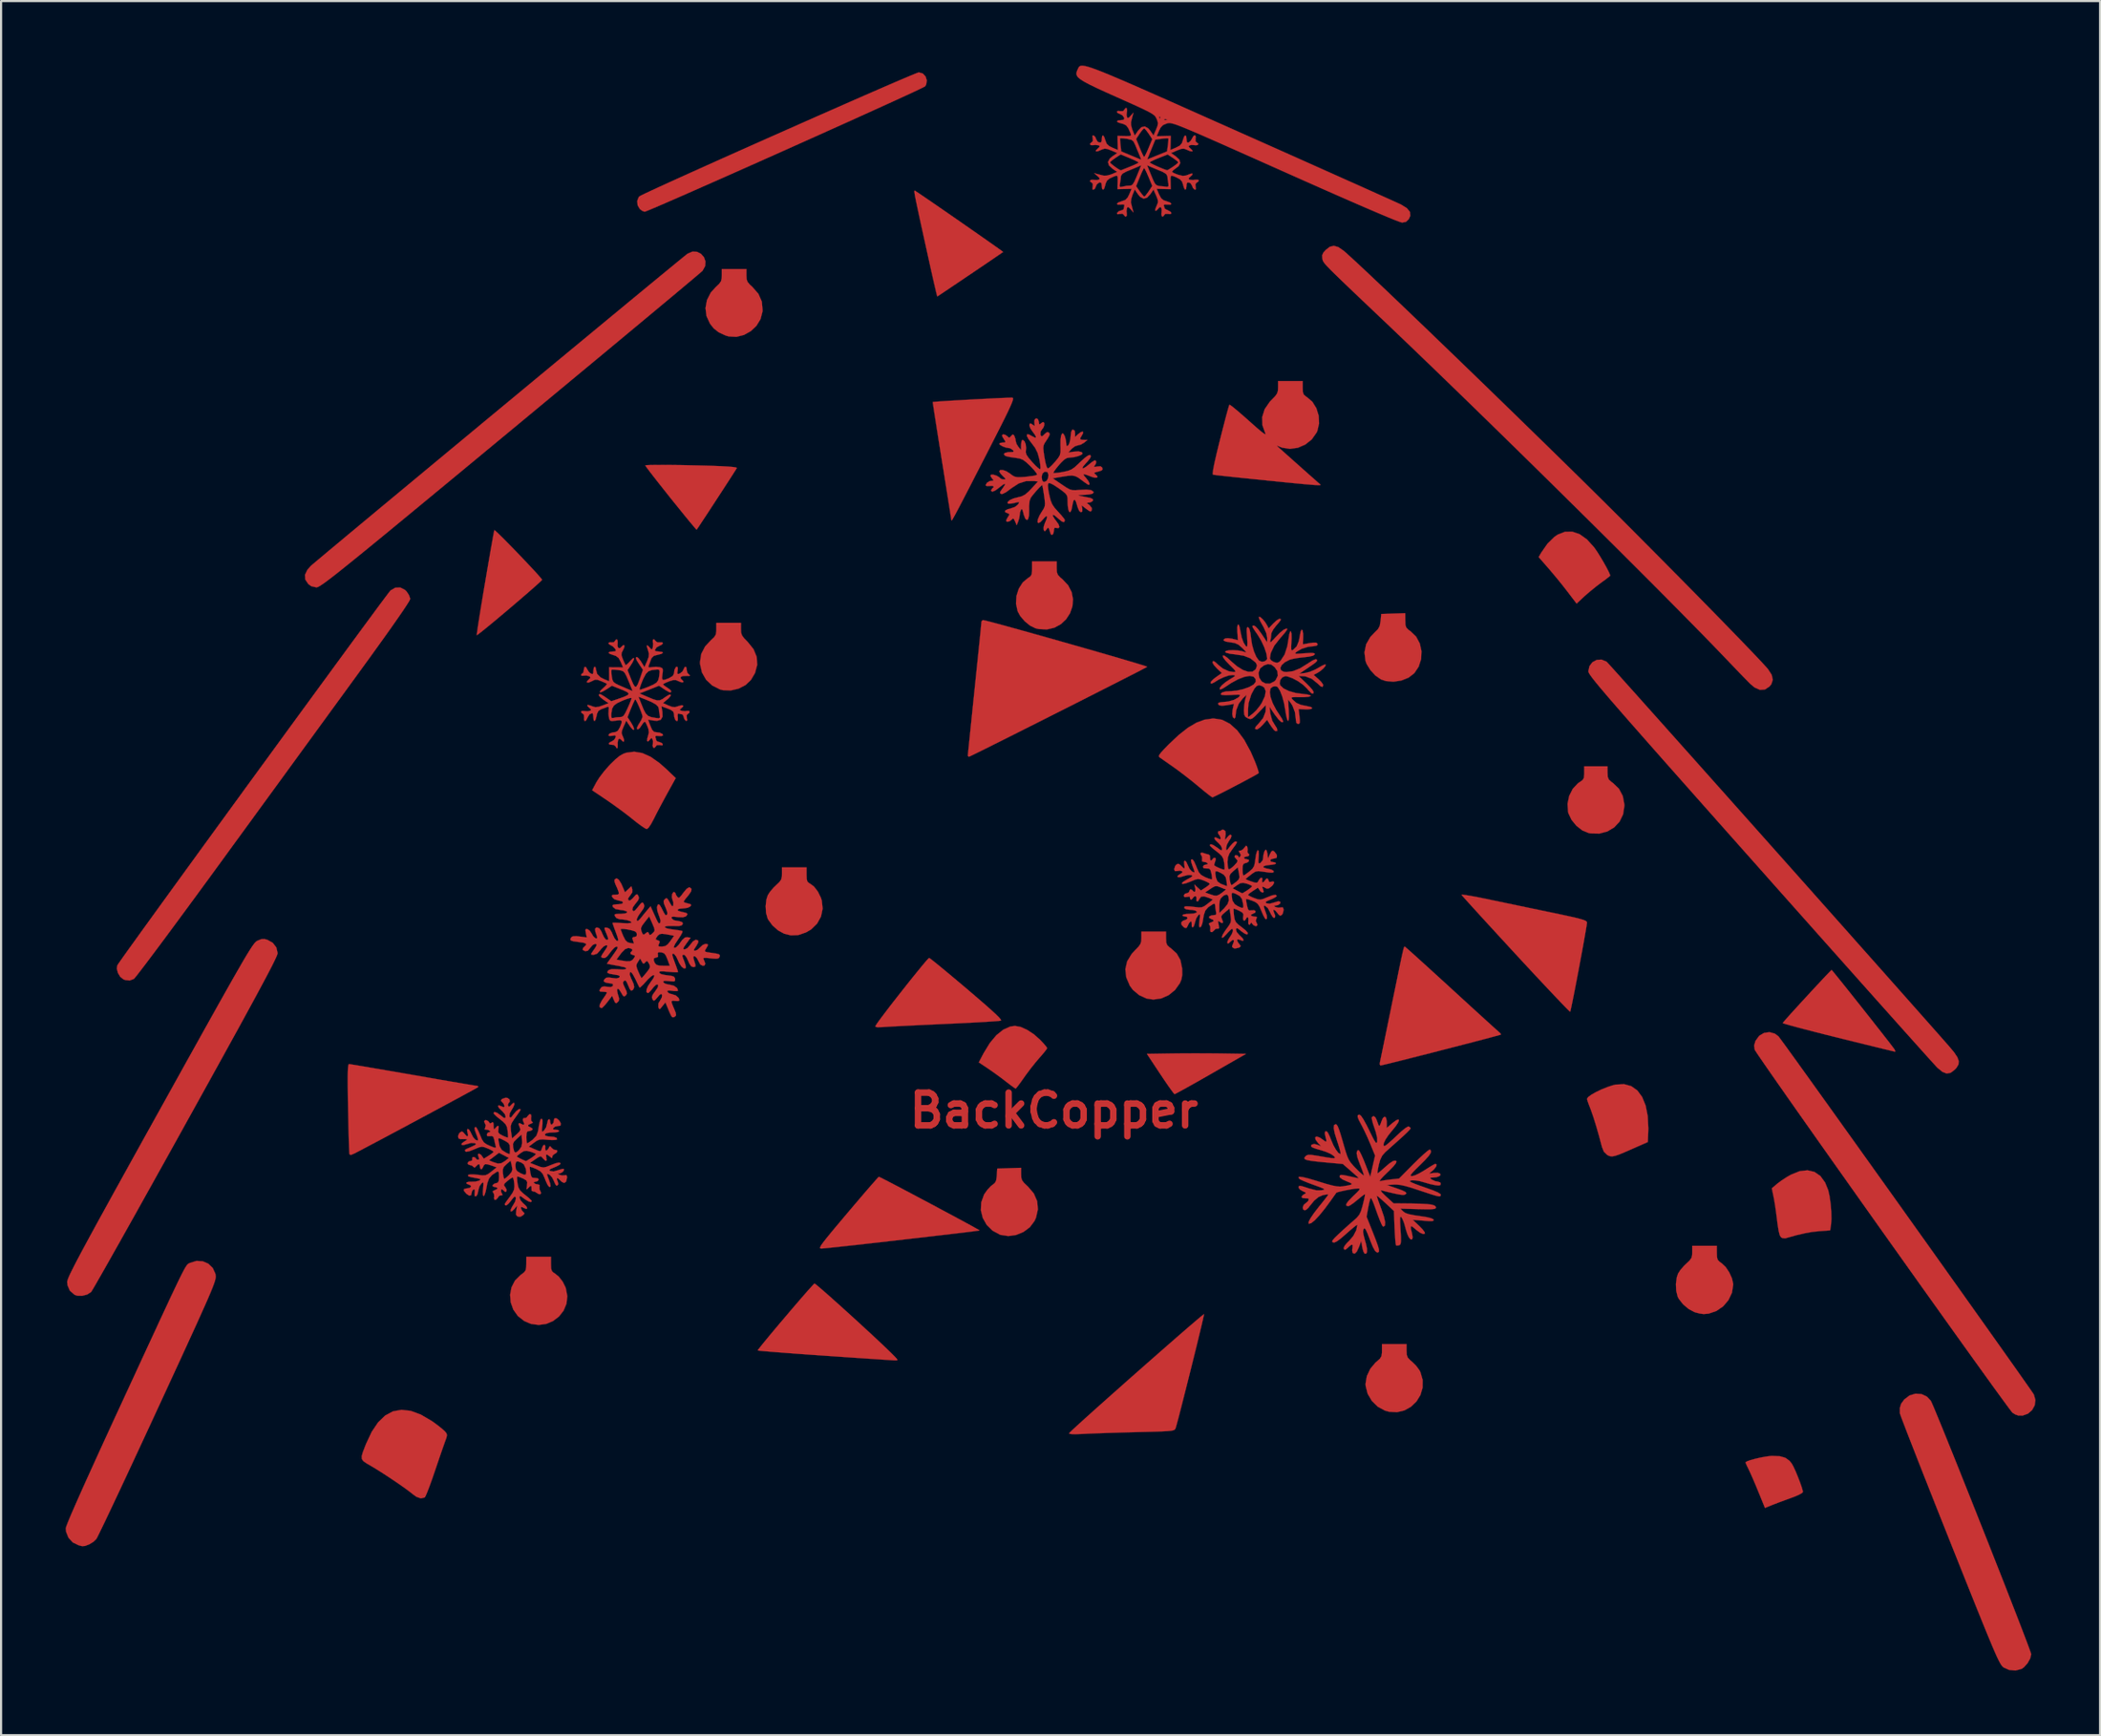
<source format=kicad_pcb>
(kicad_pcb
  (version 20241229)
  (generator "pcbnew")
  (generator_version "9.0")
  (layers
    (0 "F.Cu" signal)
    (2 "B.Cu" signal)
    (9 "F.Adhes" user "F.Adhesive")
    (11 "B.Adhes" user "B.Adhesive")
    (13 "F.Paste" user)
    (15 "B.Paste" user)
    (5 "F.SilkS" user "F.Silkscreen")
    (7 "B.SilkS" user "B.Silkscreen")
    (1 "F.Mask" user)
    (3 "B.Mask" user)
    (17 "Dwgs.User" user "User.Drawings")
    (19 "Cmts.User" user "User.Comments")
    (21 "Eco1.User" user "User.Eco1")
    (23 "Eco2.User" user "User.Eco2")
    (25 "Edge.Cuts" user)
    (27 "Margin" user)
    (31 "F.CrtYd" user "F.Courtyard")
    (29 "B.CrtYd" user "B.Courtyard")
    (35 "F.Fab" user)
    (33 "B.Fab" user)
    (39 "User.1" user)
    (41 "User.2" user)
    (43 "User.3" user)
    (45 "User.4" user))
  (footprint "BackCopper"
    (layer "F.Cu")
    (at 45.916 48.574)
    (property "Reference" "BackCopper" (at 0 0 0) (layer "F.Cu") (effects (font (size 1.524 1.524) (thickness 0.3))))
    (attr through_hole)
    (fp_poly (pts (xy 7.064 -2.659) (xy 7.585 -2.655) (xy 7.763 -2.653) (xy 8.922 -2.635) (xy 7.288 -1.699) (xy 6.874 -1.462) (xy 6.495 -1.248) (xy 6.165 -1.063) (xy 5.899 -0.916) (xy 5.711 -0.815) (xy 5.614 -0.766) (xy 5.605 -0.763) (xy 5.556 -0.814) (xy 5.45 -0.955) (xy 5.299 -1.167) (xy 5.115 -1.436) (xy 4.938 -1.7) (xy 4.319 -2.635) (xy 5.462 -2.653) (xy 5.945 -2.658) (xy 6.499 -2.66) (xy 7.064 -2.659)) (stroke (width 0.01) (type solid)) (fill yes) (layer "F.Cu"))
    (fp_poly (pts (xy -14.541 -22.38) (xy -14.533 -22.214) (xy -14.492 -22.088) (xy -14.398 -21.958) (xy -14.23 -21.786) (xy -13.958 -21.448) (xy -13.81 -21.089) (xy -13.787 -20.717) (xy -13.888 -20.34) (xy -14.078 -20.018) (xy -14.329 -19.779) (xy -14.654 -19.612) (xy -15.016 -19.529) (xy -15.377 -19.542) (xy -15.511 -19.575) (xy -15.873 -19.756) (xy -16.159 -20.025) (xy -16.353 -20.365) (xy -16.441 -20.753) (xy -16.445 -20.846) (xy -16.385 -21.228) (xy -16.204 -21.578) (xy -15.941 -21.859) (xy -15.788 -22.002) (xy -15.711 -22.125) (xy -15.686 -22.278) (xy -15.684 -22.374) (xy -15.684 -22.669) (xy -14.541 -22.669) (xy -14.541 -22.38)) (stroke (width 0.01) (type solid)) (fill yes) (layer "F.Cu"))
    (fp_poly (pts (xy -14.287 -38.822) (xy -14.278 -38.646) (xy -14.234 -38.519) (xy -14.13 -38.394) (xy -14.007 -38.281) (xy -13.73 -37.964) (xy -13.572 -37.605) (xy -13.536 -37.205) (xy -13.54 -37.144) (xy -13.632 -36.79) (xy -13.821 -36.48) (xy -14.086 -36.23) (xy -14.402 -36.054) (xy -14.749 -35.967) (xy -15.103 -35.984) (xy -15.255 -36.028) (xy -15.571 -36.174) (xy -15.805 -36.357) (xy -15.98 -36.579) (xy -16.142 -36.931) (xy -16.188 -37.303) (xy -16.121 -37.674) (xy -15.945 -38.021) (xy -15.711 -38.281) (xy -15.551 -38.433) (xy -15.467 -38.553) (xy -15.435 -38.69) (xy -15.431 -38.822) (xy -15.431 -39.116) (xy -14.287 -39.116) (xy -14.287 -38.822)) (stroke (width 0.01) (type solid)) (fill yes) (layer "F.Cu"))
    (fp_poly (pts (xy 0.127 -25.22) (xy 0.136 -25.03) (xy 0.182 -24.903) (xy 0.29 -24.785) (xy 0.388 -24.704) (xy 0.659 -24.418) (xy 0.822 -24.101) (xy 0.885 -23.768) (xy 0.858 -23.436) (xy 0.749 -23.122) (xy 0.567 -22.841) (xy 0.322 -22.61) (xy 0.022 -22.446) (xy -0.324 -22.365) (xy -0.706 -22.383) (xy -0.86 -22.42) (xy -1.11 -22.542) (xy -1.36 -22.747) (xy -1.57 -22.995) (xy -1.686 -23.209) (xy -1.762 -23.56) (xy -1.741 -23.923) (xy -1.631 -24.265) (xy -1.444 -24.555) (xy -1.202 -24.755) (xy -1.092 -24.83) (xy -1.037 -24.924) (xy -1.018 -25.078) (xy -1.016 -25.194) (xy -1.016 -25.527) (xy 0.127 -25.527) (xy 0.127 -25.22)) (stroke (width 0.01) (type solid)) (fill yes) (layer "F.Cu"))
    (fp_poly (pts (xy 5.207 -8.009) (xy 5.217 -7.813) (xy 5.261 -7.691) (xy 5.366 -7.592) (xy 5.419 -7.555) (xy 5.7 -7.303) (xy 5.875 -6.997) (xy 5.954 -6.617) (xy 5.957 -6.575) (xy 5.961 -6.303) (xy 5.923 -6.095) (xy 5.851 -5.922) (xy 5.625 -5.604) (xy 5.327 -5.363) (xy 4.982 -5.211) (xy 4.616 -5.16) (xy 4.303 -5.207) (xy 3.958 -5.366) (xy 3.669 -5.609) (xy 3.528 -5.8) (xy 3.36 -6.193) (xy 3.318 -6.572) (xy 3.402 -6.935) (xy 3.611 -7.28) (xy 3.759 -7.441) (xy 3.925 -7.612) (xy 4.017 -7.742) (xy 4.056 -7.871) (xy 4.064 -8.029) (xy 4.064 -8.319) (xy 5.207 -8.319) (xy 5.207 -8.009)) (stroke (width 0.01) (type solid)) (fill yes) (layer "F.Cu"))
    (fp_poly (pts (xy 16.322 -22.783) (xy 16.33 -22.581) (xy 16.368 -22.455) (xy 16.46 -22.357) (xy 16.567 -22.28) (xy 16.828 -22.027) (xy 16.998 -21.71) (xy 17.076 -21.354) (xy 17.059 -20.985) (xy 16.944 -20.631) (xy 16.741 -20.33) (xy 16.476 -20.125) (xy 16.142 -19.991) (xy 15.777 -19.935) (xy 15.421 -19.965) (xy 15.193 -20.043) (xy 14.936 -20.222) (xy 14.703 -20.474) (xy 14.53 -20.755) (xy 14.475 -20.901) (xy 14.428 -21.299) (xy 14.505 -21.674) (xy 14.702 -22.016) (xy 14.903 -22.227) (xy 15.058 -22.382) (xy 15.138 -22.534) (xy 15.175 -22.747) (xy 15.177 -22.76) (xy 15.208 -23.082) (xy 15.764 -23.101) (xy 16.32 -23.119) (xy 16.322 -22.783)) (stroke (width 0.01) (type solid)) (fill yes) (layer "F.Cu"))
    (fp_poly (pts (xy 24.422 -26.792) (xy 24.758 -26.554) (xy 25.084 -26.196) (xy 25.123 -26.144) (xy 25.249 -25.96) (xy 25.393 -25.729) (xy 25.54 -25.48) (xy 25.673 -25.241) (xy 25.778 -25.038) (xy 25.837 -24.902) (xy 25.845 -24.867) (xy 25.797 -24.82) (xy 25.669 -24.72) (xy 25.487 -24.585) (xy 25.432 -24.546) (xy 25.165 -24.343) (xy 24.875 -24.106) (xy 24.651 -23.91) (xy 24.282 -23.568) (xy 23.862 -24.119) (xy 23.625 -24.423) (xy 23.349 -24.764) (xy 23.08 -25.085) (xy 22.982 -25.199) (xy 22.521 -25.728) (xy 22.637 -25.929) (xy 22.93 -26.352) (xy 23.252 -26.667) (xy 23.409 -26.774) (xy 23.743 -26.904) (xy 24.082 -26.909) (xy 24.422 -26.792)) (stroke (width 0.01) (type solid)) (fill yes) (layer "F.Cu"))
    (fp_poly (pts (xy -23.368 7.133) (xy -23.36 7.338) (xy -23.327 7.457) (xy -23.253 7.531) (xy -23.208 7.557) (xy -23.007 7.718) (xy -22.822 7.958) (xy -22.685 8.233) (xy -22.68 8.249) (xy -22.609 8.626) (xy -22.648 8.98) (xy -22.782 9.3) (xy -22.994 9.571) (xy -23.268 9.781) (xy -23.588 9.917) (xy -23.937 9.966) (xy -24.301 9.916) (xy -24.608 9.785) (xy -24.908 9.549) (xy -25.118 9.251) (xy -25.238 8.914) (xy -25.266 8.562) (xy -25.201 8.217) (xy -25.04 7.904) (xy -24.782 7.646) (xy -24.758 7.629) (xy -24.615 7.52) (xy -24.543 7.418) (xy -24.517 7.273) (xy -24.513 7.128) (xy -24.511 6.795) (xy -23.368 6.795) (xy -23.368 7.133)) (stroke (width 0.01) (type solid)) (fill yes) (layer "F.Cu"))
    (fp_poly (pts (xy 16.383 11.165) (xy 16.392 11.355) (xy 16.438 11.483) (xy 16.546 11.6) (xy 16.644 11.682) (xy 16.825 11.861) (xy 16.979 12.07) (xy 17.024 12.153) (xy 17.131 12.524) (xy 17.127 12.886) (xy 17.026 13.225) (xy 16.842 13.524) (xy 16.59 13.766) (xy 16.285 13.938) (xy 15.941 14.021) (xy 15.572 14.002) (xy 15.382 13.949) (xy 15.044 13.765) (xy 14.768 13.494) (xy 14.575 13.164) (xy 14.483 12.802) (xy 14.478 12.7) (xy 14.536 12.348) (xy 14.697 12.006) (xy 14.939 11.716) (xy 14.993 11.671) (xy 15.143 11.537) (xy 15.216 11.418) (xy 15.239 11.257) (xy 15.24 11.165) (xy 15.24 10.858) (xy 16.383 10.858) (xy 16.383 11.165)) (stroke (width 0.01) (type solid)) (fill yes) (layer "F.Cu"))
    (fp_poly (pts (xy 25.72 -15.7) (xy 25.731 -15.508) (xy 25.782 -15.385) (xy 25.9 -15.277) (xy 25.971 -15.227) (xy 26.248 -14.961) (xy 26.428 -14.622) (xy 26.501 -14.23) (xy 26.502 -14.161) (xy 26.442 -13.77) (xy 26.279 -13.433) (xy 26.03 -13.163) (xy 25.711 -12.973) (xy 25.341 -12.876) (xy 24.935 -12.884) (xy 24.836 -12.903) (xy 24.546 -13.024) (xy 24.273 -13.238) (xy 24.049 -13.512) (xy 23.906 -13.811) (xy 23.887 -13.882) (xy 23.862 -14.258) (xy 23.939 -14.626) (xy 24.104 -14.955) (xy 24.345 -15.213) (xy 24.445 -15.28) (xy 24.564 -15.366) (xy 24.621 -15.468) (xy 24.637 -15.635) (xy 24.638 -15.698) (xy 24.638 -16.002) (xy 25.718 -16.002) (xy 25.72 -15.7)) (stroke (width 0.01) (type solid)) (fill yes) (layer "F.Cu"))
    (fp_poly (pts (xy -19.127 -16.618) (xy -18.74 -16.445) (xy -18.328 -16.156) (xy -18.021 -15.884) (xy -17.571 -15.455) (xy -17.956 -14.76) (xy -18.134 -14.433) (xy -18.318 -14.088) (xy -18.483 -13.771) (xy -18.582 -13.573) (xy -18.719 -13.318) (xy -18.833 -13.15) (xy -18.915 -13.085) (xy -18.921 -13.085) (xy -19.007 -13.125) (xy -19.166 -13.231) (xy -19.373 -13.384) (xy -19.558 -13.532) (xy -19.84 -13.755) (xy -20.182 -14.011) (xy -20.533 -14.264) (xy -20.776 -14.432) (xy -21.455 -14.889) (xy -21.253 -15.268) (xy -21.114 -15.487) (xy -20.916 -15.748) (xy -20.694 -16.006) (xy -20.606 -16.099) (xy -20.366 -16.332) (xy -20.176 -16.487) (xy -20.006 -16.583) (xy -19.862 -16.634) (xy -19.498 -16.68) (xy -19.127 -16.618)) (stroke (width 0.01) (type solid)) (fill yes) (layer "F.Cu"))
    (fp_poly (pts (xy 35.332 2.852) (xy 35.608 3.042) (xy 35.828 3.346) (xy 35.973 3.703) (xy 36.035 3.982) (xy 36.084 4.328) (xy 36.114 4.695) (xy 36.122 5.034) (xy 36.105 5.289) (xy 36.063 5.569) (xy 35.542 5.608) (xy 35.221 5.642) (xy 34.881 5.703) (xy 34.487 5.796) (xy 34.01 5.93) (xy 33.972 5.941) (xy 33.847 5.928) (xy 33.778 5.889) (xy 33.72 5.791) (xy 33.668 5.585) (xy 33.618 5.265) (xy 33.599 5.112) (xy 33.557 4.775) (xy 33.509 4.438) (xy 33.462 4.148) (xy 33.436 4.015) (xy 33.353 3.616) (xy 33.602 3.403) (xy 33.797 3.256) (xy 34.044 3.095) (xy 34.236 2.984) (xy 34.641 2.82) (xy 35.009 2.777) (xy 35.332 2.852)) (stroke (width 0.01) (type solid)) (fill yes) (layer "F.Cu"))
    (fp_poly (pts (xy -11.493 -10.964) (xy -11.486 -10.76) (xy -11.454 -10.644) (xy -11.384 -10.577) (xy -11.341 -10.556) (xy -11.147 -10.411) (xy -10.966 -10.176) (xy -10.826 -9.889) (xy -10.786 -9.762) (xy -10.746 -9.384) (xy -10.822 -9.019) (xy -11.004 -8.691) (xy -11.28 -8.421) (xy -11.518 -8.281) (xy -11.881 -8.157) (xy -12.226 -8.145) (xy -12.533 -8.221) (xy -12.814 -8.373) (xy -13.077 -8.606) (xy -13.275 -8.876) (xy -13.301 -8.926) (xy -13.375 -9.187) (xy -13.394 -9.502) (xy -13.359 -9.812) (xy -13.295 -10.009) (xy -13.187 -10.176) (xy -13.023 -10.366) (xy -12.914 -10.471) (xy -12.755 -10.622) (xy -12.671 -10.743) (xy -12.64 -10.881) (xy -12.636 -11.009) (xy -12.636 -11.303) (xy -11.493 -11.303) (xy -11.493 -10.964)) (stroke (width 0.01) (type solid)) (fill yes) (layer "F.Cu"))
    (fp_poly (pts (xy -1.549 -3.887) (xy -1.247 -3.752) (xy -0.935 -3.547) (xy -0.651 -3.297) (xy -0.49 -3.127) (xy -0.372 -2.988) (xy -0.318 -2.908) (xy -0.318 -2.902) (xy -0.357 -2.832) (xy -0.464 -2.695) (xy -0.615 -2.517) (xy -0.664 -2.463) (xy -0.862 -2.23) (xy -1.091 -1.942) (xy -1.31 -1.648) (xy -1.378 -1.551) (xy -1.535 -1.33) (xy -1.665 -1.154) (xy -1.752 -1.045) (xy -1.778 -1.021) (xy -1.839 -1.056) (xy -1.974 -1.153) (xy -2.157 -1.292) (xy -2.223 -1.343) (xy -2.493 -1.549) (xy -2.8 -1.771) (xy -3.063 -1.954) (xy -3.49 -2.24) (xy -3.261 -2.676) (xy -2.979 -3.138) (xy -2.674 -3.502) (xy -2.354 -3.76) (xy -2.029 -3.905) (xy -1.81 -3.935) (xy -1.549 -3.887)) (stroke (width 0.01) (type solid)) (fill yes) (layer "F.Cu"))
    (fp_poly (pts (xy -1.524 2.956) (xy -1.516 3.124) (xy -1.477 3.247) (xy -1.385 3.368) (xy -1.217 3.527) (xy -1.211 3.532) (xy -0.936 3.854) (xy -0.78 4.211) (xy -0.746 4.591) (xy -0.834 4.981) (xy -0.903 5.133) (xy -1.118 5.421) (xy -1.414 5.642) (xy -1.76 5.784) (xy -2.125 5.834) (xy -2.477 5.78) (xy -2.508 5.769) (xy -2.855 5.581) (xy -3.124 5.315) (xy -3.306 4.992) (xy -3.394 4.635) (xy -3.377 4.268) (xy -3.248 3.911) (xy -3.226 3.873) (xy -3.087 3.678) (xy -2.93 3.513) (xy -2.865 3.462) (xy -2.745 3.366) (xy -2.684 3.249) (xy -2.657 3.063) (xy -2.654 3.018) (xy -2.635 2.699) (xy -2.08 2.68) (xy -1.524 2.662) (xy -1.524 2.956)) (stroke (width 0.01) (type solid)) (fill yes) (layer "F.Cu"))
    (fp_poly (pts (xy 26.822 -1.134) (xy 27.104 -0.934) (xy 27.327 -0.633) (xy 27.489 -0.234) (xy 27.586 0.254) (xy 27.614 0.829) (xy 27.61 0.97) (xy 27.591 1.463) (xy 26.86 1.785) (xy 26.511 1.938) (xy 26.256 2.043) (xy 26.074 2.105) (xy 25.943 2.13) (xy 25.843 2.123) (xy 25.753 2.089) (xy 25.704 2.063) (xy 25.551 1.916) (xy 25.463 1.698) (xy 25.327 1.186) (xy 25.189 0.705) (xy 25.057 0.285) (xy 24.941 -0.046) (xy 24.922 -0.095) (xy 24.841 -0.303) (xy 24.785 -0.466) (xy 24.765 -0.545) (xy 24.821 -0.628) (xy 24.971 -0.738) (xy 25.188 -0.861) (xy 25.445 -0.984) (xy 25.716 -1.093) (xy 25.974 -1.177) (xy 26.102 -1.207) (xy 26.487 -1.227) (xy 26.822 -1.134)) (stroke (width 0.01) (type solid)) (fill yes) (layer "F.Cu"))
    (fp_poly (pts (xy 33.727 16.07) (xy 33.982 16.142) (xy 34.174 16.28) (xy 34.274 16.404) (xy 34.354 16.547) (xy 34.454 16.763) (xy 34.56 17.018) (xy 34.661 17.279) (xy 34.742 17.511) (xy 34.79 17.68) (xy 34.798 17.734) (xy 34.741 17.788) (xy 34.591 17.868) (xy 34.374 17.96) (xy 34.242 18.009) (xy 33.947 18.116) (xy 33.654 18.225) (xy 33.414 18.318) (xy 33.36 18.339) (xy 33.034 18.471) (xy 32.732 17.729) (xy 32.601 17.411) (xy 32.471 17.107) (xy 32.357 16.85) (xy 32.281 16.687) (xy 32.196 16.513) (xy 32.142 16.39) (xy 32.131 16.356) (xy 32.189 16.311) (xy 32.341 16.255) (xy 32.557 16.194) (xy 32.807 16.136) (xy 33.058 16.089) (xy 33.281 16.059) (xy 33.38 16.054) (xy 33.727 16.07)) (stroke (width 0.01) (type solid)) (fill yes) (layer "F.Cu"))
    (fp_poly (pts (xy 30.798 6.62) (xy 30.806 6.821) (xy 30.842 6.943) (xy 30.93 7.035) (xy 31.025 7.1) (xy 31.208 7.273) (xy 31.375 7.523) (xy 31.501 7.801) (xy 31.558 8.058) (xy 31.559 8.089) (xy 31.501 8.467) (xy 31.338 8.811) (xy 31.091 9.101) (xy 30.778 9.317) (xy 30.421 9.439) (xy 30.187 9.459) (xy 30.004 9.435) (xy 29.792 9.38) (xy 29.758 9.368) (xy 29.487 9.224) (xy 29.23 9.006) (xy 29.033 8.756) (xy 28.98 8.654) (xy 28.912 8.385) (xy 28.897 8.066) (xy 28.937 7.758) (xy 28.996 7.58) (xy 29.104 7.413) (xy 29.268 7.223) (xy 29.377 7.118) (xy 29.536 6.967) (xy 29.62 6.847) (xy 29.651 6.708) (xy 29.654 6.58) (xy 29.654 6.287) (xy 30.797 6.287) (xy 30.798 6.62)) (stroke (width 0.01) (type solid)) (fill yes) (layer "F.Cu"))
    (fp_poly (pts (xy -17.733 -30.009) (xy -17.277 -30.003) (xy -17.193 -30.001) (xy -16.501 -29.986) (xy -15.931 -29.971) (xy -15.478 -29.954) (xy -15.137 -29.935) (xy -14.902 -29.915) (xy -14.769 -29.893) (xy -14.732 -29.872) (xy -14.765 -29.816) (xy -14.857 -29.67) (xy -14.996 -29.452) (xy -15.173 -29.179) (xy -15.375 -28.867) (xy -15.592 -28.534) (xy -15.812 -28.195) (xy -16.026 -27.869) (xy -16.221 -27.571) (xy -16.387 -27.32) (xy -16.512 -27.131) (xy -16.587 -27.022) (xy -16.602 -27.002) (xy -16.644 -27.044) (xy -16.756 -27.175) (xy -16.928 -27.38) (xy -17.148 -27.649) (xy -17.408 -27.97) (xy -17.698 -28.33) (xy -17.804 -28.461) (xy -18.101 -28.835) (xy -18.372 -29.178) (xy -18.605 -29.476) (xy -18.791 -29.717) (xy -18.92 -29.889) (xy -18.982 -29.979) (xy -18.986 -29.988) (xy -18.926 -29.999) (xy -18.754 -30.007) (xy -18.487 -30.011) (xy -18.141 -30.012) (xy -17.733 -30.009)) (stroke (width 0.01) (type solid)) (fill yes) (layer "F.Cu"))
    (fp_poly (pts (xy -25.948 -26.946) (xy -25.826 -26.834) (xy -25.646 -26.658) (xy -25.423 -26.434) (xy -25.17 -26.176) (xy -24.903 -25.899) (xy -24.635 -25.619) (xy -24.38 -25.349) (xy -24.153 -25.106) (xy -23.968 -24.902) (xy -23.84 -24.755) (xy -23.783 -24.678) (xy -23.781 -24.672) (xy -23.827 -24.619) (xy -23.957 -24.498) (xy -24.157 -24.32) (xy -24.411 -24.097) (xy -24.705 -23.843) (xy -25.026 -23.568) (xy -25.358 -23.285) (xy -25.688 -23.007) (xy -26.001 -22.745) (xy -26.283 -22.512) (xy -26.519 -22.32) (xy -26.695 -22.181) (xy -26.796 -22.107) (xy -26.814 -22.098) (xy -26.811 -22.158) (xy -26.787 -22.33) (xy -26.747 -22.601) (xy -26.691 -22.956) (xy -26.622 -23.382) (xy -26.542 -23.867) (xy -26.454 -24.396) (xy -26.431 -24.527) (xy -26.34 -25.066) (xy -26.254 -25.564) (xy -26.177 -26.009) (xy -26.11 -26.386) (xy -26.057 -26.682) (xy -26.019 -26.883) (xy -26 -26.975) (xy -25.998 -26.98) (xy -25.948 -26.946)) (stroke (width 0.01) (type solid)) (fill yes) (layer "F.Cu"))
    (fp_poly (pts (xy 7.814 -18.163) (xy 8.174 -17.979) (xy 8.515 -17.671) (xy 8.837 -17.239) (xy 9.14 -16.682) (xy 9.334 -16.236) (xy 9.423 -16.003) (xy 9.486 -15.815) (xy 9.513 -15.702) (xy 9.513 -15.687) (xy 9.456 -15.648) (xy 9.306 -15.563) (xy 9.086 -15.443) (xy 8.816 -15.298) (xy 8.518 -15.141) (xy 8.213 -14.981) (xy 7.921 -14.831) (xy 7.665 -14.702) (xy 7.465 -14.604) (xy 7.368 -14.559) (xy 7.309 -14.592) (xy 7.174 -14.692) (xy 6.982 -14.846) (xy 6.753 -15.036) (xy 6.731 -15.054) (xy 6.427 -15.304) (xy 6.086 -15.572) (xy 5.758 -15.82) (xy 5.566 -15.958) (xy 5.326 -16.127) (xy 5.117 -16.273) (xy 4.965 -16.379) (xy 4.906 -16.421) (xy 4.876 -16.463) (xy 4.893 -16.53) (xy 4.97 -16.636) (xy 5.117 -16.798) (xy 5.34 -17.027) (xy 5.806 -17.466) (xy 6.229 -17.798) (xy 6.622 -18.03) (xy 6.997 -18.169) (xy 7.367 -18.223) (xy 7.433 -18.224) (xy 7.814 -18.163)) (stroke (width 0.01) (type solid)) (fill yes) (layer "F.Cu"))
    (fp_poly (pts (xy -29.879 13.962) (xy -29.413 14.134) (xy -28.91 14.429) (xy -28.818 14.493) (xy -28.606 14.651) (xy -28.42 14.801) (xy -28.299 14.911) (xy -28.291 14.919) (xy -28.22 15.009) (xy -28.199 15.091) (xy -28.226 15.213) (xy -28.278 15.355) (xy -28.334 15.511) (xy -28.422 15.762) (xy -28.532 16.082) (xy -28.656 16.446) (xy -28.775 16.796) (xy -28.899 17.156) (xy -29.015 17.475) (xy -29.114 17.732) (xy -29.189 17.909) (xy -29.232 17.985) (xy -29.233 17.985) (xy -29.412 18.028) (xy -29.625 17.952) (xy -29.782 17.837) (xy -29.968 17.69) (xy -30.235 17.496) (xy -30.557 17.272) (xy -30.906 17.038) (xy -31.254 16.812) (xy -31.575 16.612) (xy -31.74 16.514) (xy -31.95 16.391) (xy -32.087 16.293) (xy -32.155 16.194) (xy -32.16 16.066) (xy -32.109 15.883) (xy -32.007 15.617) (xy -31.958 15.494) (xy -31.695 14.932) (xy -31.399 14.494) (xy -31.07 14.177) (xy -30.707 13.983) (xy -30.311 13.912) (xy -29.879 13.962)) (stroke (width 0.01) (type solid)) (fill yes) (layer "F.Cu"))
    (fp_poly (pts (xy 36.175 -6.487) (xy 36.286 -6.352) (xy 36.454 -6.144) (xy 36.669 -5.877) (xy 36.92 -5.563) (xy 37.195 -5.216) (xy 37.486 -4.85) (xy 37.78 -4.478) (xy 38.067 -4.114) (xy 38.337 -3.77) (xy 38.579 -3.461) (xy 38.783 -3.2) (xy 38.937 -2.999) (xy 39.031 -2.874) (xy 39.044 -2.855) (xy 39.091 -2.764) (xy 39.076 -2.737) (xy 39.005 -2.753) (xy 38.823 -2.797) (xy 38.544 -2.864) (xy 38.181 -2.953) (xy 37.747 -3.06) (xy 37.256 -3.181) (xy 36.72 -3.313) (xy 36.432 -3.385) (xy 35.881 -3.522) (xy 35.371 -3.652) (xy 34.914 -3.77) (xy 34.524 -3.873) (xy 34.212 -3.958) (xy 33.992 -4.021) (xy 33.875 -4.06) (xy 33.86 -4.069) (xy 33.908 -4.129) (xy 34.026 -4.266) (xy 34.203 -4.464) (xy 34.424 -4.708) (xy 34.675 -4.983) (xy 34.943 -5.275) (xy 35.213 -5.568) (xy 35.473 -5.848) (xy 35.707 -6.099) (xy 35.903 -6.306) (xy 36.046 -6.454) (xy 36.123 -6.529) (xy 36.132 -6.535) (xy 36.175 -6.487)) (stroke (width 0.01) (type solid)) (fill yes) (layer "F.Cu"))
    (fp_poly (pts (xy -6.456 -42.757) (xy -6.453 -42.755) (xy -6.362 -42.697) (xy -6.187 -42.579) (xy -5.941 -42.411) (xy -5.637 -42.203) (xy -5.289 -41.963) (xy -4.91 -41.701) (xy -4.514 -41.427) (xy -4.115 -41.149) (xy -3.726 -40.878) (xy -3.36 -40.623) (xy -3.032 -40.392) (xy -2.754 -40.197) (xy -2.541 -40.045) (xy -2.406 -39.947) (xy -2.361 -39.912) (xy -2.429 -39.864) (xy -2.582 -39.759) (xy -2.807 -39.605) (xy -3.086 -39.415) (xy -3.404 -39.2) (xy -3.745 -38.969) (xy -4.092 -38.735) (xy -4.43 -38.507) (xy -4.743 -38.296) (xy -5.014 -38.114) (xy -5.228 -37.971) (xy -5.368 -37.878) (xy -5.419 -37.846) (xy -5.437 -37.905) (xy -5.479 -38.074) (xy -5.54 -38.336) (xy -5.618 -38.675) (xy -5.709 -39.078) (xy -5.809 -39.528) (xy -5.841 -39.672) (xy -5.995 -40.374) (xy -6.124 -40.962) (xy -6.23 -41.446) (xy -6.314 -41.836) (xy -6.379 -42.142) (xy -6.427 -42.373) (xy -6.459 -42.54) (xy -6.477 -42.653) (xy -6.484 -42.721) (xy -6.482 -42.754) (xy -6.471 -42.763) (xy -6.456 -42.757)) (stroke (width 0.01) (type solid)) (fill yes) (layer "F.Cu"))
    (fp_poly (pts (xy -5.799 -7.094) (xy -5.734 -7.051) (xy -5.585 -6.935) (xy -5.362 -6.755) (xy -5.078 -6.521) (xy -4.744 -6.243) (xy -4.371 -5.93) (xy -4.042 -5.652) (xy -3.57 -5.248) (xy -3.19 -4.919) (xy -2.896 -4.658) (xy -2.682 -4.46) (xy -2.542 -4.32) (xy -2.47 -4.23) (xy -2.459 -4.186) (xy -2.466 -4.181) (xy -2.552 -4.168) (xy -2.75 -4.152) (xy -3.045 -4.132) (xy -3.422 -4.109) (xy -3.866 -4.085) (xy -4.363 -4.06) (xy -4.889 -4.036) (xy -5.448 -4.01) (xy -5.99 -3.985) (xy -6.497 -3.961) (xy -6.949 -3.938) (xy -7.329 -3.919) (xy -7.616 -3.903) (xy -7.771 -3.893) (xy -8.039 -3.877) (xy -8.201 -3.875) (xy -8.279 -3.889) (xy -8.293 -3.924) (xy -8.279 -3.953) (xy -8.203 -4.069) (xy -8.066 -4.259) (xy -7.878 -4.509) (xy -7.653 -4.805) (xy -7.4 -5.131) (xy -7.132 -5.473) (xy -6.861 -5.817) (xy -6.597 -6.148) (xy -6.352 -6.451) (xy -6.139 -6.712) (xy -5.968 -6.916) (xy -5.85 -7.048) (xy -5.799 -7.094) (xy -5.799 -7.094)) (stroke (width 0.01) (type solid)) (fill yes) (layer "F.Cu"))
    (fp_poly (pts (xy -11.071 8.076) (xy -10.936 8.187) (xy -10.732 8.362) (xy -10.471 8.591) (xy -10.166 8.863) (xy -9.829 9.166) (xy -9.472 9.489) (xy -9.106 9.823) (xy -8.745 10.155) (xy -8.4 10.474) (xy -8.083 10.77) (xy -7.808 11.032) (xy -7.584 11.248) (xy -7.557 11.275) (xy -7.384 11.449) (xy -7.292 11.551) (xy -7.273 11.6) (xy -7.32 11.614) (xy -7.398 11.613) (xy -7.499 11.607) (xy -7.712 11.593) (xy -8.026 11.572) (xy -8.427 11.546) (xy -8.902 11.514) (xy -9.438 11.478) (xy -10.02 11.438) (xy -10.638 11.396) (xy -10.659 11.394) (xy -11.27 11.352) (xy -11.843 11.311) (xy -12.364 11.272) (xy -12.821 11.237) (xy -13.201 11.207) (xy -13.493 11.182) (xy -13.684 11.163) (xy -13.762 11.151) (xy -13.762 11.151) (xy -13.729 11.098) (xy -13.625 10.964) (xy -13.461 10.762) (xy -13.25 10.505) (xy -13.003 10.209) (xy -12.732 9.886) (xy -12.448 9.552) (xy -12.165 9.219) (xy -11.893 8.901) (xy -11.644 8.614) (xy -11.431 8.37) (xy -11.265 8.185) (xy -11.158 8.07) (xy -11.126 8.041) (xy -11.071 8.076)) (stroke (width 0.01) (type solid)) (fill yes) (layer "F.Cu"))
    (fp_poly (pts (xy -1.93 -33.137) (xy -1.906 -33.123) (xy -1.899 -33.083) (xy -1.915 -33.01) (xy -1.956 -32.894) (xy -2.028 -32.727) (xy -2.134 -32.499) (xy -2.279 -32.201) (xy -2.467 -31.825) (xy -2.702 -31.361) (xy -2.989 -30.8) (xy -3.244 -30.301) (xy -3.583 -29.641) (xy -3.868 -29.085) (xy -4.105 -28.626) (xy -4.297 -28.256) (xy -4.449 -27.966) (xy -4.565 -27.747) (xy -4.65 -27.592) (xy -4.707 -27.493) (xy -4.743 -27.441) (xy -4.76 -27.427) (xy -4.763 -27.437) (xy -4.773 -27.504) (xy -4.801 -27.682) (xy -4.845 -27.961) (xy -4.903 -28.326) (xy -4.973 -28.765) (xy -5.053 -29.265) (xy -5.14 -29.813) (xy -5.202 -30.194) (xy -5.293 -30.766) (xy -5.378 -31.298) (xy -5.453 -31.777) (xy -5.518 -32.19) (xy -5.57 -32.524) (xy -5.607 -32.767) (xy -5.627 -32.907) (xy -5.63 -32.935) (xy -5.564 -32.944) (xy -5.39 -32.958) (xy -5.128 -32.976) (xy -4.798 -32.997) (xy -4.418 -33.019) (xy -4.008 -33.043) (xy -3.587 -33.066) (xy -3.176 -33.087) (xy -2.793 -33.106) (xy -2.457 -33.122) (xy -2.188 -33.133) (xy -2.005 -33.138) (xy -1.93 -33.137)) (stroke (width 0.01) (type solid)) (fill yes) (layer "F.Cu"))
    (fp_poly (pts (xy -32.673 -2.148) (xy -32.483 -2.118) (xy -32.194 -2.07) (xy -31.818 -2.006) (xy -31.368 -1.929) (xy -30.856 -1.841) (xy -30.296 -1.744) (xy -29.762 -1.651) (xy -29.169 -1.548) (xy -28.614 -1.451) (xy -28.108 -1.364) (xy -27.666 -1.289) (xy -27.3 -1.227) (xy -27.021 -1.18) (xy -26.844 -1.152) (xy -26.781 -1.143) (xy -26.745 -1.115) (xy -26.768 -1.083) (xy -26.831 -1.046) (xy -26.993 -0.955) (xy -27.242 -0.819) (xy -27.565 -0.643) (xy -27.949 -0.436) (xy -28.381 -0.202) (xy -28.85 0.05) (xy -29.341 0.314) (xy -29.842 0.582) (xy -30.341 0.849) (xy -30.825 1.108) (xy -31.28 1.351) (xy -31.696 1.571) (xy -32.057 1.762) (xy -32.353 1.918) (xy -32.504 1.996) (xy -32.646 2.057) (xy -32.714 2.048) (xy -32.73 2.018) (xy -32.737 1.937) (xy -32.746 1.744) (xy -32.756 1.456) (xy -32.766 1.089) (xy -32.777 0.657) (xy -32.787 0.177) (xy -32.793 -0.111) (xy -32.803 -0.696) (xy -32.808 -1.164) (xy -32.809 -1.528) (xy -32.805 -1.797) (xy -32.797 -1.984) (xy -32.783 -2.098) (xy -32.763 -2.152) (xy -32.75 -2.159) (xy -32.673 -2.148)) (stroke (width 0.01) (type solid)) (fill yes) (layer "F.Cu"))
    (fp_poly (pts (xy -8.07 3.108) (xy -7.909 3.189) (xy -7.666 3.314) (xy -7.355 3.476) (xy -6.99 3.668) (xy -6.585 3.882) (xy -6.155 4.11) (xy -5.713 4.345) (xy -5.274 4.58) (xy -4.851 4.806) (xy -4.46 5.017) (xy -4.113 5.204) (xy -3.826 5.361) (xy -3.612 5.48) (xy -3.485 5.553) (xy -3.456 5.573) (xy -3.521 5.584) (xy -3.7 5.608) (xy -3.977 5.643) (xy -4.339 5.687) (xy -4.774 5.738) (xy -5.267 5.796) (xy -5.804 5.859) (xy -6.373 5.925) (xy -6.959 5.992) (xy -7.55 6.06) (xy -8.13 6.126) (xy -8.688 6.188) (xy -9.208 6.247) (xy -9.678 6.298) (xy -10.085 6.343) (xy -10.414 6.377) (xy -10.651 6.401) (xy -10.784 6.413) (xy -10.803 6.413) (xy -10.847 6.408) (xy -10.867 6.385) (xy -10.856 6.336) (xy -10.807 6.25) (xy -10.713 6.119) (xy -10.567 5.933) (xy -10.363 5.682) (xy -10.093 5.358) (xy -9.751 4.951) (xy -9.579 4.747) (xy -9.247 4.355) (xy -8.941 3.996) (xy -8.671 3.681) (xy -8.445 3.421) (xy -8.274 3.227) (xy -8.167 3.11) (xy -8.134 3.08) (xy -8.07 3.108)) (stroke (width 0.01) (type solid)) (fill yes) (layer "F.Cu"))
    (fp_poly (pts (xy 19.147 -10.014) (xy 19.391 -9.973) (xy 19.703 -9.915) (xy 20.064 -9.842) (xy 20.079 -9.839) (xy 20.471 -9.756) (xy 20.955 -9.655) (xy 21.497 -9.542) (xy 22.064 -9.423) (xy 22.625 -9.306) (xy 23.003 -9.227) (xy 23.519 -9.119) (xy 23.925 -9.032) (xy 24.232 -8.962) (xy 24.454 -8.906) (xy 24.605 -8.861) (xy 24.698 -8.821) (xy 24.747 -8.784) (xy 24.763 -8.746) (xy 24.764 -8.732) (xy 24.752 -8.634) (xy 24.72 -8.434) (xy 24.671 -8.15) (xy 24.609 -7.799) (xy 24.536 -7.4) (xy 24.456 -6.971) (xy 24.373 -6.529) (xy 24.29 -6.093) (xy 24.211 -5.68) (xy 24.138 -5.309) (xy 24.075 -4.997) (xy 24.026 -4.764) (xy 23.994 -4.625) (xy 23.984 -4.596) (xy 23.936 -4.635) (xy 23.81 -4.759) (xy 23.613 -4.961) (xy 23.354 -5.233) (xy 23.039 -5.565) (xy 22.677 -5.951) (xy 22.275 -6.381) (xy 21.841 -6.849) (xy 21.452 -7.269) (xy 20.997 -7.764) (xy 20.567 -8.231) (xy 20.171 -8.663) (xy 19.817 -9.05) (xy 19.512 -9.385) (xy 19.264 -9.659) (xy 19.08 -9.863) (xy 18.968 -9.99) (xy 18.936 -10.03) (xy 18.989 -10.034) (xy 19.147 -10.014)) (stroke (width 0.01) (type solid)) (fill yes) (layer "F.Cu"))
    (fp_poly (pts (xy 6.961 9.534) (xy 6.922 9.71) (xy 6.86 9.978) (xy 6.777 10.322) (xy 6.679 10.727) (xy 6.568 11.178) (xy 6.449 11.659) (xy 6.326 12.154) (xy 6.202 12.648) (xy 6.081 13.126) (xy 5.968 13.571) (xy 5.866 13.969) (xy 5.779 14.304) (xy 5.71 14.561) (xy 5.665 14.723) (xy 5.65 14.767) (xy 5.631 14.808) (xy 5.599 14.84) (xy 5.539 14.865) (xy 5.437 14.885) (xy 5.279 14.9) (xy 5.05 14.912) (xy 4.735 14.924) (xy 4.32 14.935) (xy 3.863 14.946) (xy 3.359 14.959) (xy 2.854 14.974) (xy 2.376 14.989) (xy 1.95 15.004) (xy 1.604 15.018) (xy 1.405 15.028) (xy 1.06 15.042) (xy 0.835 15.041) (xy 0.722 15.023) (xy 0.706 15) (xy 0.757 14.944) (xy 0.893 14.815) (xy 1.105 14.62) (xy 1.382 14.368) (xy 1.715 14.068) (xy 2.096 13.727) (xy 2.513 13.355) (xy 2.958 12.96) (xy 3.42 12.549) (xy 3.892 12.133) (xy 4.362 11.718) (xy 4.822 11.314) (xy 5.261 10.929) (xy 5.671 10.571) (xy 6.041 10.249) (xy 6.363 9.971) (xy 6.627 9.745) (xy 6.822 9.581) (xy 6.94 9.486) (xy 6.972 9.466) (xy 6.961 9.534)) (stroke (width 0.01) (type solid)) (fill yes) (layer "F.Cu"))
    (fp_poly (pts (xy 16.308 -7.611) (xy 16.314 -7.609) (xy 16.37 -7.563) (xy 16.511 -7.44) (xy 16.725 -7.248) (xy 17.005 -6.995) (xy 17.339 -6.692) (xy 17.72 -6.345) (xy 18.137 -5.965) (xy 18.513 -5.62) (xy 18.954 -5.216) (xy 19.367 -4.838) (xy 19.743 -4.495) (xy 20.072 -4.195) (xy 20.344 -3.948) (xy 20.551 -3.761) (xy 20.681 -3.645) (xy 20.725 -3.607) (xy 20.768 -3.547) (xy 20.761 -3.531) (xy 20.696 -3.51) (xy 20.522 -3.462) (xy 20.256 -3.39) (xy 19.911 -3.299) (xy 19.504 -3.192) (xy 19.049 -3.074) (xy 18.561 -2.948) (xy 18.055 -2.818) (xy 17.547 -2.687) (xy 17.051 -2.561) (xy 16.582 -2.442) (xy 16.156 -2.334) (xy 15.788 -2.242) (xy 15.492 -2.169) (xy 15.284 -2.119) (xy 15.178 -2.097) (xy 15.17 -2.095) (xy 15.136 -2.147) (xy 15.144 -2.238) (xy 15.164 -2.331) (xy 15.206 -2.533) (xy 15.268 -2.831) (xy 15.346 -3.211) (xy 15.438 -3.659) (xy 15.541 -4.16) (xy 15.652 -4.7) (xy 15.684 -4.858) (xy 15.82 -5.519) (xy 15.932 -6.066) (xy 16.023 -6.51) (xy 16.096 -6.861) (xy 16.153 -7.13) (xy 16.197 -7.328) (xy 16.229 -7.466) (xy 16.252 -7.553) (xy 16.27 -7.6) (xy 16.283 -7.619) (xy 16.295 -7.619) (xy 16.308 -7.611)) (stroke (width 0.01) (type solid)) (fill yes) (layer "F.Cu"))
    (fp_poly (pts (xy -6.092 -48.206) (xy -5.964 -48.068) (xy -5.906 -47.884) (xy -5.937 -47.692) (xy -5.985 -47.612) (xy -6.052 -47.574) (xy -6.225 -47.489) (xy -6.497 -47.361) (xy -6.858 -47.193) (xy -7.299 -46.99) (xy -7.811 -46.757) (xy -8.385 -46.496) (xy -9.012 -46.212) (xy -9.682 -45.909) (xy -10.387 -45.592) (xy -11.118 -45.263) (xy -11.866 -44.928) (xy -12.621 -44.59) (xy -13.374 -44.253) (xy -14.118 -43.922) (xy -14.841 -43.6) (xy -15.536 -43.292) (xy -16.194 -43.001) (xy -16.805 -42.731) (xy -17.36 -42.487) (xy -17.85 -42.273) (xy -18.267 -42.092) (xy -18.601 -41.949) (xy -18.842 -41.848) (xy -18.983 -41.793) (xy -19.016 -41.783) (xy -19.13 -41.825) (xy -19.241 -41.91) (xy -19.342 -42.083) (xy -19.36 -42.283) (xy -19.293 -42.457) (xy -19.256 -42.496) (xy -19.179 -42.539) (xy -18.995 -42.629) (xy -18.713 -42.761) (xy -18.343 -42.932) (xy -17.893 -43.138) (xy -17.374 -43.374) (xy -16.793 -43.636) (xy -16.16 -43.921) (xy -15.485 -44.224) (xy -14.776 -44.541) (xy -14.042 -44.868) (xy -13.293 -45.202) (xy -12.537 -45.537) (xy -11.785 -45.871) (xy -11.044 -46.199) (xy -10.324 -46.516) (xy -9.634 -46.82) (xy -8.983 -47.106) (xy -8.381 -47.369) (xy -7.836 -47.606) (xy -7.358 -47.813) (xy -6.955 -47.985) (xy -6.637 -48.119) (xy -6.413 -48.211) (xy -6.292 -48.256) (xy -6.275 -48.26) (xy -6.092 -48.206)) (stroke (width 0.01) (type solid)) (fill yes) (layer "F.Cu"))
    (fp_poly (pts (xy -3.203 -22.78) (xy -3.012 -22.732) (xy -2.727 -22.657) (xy -2.361 -22.558) (xy -1.926 -22.438) (xy -1.435 -22.302) (xy -0.901 -22.152) (xy -0.336 -21.993) (xy 0.247 -21.828) (xy 0.837 -21.66) (xy 1.419 -21.494) (xy 1.983 -21.332) (xy 2.514 -21.178) (xy 3.001 -21.037) (xy 3.431 -20.91) (xy 3.791 -20.803) (xy 4.07 -20.718) (xy 4.253 -20.659) (xy 4.33 -20.63) (xy 4.331 -20.628) (xy 4.267 -20.591) (xy 4.1 -20.504) (xy 3.843 -20.37) (xy 3.504 -20.197) (xy 3.097 -19.989) (xy 2.631 -19.752) (xy 2.117 -19.491) (xy 1.567 -19.212) (xy 0.991 -18.92) (xy 0.401 -18.622) (xy -0.194 -18.322) (xy -0.781 -18.025) (xy -1.351 -17.739) (xy -1.891 -17.467) (xy -2.392 -17.216) (xy -2.842 -16.991) (xy -3.23 -16.797) (xy -3.546 -16.641) (xy -3.778 -16.527) (xy -3.916 -16.461) (xy -3.951 -16.447) (xy -4 -16.491) (xy -4 -16.494) (xy -3.994 -16.565) (xy -3.976 -16.75) (xy -3.947 -17.036) (xy -3.909 -17.411) (xy -3.862 -17.864) (xy -3.809 -18.38) (xy -3.751 -18.949) (xy -3.688 -19.557) (xy -3.683 -19.606) (xy -3.62 -20.217) (xy -3.561 -20.79) (xy -3.507 -21.313) (xy -3.46 -21.772) (xy -3.421 -22.157) (xy -3.392 -22.453) (xy -3.373 -22.649) (xy -3.366 -22.732) (xy -3.365 -22.733) (xy -3.316 -22.792) (xy -3.288 -22.797) (xy -3.203 -22.78)) (stroke (width 0.01) (type solid)) (fill yes) (layer "F.Cu"))
    (fp_poly (pts (xy 40.307 13.18) (xy 40.558 13.298) (xy 40.736 13.485) (xy 40.78 13.576) (xy 40.866 13.773) (xy 40.989 14.068) (xy 41.146 14.45) (xy 41.334 14.909) (xy 41.547 15.436) (xy 41.783 16.021) (xy 42.036 16.654) (xy 42.304 17.325) (xy 42.583 18.024) (xy 42.868 18.742) (xy 43.156 19.468) (xy 43.443 20.194) (xy 43.724 20.908) (xy 43.997 21.601) (xy 44.257 22.263) (xy 44.499 22.885) (xy 44.722 23.457) (xy 44.919 23.968) (xy 45.088 24.409) (xy 45.225 24.77) (xy 45.325 25.042) (xy 45.386 25.214) (xy 45.403 25.274) (xy 45.354 25.474) (xy 45.232 25.692) (xy 45.068 25.876) (xy 44.956 25.954) (xy 44.677 26.029) (xy 44.378 26.002) (xy 44.126 25.89) (xy 44.089 25.861) (xy 44.049 25.82) (xy 44.005 25.759) (xy 43.953 25.673) (xy 43.891 25.553) (xy 43.814 25.394) (xy 43.721 25.187) (xy 43.608 24.926) (xy 43.473 24.603) (xy 43.311 24.212) (xy 43.122 23.746) (xy 42.9 23.197) (xy 42.644 22.559) (xy 42.35 21.825) (xy 42.015 20.986) (xy 41.637 20.038) (xy 41.612 19.975) (xy 41.287 19.158) (xy 40.975 18.372) (xy 40.68 17.627) (xy 40.405 16.93) (xy 40.153 16.289) (xy 39.928 15.713) (xy 39.732 15.211) (xy 39.569 14.789) (xy 39.442 14.457) (xy 39.354 14.222) (xy 39.309 14.093) (xy 39.303 14.072) (xy 39.302 13.819) (xy 39.361 13.629) (xy 39.496 13.444) (xy 39.513 13.425) (xy 39.754 13.242) (xy 40.029 13.161) (xy 40.307 13.18)) (stroke (width 0.01) (type solid)) (fill yes) (layer "F.Cu"))
    (fp_poly (pts (xy -39.548 7.007) (xy -39.287 7.12) (xy -39.083 7.316) (xy -38.961 7.582) (xy -38.945 7.667) (xy -38.942 7.716) (xy -38.946 7.775) (xy -38.961 7.85) (xy -38.989 7.95) (xy -39.034 8.08) (xy -39.098 8.248) (xy -39.185 8.46) (xy -39.297 8.723) (xy -39.438 9.044) (xy -39.611 9.43) (xy -39.817 9.888) (xy -40.062 10.424) (xy -40.346 11.046) (xy -40.674 11.76) (xy -41.049 12.573) (xy -41.473 13.493) (xy -41.627 13.826) (xy -42.005 14.645) (xy -42.371 15.434) (xy -42.72 16.185) (xy -43.048 16.891) (xy -43.353 17.542) (xy -43.63 18.132) (xy -43.876 18.652) (xy -44.086 19.094) (xy -44.257 19.45) (xy -44.385 19.713) (xy -44.466 19.873) (xy -44.494 19.92) (xy -44.632 20.051) (xy -44.821 20.165) (xy -45.014 20.239) (xy -45.148 20.249) (xy -45.229 20.229) (xy -45.305 20.21) (xy -45.578 20.08) (xy -45.782 19.86) (xy -45.895 19.579) (xy -45.91 19.423) (xy -45.883 19.325) (xy -45.801 19.113) (xy -45.665 18.787) (xy -45.475 18.349) (xy -45.231 17.798) (xy -44.934 17.136) (xy -44.583 16.362) (xy -44.18 15.479) (xy -43.724 14.485) (xy -43.298 13.562) (xy -42.839 12.569) (xy -42.431 11.684) (xy -42.07 10.902) (xy -41.752 10.216) (xy -41.476 9.619) (xy -41.237 9.106) (xy -41.033 8.669) (xy -40.86 8.303) (xy -40.716 8.001) (xy -40.597 7.756) (xy -40.5 7.563) (xy -40.422 7.414) (xy -40.36 7.303) (xy -40.31 7.225) (xy -40.27 7.172) (xy -40.237 7.138) (xy -40.207 7.116) (xy -40.177 7.101) (xy -40.144 7.086) (xy -40.135 7.082) (xy -39.839 6.99) (xy -39.548 7.007)) (stroke (width 0.01) (type solid)) (fill yes) (layer "F.Cu"))
    (fp_poly (pts (xy -30.151 -24.203) (xy -30.073 -24.125) (xy -29.966 -23.962) (xy -29.911 -23.807) (xy -29.909 -23.781) (xy -29.946 -23.697) (xy -30.059 -23.515) (xy -30.243 -23.236) (xy -30.498 -22.866) (xy -30.82 -22.406) (xy -31.209 -21.86) (xy -31.661 -21.231) (xy -32.175 -20.521) (xy -32.375 -20.246) (xy -32.781 -19.688) (xy -33.252 -19.041) (xy -33.778 -18.319) (xy -34.348 -17.536) (xy -34.953 -16.705) (xy -35.582 -15.841) (xy -36.225 -14.958) (xy -36.873 -14.069) (xy -37.514 -13.188) (xy -38.14 -12.33) (xy -38.723 -11.528) (xy -39.258 -10.795) (xy -39.773 -10.091) (xy -40.265 -9.421) (xy -40.727 -8.794) (xy -41.154 -8.215) (xy -41.542 -7.693) (xy -41.886 -7.233) (xy -42.179 -6.843) (xy -42.418 -6.529) (xy -42.596 -6.299) (xy -42.71 -6.159) (xy -42.75 -6.117) (xy -42.944 -6.046) (xy -43.141 -6.067) (xy -43.228 -6.098) (xy -43.377 -6.214) (xy -43.488 -6.398) (xy -43.538 -6.6) (xy -43.515 -6.75) (xy -43.469 -6.821) (xy -43.352 -6.989) (xy -43.17 -7.246) (xy -42.927 -7.585) (xy -42.628 -8.001) (xy -42.278 -8.487) (xy -41.881 -9.036) (xy -41.443 -9.642) (xy -40.968 -10.298) (xy -40.461 -10.997) (xy -39.927 -11.733) (xy -39.37 -12.5) (xy -38.795 -13.291) (xy -38.207 -14.099) (xy -37.611 -14.919) (xy -37.011 -15.742) (xy -36.412 -16.563) (xy -35.82 -17.376) (xy -35.238 -18.173) (xy -34.672 -18.948) (xy -34.126 -19.695) (xy -33.605 -20.407) (xy -33.114 -21.078) (xy -32.658 -21.701) (xy -32.241 -22.269) (xy -31.868 -22.775) (xy -31.544 -23.215) (xy -31.274 -23.58) (xy -31.062 -23.864) (xy -30.913 -24.061) (xy -30.832 -24.164) (xy -30.82 -24.178) (xy -30.6 -24.305) (xy -30.368 -24.313) (xy -30.151 -24.203)) (stroke (width 0.01) (type solid)) (fill yes) (layer "F.Cu"))
    (fp_poly (pts (xy 33.493 -3.575) (xy 33.659 -3.451) (xy 33.711 -3.383) (xy 33.832 -3.219) (xy 34.018 -2.965) (xy 34.262 -2.627) (xy 34.56 -2.213) (xy 34.908 -1.729) (xy 35.3 -1.182) (xy 35.732 -0.579) (xy 36.199 0.073) (xy 36.695 0.768) (xy 37.217 1.498) (xy 37.76 2.258) (xy 38.318 3.04) (xy 38.887 3.837) (xy 39.462 4.644) (xy 40.037 5.452) (xy 40.61 6.255) (xy 41.173 7.047) (xy 41.723 7.82) (xy 42.255 8.568) (xy 42.764 9.285) (xy 43.245 9.962) (xy 43.694 10.595) (xy 44.104 11.174) (xy 44.473 11.695) (xy 44.794 12.15) (xy 45.063 12.533) (xy 45.276 12.836) (xy 45.427 13.053) (xy 45.511 13.178) (xy 45.527 13.203) (xy 45.599 13.456) (xy 45.565 13.705) (xy 45.443 13.925) (xy 45.251 14.091) (xy 45.008 14.178) (xy 44.799 14.176) (xy 44.652 14.12) (xy 44.536 14.047) (xy 44.48 13.98) (xy 44.356 13.816) (xy 44.169 13.562) (xy 43.922 13.224) (xy 43.622 12.81) (xy 43.273 12.326) (xy 42.879 11.778) (xy 42.446 11.174) (xy 41.978 10.521) (xy 41.48 9.824) (xy 40.957 9.09) (xy 40.413 8.328) (xy 39.854 7.542) (xy 39.284 6.74) (xy 38.707 5.929) (xy 38.13 5.115) (xy 37.556 4.305) (xy 36.99 3.506) (xy 36.437 2.725) (xy 35.902 1.968) (xy 35.389 1.241) (xy 34.904 0.553) (xy 34.451 -0.091) (xy 34.035 -0.684) (xy 33.661 -1.219) (xy 33.333 -1.689) (xy 33.056 -2.088) (xy 32.836 -2.408) (xy 32.676 -2.644) (xy 32.582 -2.788) (xy 32.557 -2.832) (xy 32.531 -3.021) (xy 32.588 -3.219) (xy 32.602 -3.251) (xy 32.769 -3.476) (xy 32.993 -3.609) (xy 33.245 -3.644) (xy 33.493 -3.575)) (stroke (width 0.01) (type solid)) (fill yes) (layer "F.Cu"))
    (fp_poly (pts (xy -36.546 -7.938) (xy -36.295 -7.798) (xy -36.129 -7.584) (xy -36.068 -7.322) (xy -36.068 -7.318) (xy -36.08 -7.264) (xy -36.118 -7.167) (xy -36.184 -7.022) (xy -36.28 -6.824) (xy -36.41 -6.569) (xy -36.576 -6.252) (xy -36.78 -5.868) (xy -37.025 -5.412) (xy -37.313 -4.881) (xy -37.647 -4.268) (xy -38.03 -3.57) (xy -38.464 -2.782) (xy -38.951 -1.899) (xy -39.495 -0.916) (xy -40.097 0.171) (xy -40.332 0.595) (xy -40.841 1.513) (xy -41.335 2.402) (xy -41.81 3.255) (xy -42.262 4.066) (xy -42.688 4.829) (xy -43.084 5.536) (xy -43.446 6.182) (xy -43.772 6.76) (xy -44.056 7.263) (xy -44.296 7.685) (xy -44.488 8.02) (xy -44.627 8.26) (xy -44.712 8.4) (xy -44.735 8.434) (xy -44.914 8.55) (xy -45.146 8.612) (xy -45.376 8.608) (xy -45.498 8.566) (xy -45.719 8.374) (xy -45.83 8.118) (xy -45.844 7.969) (xy -45.837 7.921) (xy -45.815 7.849) (xy -45.775 7.747) (xy -45.714 7.61) (xy -45.628 7.434) (xy -45.516 7.211) (xy -45.375 6.938) (xy -45.2 6.609) (xy -44.99 6.218) (xy -44.742 5.76) (xy -44.453 5.23) (xy -44.119 4.623) (xy -43.739 3.932) (xy -43.309 3.154) (xy -42.826 2.281) (xy -42.288 1.31) (xy -41.691 0.235) (xy -41.543 -0.032) (xy -40.941 -1.116) (xy -40.398 -2.095) (xy -39.909 -2.973) (xy -39.473 -3.757) (xy -39.085 -4.452) (xy -38.743 -5.063) (xy -38.443 -5.596) (xy -38.183 -6.056) (xy -37.959 -6.449) (xy -37.768 -6.781) (xy -37.607 -7.056) (xy -37.473 -7.28) (xy -37.362 -7.459) (xy -37.271 -7.599) (xy -37.198 -7.704) (xy -37.139 -7.78) (xy -37.09 -7.833) (xy -37.049 -7.868) (xy -37.013 -7.891) (xy -37.005 -7.895) (xy -36.824 -7.967) (xy -36.673 -7.972) (xy -36.546 -7.938)) (stroke (width 0.01) (type solid)) (fill yes) (layer "F.Cu"))
    (fp_poly (pts (xy 11.557 -33.595) (xy 11.566 -33.399) (xy 11.606 -33.283) (xy 11.698 -33.199) (xy 11.749 -33.168) (xy 12.007 -32.946) (xy 12.193 -32.646) (xy 12.3 -32.3) (xy 12.317 -31.938) (xy 12.238 -31.594) (xy 12.201 -31.513) (xy 11.976 -31.197) (xy 11.678 -30.96) (xy 11.334 -30.81) (xy 10.967 -30.758) (xy 10.604 -30.813) (xy 10.446 -30.877) (xy 10.361 -30.914) (xy 10.379 -30.882) (xy 10.414 -30.848) (xy 10.487 -30.781) (xy 10.634 -30.649) (xy 10.836 -30.468) (xy 11.078 -30.253) (xy 11.34 -30.019) (xy 11.606 -29.783) (xy 11.858 -29.559) (xy 12.078 -29.364) (xy 12.249 -29.213) (xy 12.354 -29.122) (xy 12.377 -29.102) (xy 12.388 -29.085) (xy 12.36 -29.075) (xy 12.281 -29.073) (xy 12.142 -29.079) (xy 11.932 -29.094) (xy 11.641 -29.119) (xy 11.259 -29.155) (xy 10.776 -29.202) (xy 10.18 -29.262) (xy 9.906 -29.289) (xy 9.361 -29.345) (xy 8.854 -29.397) (xy 8.4 -29.444) (xy 8.013 -29.486) (xy 7.707 -29.519) (xy 7.496 -29.544) (xy 7.394 -29.558) (xy 7.388 -29.559) (xy 7.377 -29.623) (xy 7.399 -29.798) (xy 7.456 -30.088) (xy 7.548 -30.494) (xy 7.675 -31.018) (xy 7.715 -31.178) (xy 7.824 -31.61) (xy 7.925 -32) (xy 8.012 -32.332) (xy 8.083 -32.589) (xy 8.131 -32.754) (xy 8.152 -32.811) (xy 8.208 -32.782) (xy 8.342 -32.68) (xy 8.539 -32.517) (xy 8.783 -32.306) (xy 9.055 -32.065) (xy 9.382 -31.774) (xy 9.62 -31.572) (xy 9.77 -31.46) (xy 9.832 -31.436) (xy 9.824 -31.471) (xy 9.687 -31.857) (xy 9.676 -32.236) (xy 9.789 -32.601) (xy 10.025 -32.944) (xy 10.109 -33.032) (xy 10.275 -33.203) (xy 10.367 -33.332) (xy 10.406 -33.461) (xy 10.414 -33.619) (xy 10.414 -33.909) (xy 11.557 -33.909) (xy 11.557 -33.595)) (stroke (width 0.01) (type solid)) (fill yes) (layer "F.Cu"))
    (fp_poly (pts (xy -16.583 -39.918) (xy -16.399 -39.825) (xy -16.262 -39.67) (xy -16.191 -39.474) (xy -16.204 -39.259) (xy -16.32 -39.047) (xy -16.335 -39.029) (xy -16.399 -38.973) (xy -16.555 -38.839) (xy -16.799 -38.634) (xy -17.126 -38.359) (xy -17.53 -38.02) (xy -18.008 -37.621) (xy -18.553 -37.167) (xy -19.162 -36.66) (xy -19.828 -36.105) (xy -20.547 -35.507) (xy -21.314 -34.87) (xy -22.124 -34.198) (xy -22.972 -33.494) (xy -23.852 -32.764) (xy -24.761 -32.01) (xy -25.261 -31.596) (xy -26.355 -30.69) (xy -27.356 -29.861) (xy -28.267 -29.107) (xy -29.094 -28.424) (xy -29.84 -27.808) (xy -30.509 -27.256) (xy -31.106 -26.764) (xy -31.636 -26.33) (xy -32.101 -25.949) (xy -32.508 -25.619) (xy -32.859 -25.336) (xy -33.159 -25.095) (xy -33.412 -24.895) (xy -33.623 -24.732) (xy -33.796 -24.601) (xy -33.935 -24.5) (xy -34.044 -24.426) (xy -34.127 -24.374) (xy -34.19 -24.341) (xy -34.235 -24.325) (xy -34.265 -24.32) (xy -34.508 -24.376) (xy -34.642 -24.476) (xy -34.782 -24.684) (xy -34.796 -24.904) (xy -34.684 -25.138) (xy -34.528 -25.314) (xy -34.454 -25.379) (xy -34.288 -25.519) (xy -34.037 -25.73) (xy -33.707 -26.007) (xy -33.303 -26.344) (xy -32.832 -26.737) (xy -32.3 -27.18) (xy -31.714 -27.668) (xy -31.078 -28.197) (xy -30.4 -28.76) (xy -29.685 -29.354) (xy -28.94 -29.973) (xy -28.17 -30.612) (xy -27.382 -31.266) (xy -26.582 -31.93) (xy -25.775 -32.599) (xy -24.969 -33.267) (xy -24.168 -33.931) (xy -23.38 -34.584) (xy -22.611 -35.221) (xy -21.865 -35.838) (xy -21.15 -36.43) (xy -20.472 -36.991) (xy -19.836 -37.517) (xy -19.249 -38.002) (xy -18.717 -38.441) (xy -18.246 -38.829) (xy -17.842 -39.161) (xy -17.512 -39.433) (xy -17.26 -39.639) (xy -17.094 -39.773) (xy -17.02 -39.832) (xy -17.02 -39.832) (xy -16.796 -39.928) (xy -16.583 -39.918)) (stroke (width 0.01) (type solid)) (fill yes) (layer "F.Cu"))
    (fp_poly (pts (xy 25.658 -20.874) (xy 25.686 -20.854) (xy 25.738 -20.798) (xy 25.87 -20.653) (xy 26.077 -20.424) (xy 26.352 -20.118) (xy 26.692 -19.738) (xy 27.092 -19.292) (xy 27.545 -18.784) (xy 28.048 -18.221) (xy 28.595 -17.608) (xy 29.182 -16.95) (xy 29.803 -16.254) (xy 30.453 -15.524) (xy 31.128 -14.767) (xy 31.822 -13.987) (xy 32.53 -13.192) (xy 33.248 -12.385) (xy 33.97 -11.574) (xy 34.691 -10.763) (xy 35.407 -9.958) (xy 36.112 -9.164) (xy 36.802 -8.388) (xy 37.47 -7.635) (xy 38.114 -6.911) (xy 38.726 -6.221) (xy 39.303 -5.57) (xy 39.839 -4.965) (xy 40.33 -4.411) (xy 40.77 -3.914) (xy 41.155 -3.478) (xy 41.478 -3.111) (xy 41.577 -2.999) (xy 41.82 -2.708) (xy 41.972 -2.48) (xy 42.038 -2.297) (xy 42.022 -2.139) (xy 41.931 -1.986) (xy 41.851 -1.9) (xy 41.662 -1.756) (xy 41.479 -1.721) (xy 41.282 -1.797) (xy 41.052 -1.984) (xy 40.982 -2.059) (xy 40.831 -2.224) (xy 40.605 -2.474) (xy 40.308 -2.805) (xy 39.943 -3.212) (xy 39.516 -3.689) (xy 39.03 -4.233) (xy 38.49 -4.838) (xy 37.9 -5.499) (xy 37.265 -6.212) (xy 36.588 -6.973) (xy 35.874 -7.775) (xy 35.128 -8.614) (xy 34.352 -9.486) (xy 33.553 -10.385) (xy 32.801 -11.233) (xy 31.831 -12.325) (xy 30.942 -13.326) (xy 30.131 -14.241) (xy 29.394 -15.073) (xy 28.727 -15.826) (xy 28.127 -16.504) (xy 27.592 -17.111) (xy 27.116 -17.652) (xy 26.697 -18.129) (xy 26.331 -18.548) (xy 26.015 -18.912) (xy 25.745 -19.225) (xy 25.519 -19.491) (xy 25.331 -19.714) (xy 25.179 -19.899) (xy 25.06 -20.048) (xy 24.97 -20.167) (xy 24.905 -20.259) (xy 24.862 -20.328) (xy 24.838 -20.378) (xy 24.829 -20.414) (xy 24.828 -20.421) (xy 24.881 -20.661) (xy 25.02 -20.842) (xy 25.216 -20.947) (xy 25.438 -20.963) (xy 25.658 -20.874)) (stroke (width 0.01) (type solid)) (fill yes) (layer "F.Cu"))
    (fp_poly (pts (xy 13.211 -40.138) (xy 13.455 -39.971) (xy 13.539 -39.899) (xy 13.776 -39.685) (xy 14.097 -39.389) (xy 14.495 -39.017) (xy 14.963 -38.575) (xy 15.496 -38.069) (xy 16.085 -37.507) (xy 16.725 -36.894) (xy 17.409 -36.238) (xy 18.129 -35.543) (xy 18.881 -34.818) (xy 19.656 -34.068) (xy 20.448 -33.3) (xy 21.25 -32.52) (xy 22.056 -31.735) (xy 22.859 -30.951) (xy 23.652 -30.174) (xy 24.351 -29.488) (xy 24.887 -28.959) (xy 25.458 -28.394) (xy 26.056 -27.799) (xy 26.673 -27.182) (xy 27.302 -26.55) (xy 27.936 -25.912) (xy 28.567 -25.275) (xy 29.189 -24.647) (xy 29.792 -24.034) (xy 30.37 -23.445) (xy 30.916 -22.887) (xy 31.421 -22.368) (xy 31.879 -21.895) (xy 32.282 -21.476) (xy 32.623 -21.119) (xy 32.894 -20.831) (xy 33.087 -20.619) (xy 33.173 -20.52) (xy 33.345 -20.258) (xy 33.398 -20.028) (xy 33.332 -19.821) (xy 33.245 -19.714) (xy 33.032 -19.573) (xy 32.8 -19.557) (xy 32.552 -19.667) (xy 32.358 -19.828) (xy 32.228 -19.959) (xy 32.029 -20.163) (xy 31.781 -20.42) (xy 31.503 -20.709) (xy 31.214 -21.012) (xy 31.208 -21.018) (xy 30.699 -21.548) (xy 30.106 -22.158) (xy 29.438 -22.839) (xy 28.703 -23.583) (xy 27.909 -24.383) (xy 27.064 -25.229) (xy 26.177 -26.115) (xy 25.256 -27.031) (xy 24.308 -27.97) (xy 23.343 -28.923) (xy 22.369 -29.883) (xy 21.393 -30.841) (xy 20.424 -31.789) (xy 19.471 -32.719) (xy 18.54 -33.623) (xy 17.642 -34.492) (xy 16.783 -35.319) (xy 15.972 -36.096) (xy 15.431 -36.612) (xy 14.841 -37.172) (xy 14.336 -37.652) (xy 13.91 -38.057) (xy 13.556 -38.396) (xy 13.267 -38.674) (xy 13.036 -38.899) (xy 12.856 -39.078) (xy 12.721 -39.216) (xy 12.624 -39.322) (xy 12.558 -39.402) (xy 12.517 -39.462) (xy 12.493 -39.51) (xy 12.481 -39.552) (xy 12.472 -39.596) (xy 12.47 -39.606) (xy 12.461 -39.757) (xy 12.517 -39.882) (xy 12.624 -40.002) (xy 12.815 -40.151) (xy 13.004 -40.197) (xy 13.211 -40.138)) (stroke (width 0.01) (type solid)) (fill yes) (layer "F.Cu"))
    (fp_poly (pts (xy 9.595 -22.932) (xy 9.705 -22.833) (xy 9.822 -22.687) (xy 9.901 -22.557) (xy 9.975 -22.413) (xy 10.186 -22.636) (xy 10.343 -22.782) (xy 10.465 -22.856) (xy 10.533 -22.85) (xy 10.541 -22.82) (xy 10.502 -22.754) (xy 10.402 -22.629) (xy 10.319 -22.534) (xy 10.19 -22.366) (xy 10.11 -22.21) (xy 10.096 -22.145) (xy 10.079 -21.967) (xy 10.054 -21.844) (xy 10.046 -21.774) (xy 10.084 -21.782) (xy 10.181 -21.875) (xy 10.284 -21.988) (xy 10.499 -22.209) (xy 10.674 -22.351) (xy 10.798 -22.404) (xy 10.841 -22.391) (xy 10.817 -22.332) (xy 10.723 -22.205) (xy 10.578 -22.035) (xy 10.521 -21.972) (xy 10.236 -21.609) (xy 10.074 -21.27) (xy 10.033 -21.017) (xy 10.087 -20.928) (xy 10.216 -20.85) (xy 10.219 -20.849) (xy 10.365 -20.812) (xy 10.469 -20.854) (xy 10.534 -20.915) (xy 10.718 -21.198) (xy 10.844 -21.588) (xy 10.894 -21.894) (xy 10.933 -22.143) (xy 10.975 -22.269) (xy 11.012 -22.276) (xy 11.037 -22.17) (xy 11.042 -21.952) (xy 11.035 -21.818) (xy 11.023 -21.579) (xy 11.025 -21.445) (xy 11.046 -21.394) (xy 11.092 -21.402) (xy 11.113 -21.415) (xy 11.275 -21.574) (xy 11.379 -21.825) (xy 11.423 -22.063) (xy 11.463 -22.27) (xy 11.509 -22.355) (xy 11.551 -22.322) (xy 11.576 -22.176) (xy 11.577 -22.009) (xy 11.565 -21.671) (xy 11.854 -21.725) (xy 12.038 -21.751) (xy 12.17 -21.752) (xy 12.199 -21.744) (xy 12.257 -21.671) (xy 12.206 -21.611) (xy 12.081 -21.59) (xy 11.8 -21.555) (xy 11.518 -21.467) (xy 11.298 -21.343) (xy 11.292 -21.339) (xy 11.223 -21.279) (xy 11.21 -21.245) (xy 11.271 -21.233) (xy 11.424 -21.239) (xy 11.645 -21.255) (xy 11.898 -21.27) (xy 12.046 -21.268) (xy 12.112 -21.246) (xy 12.116 -21.203) (xy 12.038 -21.144) (xy 11.842 -21.099) (xy 11.615 -21.073) (xy 11.354 -21.042) (xy 11.117 -21.001) (xy 10.956 -20.958) (xy 10.954 -20.958) (xy 10.725 -20.839) (xy 10.578 -20.704) (xy 10.517 -20.573) (xy 10.549 -20.464) (xy 10.677 -20.396) (xy 10.804 -20.384) (xy 11.11 -20.425) (xy 11.436 -20.556) (xy 11.805 -20.786) (xy 11.827 -20.802) (xy 12.023 -20.926) (xy 12.157 -20.979) (xy 12.202 -20.97) (xy 12.228 -20.932) (xy 12.213 -20.886) (xy 12.142 -20.818) (xy 11.998 -20.713) (xy 11.766 -20.554) (xy 11.748 -20.542) (xy 11.398 -20.307) (xy 11.675 -20.34) (xy 11.89 -20.394) (xy 12.136 -20.497) (xy 12.271 -20.571) (xy 12.446 -20.672) (xy 12.575 -20.73) (xy 12.623 -20.736) (xy 12.613 -20.668) (xy 12.526 -20.56) (xy 12.392 -20.442) (xy 12.241 -20.344) (xy 12.24 -20.344) (xy 12.065 -20.253) (xy 12.287 -20.058) (xy 12.42 -19.923) (xy 12.5 -19.808) (xy 12.509 -19.774) (xy 12.479 -19.693) (xy 12.388 -19.723) (xy 12.251 -19.85) (xy 11.981 -20.069) (xy 11.691 -20.181) (xy 11.564 -20.193) (xy 11.374 -20.193) (xy 11.72 -19.866) (xy 11.887 -19.697) (xy 12.01 -19.553) (xy 12.064 -19.46) (xy 12.065 -19.454) (xy 12.038 -19.375) (xy 11.955 -19.406) (xy 11.815 -19.549) (xy 11.761 -19.615) (xy 11.58 -19.79) (xy 11.341 -19.959) (xy 11.086 -20.096) (xy 10.854 -20.179) (xy 10.749 -20.193) (xy 10.61 -20.138) (xy 10.513 -20.008) (xy 10.487 -19.851) (xy 10.517 -19.763) (xy 10.67 -19.62) (xy 10.92 -19.499) (xy 11.236 -19.41) (xy 11.522 -19.371) (xy 11.777 -19.34) (xy 11.91 -19.302) (xy 11.924 -19.265) (xy 11.823 -19.234) (xy 11.609 -19.217) (xy 11.443 -19.217) (xy 11.207 -19.219) (xy 11.077 -19.212) (xy 11.034 -19.189) (xy 11.056 -19.143) (xy 11.093 -19.1) (xy 11.263 -18.951) (xy 11.471 -18.859) (xy 11.734 -18.806) (xy 11.928 -18.762) (xy 12.001 -18.713) (xy 11.957 -18.671) (xy 11.801 -18.65) (xy 11.681 -18.651) (xy 11.366 -18.665) (xy 11.407 -18.318) (xy 11.425 -18.116) (xy 11.415 -18.011) (xy 11.373 -17.973) (xy 11.343 -17.971) (xy 11.267 -18.012) (xy 11.24 -18.151) (xy 11.239 -18.177) (xy 11.197 -18.519) (xy 11.081 -18.826) (xy 11.001 -18.95) (xy 10.88 -19.103) (xy 10.909 -18.6) (xy 10.917 -18.314) (xy 10.903 -18.151) (xy 10.873 -18.11) (xy 10.832 -18.19) (xy 10.785 -18.39) (xy 10.746 -18.633) (xy 10.687 -18.957) (xy 10.604 -19.257) (xy 10.507 -19.505) (xy 10.407 -19.669) (xy 10.362 -19.709) (xy 10.264 -19.721) (xy 10.171 -19.706) (xy 10.063 -19.621) (xy 10.029 -19.453) (xy 10.064 -19.219) (xy 10.163 -18.939) (xy 10.324 -18.629) (xy 10.486 -18.38) (xy 10.591 -18.218) (xy 10.647 -18.098) (xy 10.648 -18.057) (xy 10.567 -18.059) (xy 10.437 -18.177) (xy 10.258 -18.41) (xy 10.218 -18.469) (xy 10.018 -18.764) (xy 10.05 -18.463) (xy 10.143 -18.121) (xy 10.255 -17.934) (xy 10.359 -17.768) (xy 10.378 -17.661) (xy 10.369 -17.646) (xy 10.286 -17.639) (xy 10.215 -17.699) (xy 10.112 -17.836) (xy 10.011 -17.987) (xy 9.903 -18.162) (xy 9.707 -17.939) (xy 9.573 -17.806) (xy 9.458 -17.726) (xy 9.423 -17.716) (xy 9.342 -17.747) (xy 9.372 -17.838) (xy 9.499 -17.975) (xy 9.718 -18.244) (xy 9.83 -18.532) (xy 9.842 -18.66) (xy 9.842 -18.848) (xy 9.509 -18.503) (xy 9.337 -18.328) (xy 9.223 -18.231) (xy 9.139 -18.198) (xy 9.057 -18.214) (xy 9.002 -18.238) (xy 8.932 -18.282) (xy 9.017 -18.282) (xy 9.245 -18.455) (xy 9.409 -18.613) (xy 9.577 -18.826) (xy 9.657 -18.95) (xy 9.8 -19.258) (xy 9.839 -19.494) (xy 9.772 -19.661) (xy 9.673 -19.732) (xy 9.535 -19.772) (xy 9.422 -19.738) (xy 9.314 -19.616) (xy 9.192 -19.39) (xy 9.166 -19.336) (xy 9.04 -18.934) (xy 9.018 -18.65) (xy 9.017 -18.282) (xy 8.932 -18.282) (xy 8.892 -18.307) (xy 8.841 -18.406) (xy 8.827 -18.582) (xy 8.827 -18.606) (xy 8.841 -18.841) (xy 8.877 -19.064) (xy 8.888 -19.107) (xy 8.95 -19.323) (xy 8.785 -19.171) (xy 8.588 -18.917) (xy 8.469 -18.612) (xy 8.445 -18.417) (xy 8.429 -18.282) (xy 8.388 -18.225) (xy 8.386 -18.224) (xy 8.315 -18.28) (xy 8.285 -18.426) (xy 8.302 -18.631) (xy 8.312 -18.675) (xy 8.364 -18.903) (xy 8.072 -18.849) (xy 7.815 -18.818) (xy 7.666 -18.843) (xy 7.62 -18.921) (xy 7.676 -18.966) (xy 7.811 -18.987) (xy 7.826 -18.987) (xy 8.108 -19.016) (xy 8.369 -19.091) (xy 8.562 -19.199) (xy 8.596 -19.231) (xy 8.643 -19.29) (xy 8.637 -19.323) (xy 8.558 -19.334) (xy 8.384 -19.328) (xy 8.225 -19.318) (xy 7.958 -19.309) (xy 7.795 -19.323) (xy 7.747 -19.352) (xy 7.808 -19.435) (xy 7.987 -19.482) (xy 8.217 -19.494) (xy 8.494 -19.52) (xy 8.794 -19.589) (xy 9.068 -19.685) (xy 9.266 -19.796) (xy 9.273 -19.801) (xy 9.374 -19.925) (xy 9.37 -20.054) (xy 9.275 -20.168) (xy 9.099 -20.204) (xy 8.856 -20.164) (xy 8.563 -20.053) (xy 8.234 -19.874) (xy 8.017 -19.729) (xy 7.858 -19.628) (xy 7.742 -19.577) (xy 7.705 -19.579) (xy 7.709 -19.654) (xy 7.806 -19.772) (xy 7.974 -19.914) (xy 8.191 -20.057) (xy 8.353 -20.155) (xy 8.415 -20.207) (xy 8.389 -20.232) (xy 8.305 -20.245) (xy 8.127 -20.225) (xy 7.892 -20.146) (xy 7.642 -20.027) (xy 7.451 -19.906) (xy 7.327 -19.846) (xy 7.274 -19.871) (xy 7.298 -19.94) (xy 7.405 -20.05) (xy 7.517 -20.137) (xy 7.801 -20.338) (xy 7.789 -20.349) (xy 9.505 -20.349) (xy 9.535 -20.127) (xy 9.656 -19.942) (xy 9.837 -19.848) (xy 10.043 -19.849) (xy 10.24 -19.949) (xy 10.303 -20.012) (xy 10.402 -20.215) (xy 10.381 -20.427) (xy 10.258 -20.609) (xy 10.097 -20.733) (xy 9.939 -20.755) (xy 9.757 -20.694) (xy 9.579 -20.552) (xy 9.505 -20.349) (xy 7.789 -20.349) (xy 7.583 -20.543) (xy 7.437 -20.702) (xy 7.368 -20.822) (xy 7.387 -20.886) (xy 7.418 -20.892) (xy 7.493 -20.849) (xy 7.606 -20.745) (xy 7.625 -20.725) (xy 7.854 -20.542) (xy 8.126 -20.42) (xy 8.347 -20.384) (xy 8.419 -20.391) (xy 8.432 -20.424) (xy 8.377 -20.501) (xy 8.243 -20.638) (xy 8.151 -20.727) (xy 7.968 -20.92) (xy 7.861 -21.065) (xy 7.843 -21.146) (xy 7.912 -21.149) (xy 8.054 -21.05) (xy 8.215 -20.901) (xy 8.506 -20.65) (xy 8.781 -20.48) (xy 9.025 -20.396) (xy 9.223 -20.402) (xy 9.362 -20.501) (xy 9.39 -20.55) (xy 9.433 -20.69) (xy 9.391 -20.798) (xy 9.353 -20.843) (xy 9.123 -21.025) (xy 8.814 -21.144) (xy 8.419 -21.205) (xy 8.169 -21.236) (xy 8.006 -21.28) (xy 7.953 -21.32) (xy 7.992 -21.365) (xy 8.123 -21.392) (xy 8.309 -21.401) (xy 8.516 -21.39) (xy 8.71 -21.361) (xy 8.806 -21.333) (xy 8.906 -21.299) (xy 8.93 -21.308) (xy 8.874 -21.377) (xy 8.753 -21.5) (xy 8.577 -21.654) (xy 8.403 -21.733) (xy 8.198 -21.766) (xy 7.989 -21.8) (xy 7.885 -21.849) (xy 7.894 -21.907) (xy 7.971 -21.949) (xy 8.093 -21.958) (xy 8.27 -21.934) (xy 8.307 -21.925) (xy 8.547 -21.864) (xy 8.521 -22.235) (xy 8.517 -22.467) (xy 8.541 -22.586) (xy 8.582 -22.588) (xy 8.628 -22.47) (xy 8.663 -22.279) (xy 8.721 -21.997) (xy 8.808 -21.757) (xy 8.91 -21.595) (xy 8.953 -21.559) (xy 8.983 -21.595) (xy 8.99 -21.751) (xy 8.975 -22.008) (xy 8.957 -22.257) (xy 8.959 -22.401) (xy 8.981 -22.464) (xy 9.023 -22.467) (xy 9.084 -22.383) (xy 9.131 -22.176) (xy 9.153 -21.992) (xy 9.204 -21.657) (xy 9.292 -21.343) (xy 9.403 -21.086) (xy 9.525 -20.918) (xy 9.534 -20.91) (xy 9.662 -20.862) (xy 9.799 -20.884) (xy 9.892 -20.961) (xy 9.906 -21.014) (xy 9.869 -21.249) (xy 9.771 -21.54) (xy 9.628 -21.848) (xy 9.463 -22.12) (xy 9.319 -22.328) (xy 9.24 -22.454) (xy 9.219 -22.517) (xy 9.247 -22.54) (xy 9.297 -22.543) (xy 9.374 -22.493) (xy 9.494 -22.362) (xy 9.631 -22.177) (xy 9.647 -22.154) (xy 9.906 -21.766) (xy 9.906 -21.983) (xy 9.864 -22.194) (xy 9.747 -22.459) (xy 9.689 -22.561) (xy 9.586 -22.748) (xy 9.526 -22.888) (xy 9.521 -22.953) (xy 9.595 -22.932)) (stroke (width 0.01) (type solid)) (fill yes) (layer "F.Cu"))
    (fp_poly (pts (xy -0.739 -32.131) (xy -0.699 -32.01) (xy -0.699 -31.988) (xy -0.684 -31.897) (xy -0.631 -31.919) (xy -0.622 -31.928) (xy -0.529 -31.995) (xy -0.495 -32.004) (xy -0.448 -31.956) (xy -0.452 -31.848) (xy -0.499 -31.733) (xy -0.54 -31.686) (xy -0.62 -31.561) (xy -0.628 -31.416) (xy -0.59 -31.345) (xy -0.524 -31.356) (xy -0.44 -31.439) (xy -0.34 -31.526) (xy -0.263 -31.533) (xy -0.204 -31.478) (xy -0.206 -31.399) (xy -0.275 -31.267) (xy -0.357 -31.141) (xy -0.438 -31.017) (xy -0.482 -30.914) (xy -0.495 -30.796) (xy -0.48 -30.626) (xy -0.442 -30.37) (xy -0.392 -30.105) (xy -0.34 -29.924) (xy -0.292 -29.846) (xy -0.285 -29.845) (xy -0.208 -29.89) (xy -0.081 -30.009) (xy 0.056 -30.161) (xy 0.195 -30.331) (xy 0.273 -30.461) (xy 0.306 -30.597) (xy 0.309 -30.787) (xy 0.304 -30.919) (xy 0.306 -31.187) (xy 0.333 -31.374) (xy 0.379 -31.471) (xy 0.438 -31.464) (xy 0.506 -31.343) (xy 0.556 -31.153) (xy 0.572 -31.008) (xy 0.583 -30.899) (xy 0.631 -30.897) (xy 0.664 -30.922) (xy 0.723 -31.031) (xy 0.765 -31.223) (xy 0.775 -31.327) (xy 0.798 -31.534) (xy 0.842 -31.636) (xy 0.889 -31.655) (xy 0.965 -31.599) (xy 0.982 -31.482) (xy 0.979 -31.309) (xy 1.113 -31.434) (xy 1.25 -31.538) (xy 1.339 -31.561) (xy 1.359 -31.506) (xy 1.309 -31.403) (xy 1.226 -31.263) (xy 1.228 -31.198) (xy 1.322 -31.178) (xy 1.381 -31.176) (xy 1.556 -31.174) (xy 1.406 -31.049) (xy 1.252 -30.958) (xy 1.115 -30.924) (xy 0.978 -30.88) (xy 0.833 -30.77) (xy 0.821 -30.757) (xy 0.667 -30.589) (xy 0.909 -30.626) (xy 1.134 -30.641) (xy 1.283 -30.61) (xy 1.333 -30.543) (xy 1.277 -30.485) (xy 1.136 -30.425) (xy 0.951 -30.377) (xy 0.764 -30.354) (xy 0.733 -30.353) (xy 0.606 -30.334) (xy 0.484 -30.264) (xy 0.336 -30.122) (xy 0.237 -30.011) (xy 0.097 -29.84) (xy 0.002 -29.708) (xy -0.028 -29.641) (xy -0.026 -29.639) (xy 0.047 -29.634) (xy 0.21 -29.651) (xy 0.42 -29.685) (xy 0.643 -29.734) (xy 0.808 -29.798) (xy 0.96 -29.901) (xy 1.141 -30.067) (xy 1.197 -30.122) (xy 1.433 -30.34) (xy 1.596 -30.456) (xy 1.689 -30.472) (xy 1.714 -30.403) (xy 1.673 -30.317) (xy 1.567 -30.181) (xy 1.479 -30.086) (xy 1.353 -29.937) (xy 1.323 -29.86) (xy 1.377 -29.858) (xy 1.505 -29.935) (xy 1.629 -30.035) (xy 1.772 -30.15) (xy 1.881 -30.218) (xy 1.907 -30.226) (xy 1.963 -30.181) (xy 1.952 -30.079) (xy 1.889 -29.978) (xy 1.856 -29.926) (xy 1.915 -29.92) (xy 2.008 -29.937) (xy 2.163 -29.949) (xy 2.238 -29.895) (xy 2.243 -29.882) (xy 2.259 -29.804) (xy 2.212 -29.753) (xy 2.074 -29.708) (xy 2.008 -29.692) (xy 1.887 -29.656) (xy 1.877 -29.617) (xy 1.945 -29.561) (xy 2.024 -29.474) (xy 2 -29.422) (xy 1.892 -29.418) (xy 1.76 -29.456) (xy 1.528 -29.546) (xy 1.401 -29.581) (xy 1.369 -29.561) (xy 1.42 -29.485) (xy 1.476 -29.422) (xy 1.594 -29.272) (xy 1.651 -29.152) (xy 1.636 -29.087) (xy 1.615 -29.083) (xy 1.55 -29.119) (xy 1.416 -29.21) (xy 1.289 -29.305) (xy 1.123 -29.424) (xy 0.985 -29.493) (xy 0.835 -29.518) (xy 0.638 -29.505) (xy 0.355 -29.46) (xy 0.343 -29.458) (xy -0.055 -29.389) (xy 0.366 -29.101) (xy 0.58 -28.958) (xy 0.731 -28.875) (xy 0.862 -28.839) (xy 1.015 -28.836) (xy 1.177 -28.849) (xy 1.513 -28.865) (xy 1.731 -28.838) (xy 1.833 -28.768) (xy 1.841 -28.729) (xy 1.793 -28.675) (xy 1.64 -28.641) (xy 1.445 -28.625) (xy 1.234 -28.614) (xy 1.14 -28.603) (xy 1.152 -28.588) (xy 1.26 -28.563) (xy 1.302 -28.555) (xy 1.505 -28.514) (xy 1.68 -28.479) (xy 1.703 -28.474) (xy 1.81 -28.418) (xy 1.81 -28.342) (xy 1.711 -28.28) (xy 1.661 -28.269) (xy 1.521 -28.248) (xy 1.66 -28.136) (xy 1.76 -28.005) (xy 1.757 -27.914) (xy 1.72 -27.854) (xy 1.657 -27.861) (xy 1.537 -27.942) (xy 1.501 -27.969) (xy 1.287 -28.132) (xy 1.318 -27.973) (xy 1.317 -27.847) (xy 1.253 -27.813) (xy 1.173 -27.873) (xy 1.102 -28.042) (xy 1.087 -28.095) (xy 1.021 -28.31) (xy 0.961 -28.398) (xy 0.91 -28.36) (xy 0.867 -28.195) (xy 0.857 -28.131) (xy 0.813 -27.915) (xy 0.76 -27.819) (xy 0.708 -27.834) (xy 0.665 -27.954) (xy 0.639 -28.171) (xy 0.635 -28.323) (xy 0.631 -28.478) (xy 0.606 -28.588) (xy 0.539 -28.682) (xy 0.408 -28.792) (xy 0.218 -28.93) (xy -0.019 -29.086) (xy -0.182 -29.166) (xy -0.26 -29.166) (xy -0.281 -29.066) (xy -0.263 -28.859) (xy -0.222 -28.638) (xy -0.159 -28.375) (xy -0.083 -28.186) (xy 0.031 -28.017) (xy 0.192 -27.837) (xy 0.347 -27.666) (xy 0.459 -27.528) (xy 0.508 -27.45) (xy 0.508 -27.446) (xy 0.476 -27.357) (xy 0.378 -27.376) (xy 0.216 -27.503) (xy 0.179 -27.539) (xy 0.028 -27.666) (xy -0.051 -27.694) (xy -0.05 -27.633) (xy 0.037 -27.494) (xy 0.095 -27.42) (xy 0.214 -27.251) (xy 0.253 -27.129) (xy 0.21 -27.073) (xy 0.127 -27.083) (xy 0.032 -27.09) (xy 0.001 -27.008) (xy 0 -26.964) (xy -0.024 -26.829) (xy -0.079 -26.759) (xy -0.138 -26.779) (xy -0.159 -26.825) (xy -0.217 -27.008) (xy -0.254 -27.089) (xy -0.287 -27.089) (xy -0.337 -27.026) (xy -0.346 -27.013) (xy -0.417 -26.932) (xy -0.457 -26.953) (xy -0.478 -27.001) (xy -0.479 -27.128) (xy -0.427 -27.294) (xy -0.419 -27.312) (xy -0.338 -27.503) (xy -0.318 -27.613) (xy -0.357 -27.633) (xy -0.45 -27.55) (xy -0.482 -27.511) (xy -0.625 -27.358) (xy -0.72 -27.31) (xy -0.763 -27.352) (xy -0.749 -27.471) (xy -0.675 -27.651) (xy -0.575 -27.82) (xy -0.48 -27.969) (xy -0.429 -28.086) (xy -0.415 -28.214) (xy -0.431 -28.395) (xy -0.456 -28.577) (xy -0.491 -28.807) (xy -0.522 -28.982) (xy -0.542 -29.07) (xy -0.544 -29.074) (xy -0.592 -29.044) (xy -0.695 -28.942) (xy -0.826 -28.799) (xy -0.96 -28.64) (xy -1.072 -28.495) (xy -1.077 -28.488) (xy -1.135 -28.334) (xy -1.155 -28.082) (xy -1.152 -27.932) (xy -1.159 -27.665) (xy -1.197 -27.502) (xy -1.257 -27.449) (xy -1.328 -27.51) (xy -1.4 -27.691) (xy -1.428 -27.806) (xy -1.468 -27.939) (xy -1.511 -27.956) (xy -1.53 -27.933) (xy -1.577 -27.798) (xy -1.587 -27.706) (xy -1.611 -27.543) (xy -1.659 -27.389) (xy -1.73 -27.21) (xy -1.806 -27.388) (xy -1.866 -27.505) (xy -1.917 -27.516) (xy -1.965 -27.468) (xy -2.065 -27.392) (xy -2.167 -27.369) (xy -2.221 -27.407) (xy -2.223 -27.418) (xy -2.189 -27.503) (xy -2.129 -27.601) (xy -2.07 -27.703) (xy -2.101 -27.749) (xy -2.16 -27.768) (xy -2.271 -27.823) (xy -2.266 -27.888) (xy -2.151 -27.951) (xy -2.024 -27.984) (xy -1.812 -28.058) (xy -1.674 -28.168) (xy -1.67 -28.173) (xy -1.62 -28.257) (xy -1.636 -28.286) (xy -1.74 -28.268) (xy -1.84 -28.243) (xy -2.01 -28.212) (xy -2.124 -28.211) (xy -2.142 -28.219) (xy -2.147 -28.292) (xy -2.052 -28.375) (xy -1.882 -28.453) (xy -1.681 -28.505) (xy -1.492 -28.554) (xy -1.338 -28.634) (xy -1.176 -28.774) (xy -1.052 -28.903) (xy -0.74 -29.242) (xy -0.922 -29.263) (xy -1.293 -29.26) (xy -1.634 -29.153) (xy -1.973 -28.932) (xy -1.996 -28.914) (xy -2.227 -28.743) (xy -2.388 -28.664) (xy -2.451 -28.664) (xy -2.505 -28.702) (xy -2.492 -28.771) (xy -2.403 -28.901) (xy -2.385 -28.925) (xy -2.284 -29.074) (xy -2.272 -29.136) (xy -2.345 -29.11) (xy -2.499 -28.995) (xy -2.542 -28.959) (xy -2.724 -28.824) (xy -2.854 -28.769) (xy -2.917 -28.8) (xy -2.921 -28.825) (xy -2.875 -28.911) (xy -2.857 -28.924) (xy -2.793 -28.993) (xy -2.838 -29.034) (xy -2.978 -29.034) (xy -2.985 -29.033) (xy -3.117 -29.03) (xy -3.175 -29.061) (xy -3.175 -29.063) (xy -3.121 -29.174) (xy -2.993 -29.256) (xy -2.898 -29.273) (xy -2.815 -29.281) (xy -2.825 -29.327) (xy -2.884 -29.394) (xy -2.947 -29.5) (xy -2.93 -29.553) (xy -2.824 -29.561) (xy -2.676 -29.517) (xy -2.547 -29.444) (xy -2.511 -29.404) (xy -2.42 -29.349) (xy -2.336 -29.337) (xy -2.257 -29.344) (xy -2.26 -29.382) (xy -2.353 -29.475) (xy -2.372 -29.493) (xy -2.484 -29.613) (xy -2.539 -29.706) (xy -2.54 -29.715) (xy -2.493 -29.776) (xy -2.372 -29.774) (xy -2.211 -29.717) (xy -2.041 -29.61) (xy -2.031 -29.601) (xy -1.913 -29.512) (xy -1.808 -29.461) (xy -1.678 -29.442) (xy -1.485 -29.446) (xy -1.307 -29.459) (xy -1.219 -29.468) (xy -0.572 -29.468) (xy -0.545 -29.286) (xy -0.473 -29.214) (xy -0.362 -29.257) (xy -0.33 -29.286) (xy -0.27 -29.405) (xy -0.257 -29.553) (xy -0.294 -29.667) (xy -0.312 -29.683) (xy -0.431 -29.697) (xy -0.53 -29.616) (xy -0.571 -29.47) (xy -0.572 -29.468) (xy -1.219 -29.468) (xy -1.069 -29.484) (xy -0.886 -29.517) (xy -0.789 -29.552) (xy -0.782 -29.561) (xy -0.814 -29.634) (xy -0.918 -29.767) (xy -1.072 -29.933) (xy -1.103 -29.964) (xy -1.291 -30.141) (xy -1.436 -30.248) (xy -1.581 -30.306) (xy -1.77 -30.34) (xy -1.818 -30.345) (xy -2.033 -30.377) (xy -2.202 -30.414) (xy -2.271 -30.439) (xy -2.328 -30.51) (xy -2.276 -30.57) (xy -2.132 -30.604) (xy -2.052 -30.607) (xy -1.909 -30.614) (xy -1.87 -30.645) (xy -1.905 -30.702) (xy -2.029 -30.784) (xy -2.1 -30.797) (xy -2.243 -30.822) (xy -2.395 -30.881) (xy -2.509 -30.952) (xy -2.54 -30.998) (xy -2.485 -31.038) (xy -2.378 -31.052) (xy -2.266 -31.06) (xy -2.259 -31.108) (xy -2.314 -31.193) (xy -2.388 -31.314) (xy -2.413 -31.383) (xy -2.369 -31.431) (xy -2.271 -31.416) (xy -2.169 -31.349) (xy -2.158 -31.337) (xy -2.087 -31.276) (xy -2.021 -31.318) (xy -1.993 -31.352) (xy -1.919 -31.427) (xy -1.863 -31.396) (xy -1.844 -31.369) (xy -1.79 -31.227) (xy -1.779 -31.138) (xy -1.739 -30.991) (xy -1.653 -30.852) (xy -1.528 -30.702) (xy -1.526 -30.94) (xy -1.51 -31.093) (xy -1.474 -31.175) (xy -1.463 -31.178) (xy -1.375 -31.122) (xy -1.313 -30.982) (xy -1.292 -30.802) (xy -1.301 -30.717) (xy -1.309 -30.6) (xy -1.278 -30.49) (xy -1.19 -30.356) (xy -1.031 -30.168) (xy -1.012 -30.146) (xy -0.852 -29.977) (xy -0.722 -29.858) (xy -0.645 -29.811) (xy -0.637 -29.812) (xy -0.624 -29.885) (xy -0.637 -30.047) (xy -0.675 -30.263) (xy -0.676 -30.271) (xy -0.758 -30.571) (xy -0.875 -30.807) (xy -1.018 -30.998) (xy -1.181 -31.212) (xy -1.258 -31.36) (xy -1.25 -31.433) (xy -1.157 -31.425) (xy -0.982 -31.33) (xy -0.866 -31.274) (xy -0.832 -31.304) (xy -0.879 -31.408) (xy -0.984 -31.548) (xy -1.091 -31.706) (xy -1.139 -31.839) (xy -1.13 -31.923) (xy -1.067 -31.936) (xy -0.957 -31.861) (xy -0.897 -31.821) (xy -0.897 -31.884) (xy -0.904 -31.918) (xy -0.91 -32.062) (xy -0.888 -32.132) (xy -0.813 -32.18) (xy -0.739 -32.131)) (stroke (width 0.01) (type solid)) (fill yes) (layer "F.Cu"))
    (fp_poly (pts (xy -18.508 -21.829) (xy -18.505 -21.822) (xy -18.421 -21.763) (xy -18.317 -21.766) (xy -18.193 -21.762) (xy -18.167 -21.709) (xy -18.243 -21.642) (xy -18.304 -21.617) (xy -18.468 -21.526) (xy -18.54 -21.398) (xy -18.541 -21.384) (xy -18.487 -21.35) (xy -18.354 -21.336) (xy -18.352 -21.336) (xy -18.203 -21.319) (xy -18.168 -21.277) (xy -18.243 -21.227) (xy -18.409 -21.186) (xy -18.589 -21.136) (xy -18.688 -21.041) (xy -18.72 -20.971) (xy -18.783 -20.802) (xy -18.828 -20.685) (xy -18.842 -20.612) (xy -18.779 -20.597) (xy -18.678 -20.613) (xy -18.478 -20.628) (xy -18.315 -20.61) (xy -18.213 -20.575) (xy -18.172 -20.511) (xy -18.176 -20.381) (xy -18.19 -20.285) (xy -18.209 -20.106) (xy -18.182 -20.023) (xy -18.086 -20.023) (xy -17.899 -20.092) (xy -17.883 -20.099) (xy -17.708 -20.204) (xy -17.653 -20.316) (xy -17.628 -20.493) (xy -17.565 -20.611) (xy -17.511 -20.637) (xy -17.475 -20.583) (xy -17.484 -20.45) (xy -17.501 -20.322) (xy -17.465 -20.29) (xy -17.382 -20.314) (xy -17.257 -20.411) (xy -17.21 -20.505) (xy -17.155 -20.616) (xy -17.093 -20.626) (xy -17.064 -20.538) (xy -17.066 -20.498) (xy -17.033 -20.356) (xy -16.971 -20.281) (xy -16.907 -20.222) (xy -16.941 -20.203) (xy -17.052 -20.206) (xy -17.244 -20.198) (xy -17.345 -20.153) (xy -17.34 -20.079) (xy -17.292 -20.033) (xy -17.212 -19.949) (xy -17.233 -19.905) (xy -17.333 -19.914) (xy -17.438 -19.958) (xy -17.564 -20.011) (xy -17.685 -20.012) (xy -17.856 -19.961) (xy -17.888 -19.949) (xy -18.05 -19.882) (xy -18.148 -19.828) (xy -18.161 -19.812) (xy -18.112 -19.759) (xy -17.992 -19.676) (xy -17.971 -19.663) (xy -17.843 -19.572) (xy -17.781 -19.498) (xy -17.78 -19.491) (xy -17.806 -19.438) (xy -17.892 -19.457) (xy -18.056 -19.553) (xy -18.112 -19.59) (xy -18.346 -19.749) (xy -18.799 -19.569) (xy -19.253 -19.389) (xy -18.861 -19.22) (xy -18.61 -19.116) (xy -18.436 -19.066) (xy -18.305 -19.072) (xy -18.179 -19.132) (xy -18.06 -19.218) (xy -17.895 -19.322) (xy -17.805 -19.339) (xy -17.804 -19.281) (xy -17.905 -19.162) (xy -17.956 -19.118) (xy -18.163 -18.943) (xy -17.91 -18.829) (xy -17.73 -18.761) (xy -17.596 -18.754) (xy -17.463 -18.796) (xy -17.307 -18.841) (xy -17.226 -18.829) (xy -17.238 -18.768) (xy -17.304 -18.708) (xy -17.385 -18.64) (xy -17.358 -18.603) (xy -17.293 -18.58) (xy -17.141 -18.563) (xy -17.065 -18.577) (xy -16.961 -18.578) (xy -16.93 -18.553) (xy -16.945 -18.483) (xy -16.993 -18.453) (xy -17.063 -18.381) (xy -17.054 -18.249) (xy -17.04 -18.131) (xy -17.088 -18.11) (xy -17.095 -18.112) (xy -17.169 -18.19) (xy -17.197 -18.277) (xy -17.234 -18.386) (xy -17.271 -18.415) (xy -17.375 -18.436) (xy -17.415 -18.449) (xy -17.475 -18.445) (xy -17.484 -18.348) (xy -17.476 -18.291) (xy -17.475 -18.157) (xy -17.509 -18.098) (xy -17.512 -18.098) (xy -17.59 -18.155) (xy -17.641 -18.302) (xy -17.653 -18.438) (xy -17.683 -18.539) (xy -17.792 -18.622) (xy -17.944 -18.686) (xy -18.235 -18.794) (xy -18.193 -18.542) (xy -18.186 -18.308) (xy -18.266 -18.168) (xy -18.435 -18.116) (xy -18.605 -18.129) (xy -18.857 -18.172) (xy -18.75 -17.881) (xy -18.666 -17.694) (xy -18.581 -17.606) (xy -18.502 -17.59) (xy -18.313 -17.566) (xy -18.189 -17.505) (xy -18.161 -17.448) (xy -18.215 -17.412) (xy -18.346 -17.412) (xy -18.354 -17.413) (xy -18.487 -17.42) (xy -18.52 -17.378) (xy -18.513 -17.351) (xy -18.481 -17.237) (xy -18.479 -17.208) (xy -18.425 -17.157) (xy -18.341 -17.134) (xy -18.219 -17.084) (xy -18.176 -17.031) (xy -18.191 -16.977) (xy -18.304 -16.988) (xy -18.305 -16.988) (xy -18.442 -16.991) (xy -18.501 -16.923) (xy -18.563 -16.855) (xy -18.625 -16.88) (xy -18.647 -16.971) (xy -18.638 -17.014) (xy -18.629 -17.171) (xy -18.646 -17.24) (xy -18.686 -17.318) (xy -18.733 -17.291) (xy -18.774 -17.238) (xy -18.858 -17.156) (xy -18.9 -17.182) (xy -18.893 -17.299) (xy -18.86 -17.41) (xy -18.82 -17.577) (xy -18.841 -17.735) (xy -18.893 -17.873) (xy -18.962 -18.026) (xy -19.01 -18.076) (xy -19.061 -18.041) (xy -19.093 -18) (xy -19.187 -17.865) (xy -19.236 -17.788) (xy -19.319 -17.723) (xy -19.359 -17.724) (xy -19.376 -17.788) (xy -19.308 -17.93) (xy -19.273 -17.983) (xy -19.175 -18.148) (xy -19.119 -18.282) (xy -19.113 -18.315) (xy -19.136 -18.413) (xy -19.194 -18.576) (xy -19.27 -18.764) (xy -19.35 -18.942) (xy -19.417 -19.07) (xy -19.453 -19.113) (xy -19.488 -19.059) (xy -19.556 -18.916) (xy -19.64 -18.715) (xy -19.647 -18.7) (xy -19.812 -18.286) (xy -19.647 -18.036) (xy -19.554 -17.872) (xy -19.508 -17.742) (xy -19.509 -17.706) (xy -19.555 -17.704) (xy -19.645 -17.794) (xy -19.703 -17.873) (xy -19.871 -18.121) (xy -19.996 -17.843) (xy -20.068 -17.665) (xy -20.085 -17.545) (xy -20.05 -17.432) (xy -20.025 -17.381) (xy -19.971 -17.236) (xy -19.976 -17.155) (xy -20.031 -17.158) (xy -20.097 -17.228) (xy -20.181 -17.292) (xy -20.243 -17.245) (xy -20.27 -17.103) (xy -20.268 -17.004) (xy -20.272 -16.865) (xy -20.306 -16.833) (xy -20.359 -16.918) (xy -20.361 -16.924) (xy -20.446 -16.995) (xy -20.534 -17.003) (xy -20.657 -17.017) (xy -20.684 -17.075) (xy -20.606 -17.135) (xy -20.569 -17.146) (xy -20.436 -17.229) (xy -20.377 -17.319) (xy -20.354 -17.413) (xy -20.402 -17.438) (xy -20.513 -17.421) (xy -20.65 -17.412) (xy -20.701 -17.448) (xy -20.644 -17.526) (xy -20.502 -17.578) (xy -20.379 -17.59) (xy -20.261 -17.652) (xy -20.162 -17.82) (xy -20.089 -18.013) (xy -20.084 -18.114) (xy -20.161 -18.145) (xy -20.334 -18.129) (xy -20.349 -18.126) (xy -20.525 -18.106) (xy -20.615 -18.124) (xy -20.658 -18.195) (xy -20.673 -18.25) (xy -20.686 -18.361) (xy -20.566 -18.361) (xy -20.551 -18.253) (xy -20.479 -18.248) (xy -20.474 -18.249) (xy -20.337 -18.278) (xy -20.184 -18.288) (xy -20.079 -18.299) (xy -19.999 -18.349) (xy -19.922 -18.464) (xy -19.822 -18.668) (xy -19.808 -18.699) (xy -19.716 -18.911) (xy -19.649 -19.08) (xy -19.622 -19.171) (xy -19.622 -19.173) (xy -19.674 -19.18) (xy -19.815 -19.143) (xy -20.013 -19.068) (xy -20.05 -19.053) (xy -20.296 -18.937) (xy -20.445 -18.825) (xy -20.525 -18.682) (xy -20.559 -18.474) (xy -20.566 -18.361) (xy -20.686 -18.361) (xy -20.695 -18.441) (xy -20.687 -18.609) (xy -20.679 -18.739) (xy -20.718 -18.773) (xy -20.759 -18.76) (xy -20.893 -18.708) (xy -21.035 -18.656) (xy -21.161 -18.581) (xy -21.229 -18.445) (xy -21.249 -18.345) (xy -21.293 -18.173) (xy -21.343 -18.104) (xy -21.384 -18.144) (xy -21.399 -18.288) (xy -21.413 -18.421) (xy -21.447 -18.478) (xy -21.447 -18.478) (xy -21.577 -18.417) (xy -21.674 -18.261) (xy -21.681 -18.24) (xy -21.745 -18.122) (xy -21.808 -18.107) (xy -21.836 -18.191) (xy -21.829 -18.253) (xy -21.837 -18.392) (xy -21.885 -18.442) (xy -21.967 -18.508) (xy -21.951 -18.57) (xy -21.852 -18.576) (xy -21.844 -18.574) (xy -21.676 -18.559) (xy -21.589 -18.574) (xy -21.505 -18.608) (xy -21.512 -18.652) (xy -21.605 -18.735) (xy -21.684 -18.822) (xy -21.659 -18.855) (xy -21.542 -18.83) (xy -21.436 -18.787) (xy -21.305 -18.75) (xy -21.154 -18.768) (xy -20.984 -18.825) (xy -20.692 -18.937) (xy -20.919 -19.091) (xy -21.058 -19.199) (xy -21.138 -19.286) (xy -21.145 -19.306) (xy -21.125 -19.359) (xy -21.05 -19.346) (xy -20.903 -19.26) (xy -20.811 -19.197) (xy -20.565 -19.027) (xy -20.217 -19.145) (xy -19.96 -19.237) (xy -19.301 -19.237) (xy -19.171 -18.906) (xy -19.06 -18.633) (xy -18.965 -18.455) (xy -18.857 -18.347) (xy -18.707 -18.287) (xy -18.485 -18.25) (xy -18.36 -18.235) (xy -18.301 -18.267) (xy -18.311 -18.367) (xy -18.344 -18.55) (xy -18.351 -18.652) (xy -18.383 -18.768) (xy -18.49 -18.876) (xy -18.689 -18.989) (xy -18.969 -19.108) (xy -19.301 -19.237) (xy -19.96 -19.237) (xy -19.945 -19.243) (xy -19.793 -19.318) (xy -19.756 -19.385) (xy -19.832 -19.455) (xy -20.016 -19.541) (xy -20.106 -19.577) (xy -20.537 -19.748) (xy -20.776 -19.589) (xy -20.961 -19.481) (xy -21.074 -19.439) (xy -21.104 -19.462) (xy -21.04 -19.548) (xy -20.959 -19.623) (xy -20.835 -19.739) (xy -20.77 -19.819) (xy -20.768 -19.836) (xy -20.84 -19.875) (xy -20.984 -19.939) (xy -21.041 -19.964) (xy -21.207 -20.024) (xy -21.319 -20.028) (xy -21.439 -19.975) (xy -21.468 -19.958) (xy -21.61 -19.897) (xy -21.693 -19.899) (xy -21.695 -19.955) (xy -21.617 -20.034) (xy -21.537 -20.111) (xy -21.558 -20.167) (xy -21.589 -20.189) (xy -21.724 -20.224) (xy -21.828 -20.215) (xy -21.941 -20.212) (xy -21.971 -20.25) (xy -21.927 -20.317) (xy -21.907 -20.32) (xy -21.86 -20.374) (xy -21.844 -20.479) (xy -21.817 -20.609) (xy -21.756 -20.627) (xy -21.691 -20.528) (xy -21.685 -20.51) (xy -21.597 -20.376) (xy -21.522 -20.318) (xy -21.437 -20.287) (xy -21.404 -20.34) (xy -21.399 -20.445) (xy -21.381 -20.579) (xy -21.337 -20.637) (xy -21.336 -20.637) (xy -21.287 -20.584) (xy -21.273 -20.491) (xy -21.222 -20.293) (xy -21.065 -20.137) (xy -20.889 -20.048) (xy -20.665 -19.957) (xy -20.668 -20.414) (xy -20.563 -20.414) (xy -20.552 -20.258) (xy -20.541 -20.177) (xy -20.515 -20.033) (xy -20.473 -19.936) (xy -20.387 -19.861) (xy -20.231 -19.781) (xy -20.044 -19.7) (xy -19.829 -19.607) (xy -19.665 -19.537) (xy -19.582 -19.502) (xy -19.578 -19.5) (xy -19.595 -19.551) (xy -19.598 -19.56) (xy -19.25 -19.56) (xy -19.246 -19.558) (xy -19.163 -19.58) (xy -19.002 -19.637) (xy -18.852 -19.695) (xy -18.613 -19.799) (xy -18.466 -19.89) (xy -18.387 -19.998) (xy -18.346 -20.152) (xy -18.334 -20.241) (xy -18.319 -20.409) (xy -18.34 -20.486) (xy -18.409 -20.504) (xy -18.437 -20.503) (xy -18.676 -20.478) (xy -18.839 -20.419) (xy -18.958 -20.3) (xy -19.068 -20.096) (xy -19.116 -19.987) (xy -19.197 -19.781) (xy -19.245 -19.629) (xy -19.25 -19.56) (xy -19.598 -19.56) (xy -19.65 -19.692) (xy -19.734 -19.896) (xy -19.762 -19.965) (xy -19.862 -20.199) (xy -19.938 -20.341) (xy -20.013 -20.418) (xy -20.113 -20.456) (xy -20.241 -20.478) (xy -20.416 -20.497) (xy -20.533 -20.496) (xy -20.553 -20.489) (xy -20.563 -20.414) (xy -20.668 -20.414) (xy -20.669 -20.606) (xy -20.344 -20.603) (xy -20.019 -20.601) (xy -20.128 -20.857) (xy -20.224 -21.036) (xy -20.348 -21.132) (xy -20.468 -21.173) (xy -20.637 -21.232) (xy -20.694 -21.287) (xy -20.635 -21.325) (xy -20.508 -21.336) (xy -20.379 -21.346) (xy -20.352 -21.391) (xy -20.381 -21.459) (xy -20.492 -21.578) (xy -20.574 -21.622) (xy -20.679 -21.683) (xy -20.693 -21.745) (xy -20.619 -21.77) (xy -20.57 -21.761) (xy -20.445 -21.769) (xy -20.405 -21.817) (xy -20.34 -21.903) (xy -20.283 -21.883) (xy -20.268 -21.774) (xy -20.271 -21.753) (xy -20.277 -21.587) (xy -20.232 -21.496) (xy -20.152 -21.5) (xy -20.097 -21.554) (xy -20.006 -21.638) (xy -19.959 -21.622) (xy -19.965 -21.527) (xy -20.021 -21.404) (xy -20.086 -21.276) (xy -20.093 -21.167) (xy -20.043 -21.016) (xy -20.027 -20.978) (xy -19.958 -20.819) (xy -19.908 -20.718) (xy -19.899 -20.705) (xy -19.847 -20.732) (xy -19.744 -20.831) (xy -19.686 -20.895) (xy -19.566 -21.017) (xy -19.508 -21.038) (xy -19.513 -20.97) (xy -19.584 -20.824) (xy -19.653 -20.713) (xy -19.811 -20.474) (xy -19.64 -20.042) (xy -19.545 -19.82) (xy -19.471 -19.706) (xy -19.405 -19.704) (xy -19.334 -19.817) (xy -19.245 -20.048) (xy -19.211 -20.147) (xy -19.094 -20.489) (xy -19.263 -20.737) (xy -19.383 -20.927) (xy -19.426 -21.036) (xy -19.398 -21.079) (xy -19.373 -21.082) (xy -19.307 -21.033) (xy -19.209 -20.909) (xy -19.169 -20.847) (xy -19.024 -20.612) (xy -18.902 -20.892) (xy -18.829 -21.089) (xy -18.817 -21.236) (xy -18.851 -21.369) (xy -18.91 -21.557) (xy -18.909 -21.632) (xy -18.849 -21.597) (xy -18.799 -21.541) (xy -18.712 -21.445) (xy -18.669 -21.444) (xy -18.638 -21.525) (xy -18.622 -21.694) (xy -18.637 -21.78) (xy -18.636 -21.884) (xy -18.576 -21.905) (xy -18.508 -21.829)) (stroke (width 0.01) (type solid)) (fill yes) (layer "F.Cu"))
    (fp_poly (pts (xy 14.27 0.249) (xy 14.383 0.418) (xy 14.532 0.69) (xy 14.636 0.9) (xy 14.779 1.192) (xy 14.879 1.381) (xy 14.945 1.482) (xy 14.987 1.507) (xy 15.013 1.469) (xy 15.019 1.446) (xy 15.018 1.271) (xy 14.955 1.004) (xy 14.896 0.827) (xy 14.821 0.601) (xy 14.775 0.421) (xy 14.764 0.32) (xy 14.767 0.312) (xy 14.848 0.255) (xy 14.933 0.316) (xy 14.989 0.429) (xy 15.049 0.591) (xy 15.09 0.699) (xy 15.128 0.714) (xy 15.18 0.609) (xy 15.202 0.54) (xy 15.28 0.353) (xy 15.361 0.283) (xy 15.427 0.329) (xy 15.461 0.492) (xy 15.462 0.547) (xy 15.462 0.809) (xy 15.712 0.594) (xy 15.893 0.457) (xy 15.999 0.414) (xy 16.03 0.454) (xy 15.985 0.568) (xy 15.863 0.747) (xy 15.73 0.908) (xy 15.537 1.147) (xy 15.397 1.358) (xy 15.32 1.523) (xy 15.313 1.626) (xy 15.36 1.651) (xy 15.432 1.609) (xy 15.571 1.495) (xy 15.756 1.329) (xy 15.913 1.179) (xy 16.144 0.965) (xy 16.328 0.816) (xy 16.451 0.744) (xy 16.484 0.741) (xy 16.564 0.802) (xy 16.573 0.828) (xy 16.529 0.89) (xy 16.408 1.015) (xy 16.232 1.182) (xy 16.087 1.314) (xy 15.855 1.521) (xy 15.633 1.719) (xy 15.456 1.878) (xy 15.391 1.937) (xy 15.25 2.096) (xy 15.155 2.295) (xy 15.092 2.524) (xy 15.051 2.727) (xy 15.031 2.87) (xy 15.035 2.921) (xy 15.095 2.881) (xy 15.218 2.779) (xy 15.335 2.674) (xy 15.578 2.464) (xy 15.752 2.349) (xy 15.864 2.325) (xy 15.914 2.361) (xy 15.892 2.441) (xy 15.777 2.589) (xy 15.578 2.794) (xy 15.489 2.879) (xy 15.308 3.056) (xy 15.183 3.192) (xy 15.129 3.271) (xy 15.145 3.283) (xy 15.276 3.256) (xy 15.482 3.225) (xy 15.653 3.204) (xy 16.034 3.162) (xy 16.721 2.469) (xy 16.962 2.233) (xy 17.173 2.036) (xy 17.339 1.893) (xy 17.443 1.819) (xy 17.467 1.813) (xy 17.519 1.877) (xy 17.502 1.973) (xy 17.409 2.114) (xy 17.231 2.312) (xy 17.002 2.54) (xy 16.78 2.758) (xy 16.641 2.904) (xy 16.576 2.991) (xy 16.573 3.034) (xy 16.623 3.048) (xy 16.64 3.048) (xy 16.768 3.014) (xy 16.962 2.924) (xy 17.185 2.795) (xy 17.237 2.762) (xy 17.445 2.63) (xy 17.613 2.53) (xy 17.713 2.48) (xy 17.726 2.477) (xy 17.781 2.515) (xy 17.753 2.61) (xy 17.654 2.736) (xy 17.605 2.78) (xy 17.431 2.93) (xy 17.668 2.898) (xy 17.84 2.896) (xy 17.943 2.935) (xy 17.956 3) (xy 17.899 3.054) (xy 17.774 3.096) (xy 17.621 3.113) (xy 17.495 3.12) (xy 17.481 3.148) (xy 17.554 3.209) (xy 17.714 3.284) (xy 17.824 3.302) (xy 17.945 3.34) (xy 17.971 3.405) (xy 17.949 3.469) (xy 17.862 3.485) (xy 17.714 3.468) (xy 17.48 3.418) (xy 17.232 3.347) (xy 17.19 3.334) (xy 16.993 3.279) (xy 16.798 3.248) (xy 16.638 3.242) (xy 16.545 3.262) (xy 16.539 3.297) (xy 16.61 3.339) (xy 16.777 3.41) (xy 17.014 3.498) (xy 17.273 3.588) (xy 17.611 3.709) (xy 17.842 3.808) (xy 17.957 3.884) (xy 17.971 3.91) (xy 17.965 3.959) (xy 17.936 3.985) (xy 17.868 3.986) (xy 17.742 3.958) (xy 17.543 3.898) (xy 17.253 3.803) (xy 16.98 3.712) (xy 16.596 3.586) (xy 16.304 3.503) (xy 16.078 3.456) (xy 15.892 3.44) (xy 15.793 3.442) (xy 15.462 3.461) (xy 15.923 3.616) (xy 16.187 3.713) (xy 16.336 3.789) (xy 16.375 3.851) (xy 16.314 3.903) (xy 16.286 3.915) (xy 16.205 3.923) (xy 16.057 3.905) (xy 15.826 3.859) (xy 15.498 3.782) (xy 15.208 3.708) (xy 15.185 3.728) (xy 15.25 3.817) (xy 15.396 3.963) (xy 15.431 3.995) (xy 15.78 4.314) (xy 16.605 4.322) (xy 17.028 4.331) (xy 17.338 4.347) (xy 17.551 4.374) (xy 17.679 4.414) (xy 17.739 4.469) (xy 17.748 4.511) (xy 17.73 4.549) (xy 17.661 4.574) (xy 17.525 4.587) (xy 17.301 4.589) (xy 16.972 4.583) (xy 16.923 4.582) (xy 16.097 4.559) (xy 16.224 4.689) (xy 16.324 4.76) (xy 16.485 4.816) (xy 16.732 4.866) (xy 16.981 4.902) (xy 17.321 4.955) (xy 17.538 5.009) (xy 17.636 5.064) (xy 17.64 5.074) (xy 17.635 5.117) (xy 17.568 5.138) (xy 17.418 5.138) (xy 17.169 5.12) (xy 16.669 5.077) (xy 16.973 5.365) (xy 17.123 5.52) (xy 17.218 5.647) (xy 17.239 5.716) (xy 17.158 5.74) (xy 17.013 5.679) (xy 16.824 5.541) (xy 16.748 5.473) (xy 16.635 5.383) (xy 16.581 5.388) (xy 16.582 5.494) (xy 16.635 5.71) (xy 16.636 5.713) (xy 16.665 5.889) (xy 16.641 5.987) (xy 16.577 5.992) (xy 16.491 5.896) (xy 16.422 5.747) (xy 16.352 5.534) (xy 16.322 5.419) (xy 16.261 5.207) (xy 16.189 5.034) (xy 16.153 4.974) (xy 16.113 4.936) (xy 16.09 4.954) (xy 16.081 5.046) (xy 16.085 5.229) (xy 16.101 5.521) (xy 16.102 5.539) (xy 16.119 5.845) (xy 16.122 6.047) (xy 16.111 6.168) (xy 16.083 6.233) (xy 16.039 6.262) (xy 15.93 6.278) (xy 15.895 6.264) (xy 15.878 6.189) (xy 15.86 6.014) (xy 15.842 5.763) (xy 15.827 5.462) (xy 15.826 5.447) (xy 15.796 4.667) (xy 15.409 4.306) (xy 15.23 4.143) (xy 15.09 4.023) (xy 15.011 3.965) (xy 15.002 3.963) (xy 15.015 4.027) (xy 15.066 4.182) (xy 15.145 4.403) (xy 15.208 4.572) (xy 15.33 4.929) (xy 15.387 5.188) (xy 15.378 5.345) (xy 15.304 5.397) (xy 15.268 5.369) (xy 15.216 5.275) (xy 15.142 5.103) (xy 15.041 4.838) (xy 14.908 4.467) (xy 14.883 4.397) (xy 14.812 4.215) (xy 14.751 4.094) (xy 14.723 4.064) (xy 14.691 4.121) (xy 14.649 4.272) (xy 14.605 4.485) (xy 14.602 4.5) (xy 14.524 4.936) (xy 14.819 5.672) (xy 14.959 6.03) (xy 15.051 6.287) (xy 15.097 6.456) (xy 15.1 6.554) (xy 15.063 6.593) (xy 15.002 6.592) (xy 14.921 6.524) (xy 14.819 6.341) (xy 14.695 6.041) (xy 14.673 5.981) (xy 14.567 5.708) (xy 14.492 5.544) (xy 14.438 5.475) (xy 14.4 5.49) (xy 14.397 5.495) (xy 14.368 5.561) (xy 14.362 5.642) (xy 14.381 5.766) (xy 14.43 5.961) (xy 14.497 6.2) (xy 14.544 6.426) (xy 14.542 6.586) (xy 14.495 6.659) (xy 14.43 6.645) (xy 14.382 6.564) (xy 14.336 6.405) (xy 14.322 6.336) (xy 14.277 6.064) (xy 14.171 6.345) (xy 14.072 6.555) (xy 13.977 6.651) (xy 13.893 6.629) (xy 13.875 6.604) (xy 13.855 6.492) (xy 13.87 6.378) (xy 13.879 6.254) (xy 13.823 6.234) (xy 13.712 6.321) (xy 13.684 6.35) (xy 13.559 6.458) (xy 13.483 6.46) (xy 13.462 6.382) (xy 13.506 6.288) (xy 13.62 6.151) (xy 13.715 6.058) (xy 13.91 5.828) (xy 14.046 5.562) (xy 14.097 5.313) (xy 14.053 5.331) (xy 13.936 5.42) (xy 13.763 5.565) (xy 13.591 5.717) (xy 13.339 5.936) (xy 13.16 6.071) (xy 13.038 6.131) (xy 12.972 6.131) (xy 12.928 6.096) (xy 12.945 6.034) (xy 13.037 5.926) (xy 13.208 5.758) (xy 13.443 5.541) (xy 13.701 5.309) (xy 13.893 5.143) (xy 14.07 4.983) (xy 14.184 4.846) (xy 14.262 4.685) (xy 14.332 4.456) (xy 14.35 4.384) (xy 14.406 4.157) (xy 14.442 3.983) (xy 14.453 3.894) (xy 14.451 3.889) (xy 14.397 3.917) (xy 14.273 4.009) (xy 14.106 4.146) (xy 14.093 4.157) (xy 13.914 4.301) (xy 13.764 4.404) (xy 13.677 4.445) (xy 13.676 4.445) (xy 13.583 4.42) (xy 13.585 4.34) (xy 13.685 4.2) (xy 13.886 3.994) (xy 13.903 3.977) (xy 14.084 3.802) (xy 14.182 3.696) (xy 14.205 3.642) (xy 14.165 3.623) (xy 14.108 3.622) (xy 13.974 3.634) (xy 13.778 3.665) (xy 13.557 3.707) (xy 13.349 3.751) (xy 13.191 3.791) (xy 13.121 3.819) (xy 13.079 3.878) (xy 12.984 4.012) (xy 12.857 4.191) (xy 12.576 4.571) (xy 12.328 4.876) (xy 12.12 5.098) (xy 11.959 5.229) (xy 11.854 5.262) (xy 11.833 5.25) (xy 11.837 5.166) (xy 11.923 5.001) (xy 12.085 4.763) (xy 12.319 4.461) (xy 12.379 4.388) (xy 12.542 4.184) (xy 12.668 4.021) (xy 12.738 3.92) (xy 12.747 3.899) (xy 12.679 3.9) (xy 12.535 3.924) (xy 12.494 3.933) (xy 12.294 4.018) (xy 12.09 4.188) (xy 11.865 4.461) (xy 11.823 4.519) (xy 11.719 4.613) (xy 11.649 4.636) (xy 11.573 4.59) (xy 11.563 4.488) (xy 11.612 4.377) (xy 11.677 4.322) (xy 11.793 4.226) (xy 11.833 4.161) (xy 11.832 4.092) (xy 11.736 4.077) (xy 11.698 4.08) (xy 11.549 4.067) (xy 11.502 4.008) (xy 11.568 3.925) (xy 11.614 3.898) (xy 11.701 3.847) (xy 11.692 3.809) (xy 11.577 3.755) (xy 11.56 3.748) (xy 11.427 3.669) (xy 11.367 3.585) (xy 11.367 3.58) (xy 11.376 3.521) (xy 11.421 3.5) (xy 11.525 3.517) (xy 11.713 3.575) (xy 11.845 3.62) (xy 12.186 3.707) (xy 12.436 3.706) (xy 12.53 3.686) (xy 12.561 3.662) (xy 12.517 3.626) (xy 12.383 3.57) (xy 12.146 3.483) (xy 12.064 3.454) (xy 11.805 3.357) (xy 11.589 3.269) (xy 11.446 3.203) (xy 11.408 3.178) (xy 11.36 3.105) (xy 11.41 3.077) (xy 11.562 3.095) (xy 11.821 3.158) (xy 12.192 3.267) (xy 12.286 3.297) (xy 12.655 3.41) (xy 12.929 3.484) (xy 13.132 3.524) (xy 13.29 3.536) (xy 13.413 3.525) (xy 13.672 3.481) (xy 13.812 3.444) (xy 13.839 3.404) (xy 13.761 3.353) (xy 13.602 3.289) (xy 13.415 3.204) (xy 13.296 3.12) (xy 13.271 3.075) (xy 13.285 3.017) (xy 13.34 2.992) (xy 13.461 3.001) (xy 13.67 3.044) (xy 13.795 3.072) (xy 13.989 3.115) (xy 14.121 3.14) (xy 14.161 3.141) (xy 14.116 3.095) (xy 13.999 2.987) (xy 13.831 2.839) (xy 13.791 2.804) (xy 13.421 2.483) (xy 12.589 2.407) (xy 12.198 2.369) (xy 11.92 2.333) (xy 11.743 2.297) (xy 11.652 2.254) (xy 11.635 2.203) (xy 11.679 2.137) (xy 11.69 2.126) (xy 11.749 2.079) (xy 11.828 2.058) (xy 11.954 2.061) (xy 12.156 2.089) (xy 12.357 2.123) (xy 12.68 2.179) (xy 12.895 2.21) (xy 13.015 2.217) (xy 13.058 2.199) (xy 13.038 2.155) (xy 12.982 2.095) (xy 12.857 2.014) (xy 12.653 1.924) (xy 12.425 1.849) (xy 12.165 1.773) (xy 12.011 1.715) (xy 11.947 1.665) (xy 11.955 1.612) (xy 11.98 1.584) (xy 12.092 1.553) (xy 12.228 1.589) (xy 12.412 1.659) (xy 12.27 1.508) (xy 12.153 1.346) (xy 12.139 1.241) (xy 12.212 1.208) (xy 12.357 1.261) (xy 12.463 1.333) (xy 12.602 1.434) (xy 12.659 1.44) (xy 12.651 1.345) (xy 12.62 1.238) (xy 12.583 1.056) (xy 12.606 0.965) (xy 12.687 0.976) (xy 12.688 0.977) (xy 12.739 1.052) (xy 12.815 1.21) (xy 12.888 1.39) (xy 12.989 1.623) (xy 13.101 1.821) (xy 13.207 1.96) (xy 13.29 2.017) (xy 13.317 2.008) (xy 13.312 1.937) (xy 13.271 1.776) (xy 13.202 1.55) (xy 13.153 1.402) (xy 13.046 1.057) (xy 13 0.817) (xy 13.014 0.678) (xy 13.086 0.635) (xy 13.131 0.654) (xy 13.179 0.723) (xy 13.236 0.858) (xy 13.309 1.076) (xy 13.403 1.392) (xy 13.459 1.587) (xy 13.552 1.904) (xy 13.628 2.129) (xy 13.704 2.295) (xy 13.797 2.435) (xy 13.923 2.579) (xy 14.021 2.681) (xy 14.188 2.847) (xy 14.32 2.967) (xy 14.392 3.021) (xy 14.399 3.021) (xy 14.388 2.955) (xy 14.336 2.802) (xy 14.254 2.591) (xy 14.222 2.513) (xy 14.105 2.196) (xy 14.062 1.98) (xy 14.092 1.864) (xy 14.154 1.841) (xy 14.2 1.897) (xy 14.278 2.047) (xy 14.376 2.267) (xy 14.454 2.461) (xy 14.695 3.08) (xy 14.808 2.586) (xy 14.92 2.092) (xy 14.693 1.538) (xy 14.567 1.246) (xy 14.432 0.955) (xy 14.312 0.715) (xy 14.281 0.659) (xy 14.159 0.428) (xy 14.107 0.284) (xy 14.122 0.21) (xy 14.196 0.191) (xy 14.27 0.249)) (stroke (width 0.01) (type solid)) (fill yes) (layer "F.Cu"))
    (fp_poly (pts (xy 1.436 -48.555) (xy 1.575 -48.521) (xy 1.754 -48.464) (xy 1.979 -48.383) (xy 2.257 -48.275) (xy 2.594 -48.137) (xy 2.995 -47.967) (xy 3.468 -47.764) (xy 4.017 -47.524) (xy 4.649 -47.245) (xy 5.37 -46.925) (xy 6.186 -46.562) (xy 7.103 -46.153) (xy 8.128 -45.697) (xy 8.636 -45.47) (xy 9.544 -45.065) (xy 10.424 -44.673) (xy 11.269 -44.296) (xy 12.071 -43.937) (xy 12.822 -43.601) (xy 13.517 -43.29) (xy 14.146 -43.009) (xy 14.702 -42.759) (xy 15.179 -42.545) (xy 15.568 -42.37) (xy 15.862 -42.237) (xy 16.053 -42.149) (xy 16.129 -42.114) (xy 16.395 -41.95) (xy 16.537 -41.779) (xy 16.557 -41.597) (xy 16.487 -41.439) (xy 16.358 -41.312) (xy 16.175 -41.278) (xy 16.08 -41.305) (xy 15.873 -41.382) (xy 15.56 -41.509) (xy 15.144 -41.684) (xy 14.629 -41.904) (xy 14.021 -42.167) (xy 13.322 -42.473) (xy 12.538 -42.818) (xy 11.673 -43.202) (xy 10.735 -43.62) (xy 9.837 -44.021) (xy 9.048 -44.373) (xy 8.36 -44.679) (xy 7.766 -44.943) (xy 7.259 -45.167) (xy 6.83 -45.355) (xy 6.473 -45.509) (xy 6.18 -45.633) (xy 5.944 -45.729) (xy 5.758 -45.801) (xy 5.614 -45.851) (xy 5.504 -45.883) (xy 5.422 -45.9) (xy 5.359 -45.905) (xy 5.31 -45.901) (xy 5.265 -45.891) (xy 5.248 -45.886) (xy 5.069 -45.812) (xy 4.955 -45.693) (xy 4.885 -45.552) (xy 4.774 -45.291) (xy 5.102 -45.299) (xy 5.429 -45.307) (xy 5.421 -44.98) (xy 5.413 -44.652) (xy 5.674 -44.763) (xy 5.852 -44.858) (xy 5.947 -44.975) (xy 5.99 -45.107) (xy 6.047 -45.274) (xy 6.105 -45.333) (xy 6.147 -45.279) (xy 6.16 -45.15) (xy 6.175 -45.02) (xy 6.231 -44.992) (xy 6.26 -45) (xy 6.359 -45.086) (xy 6.417 -45.189) (xy 6.489 -45.309) (xy 6.558 -45.336) (xy 6.59 -45.27) (xy 6.58 -45.187) (xy 6.58 -45.049) (xy 6.64 -44.997) (xy 6.709 -44.939) (xy 6.682 -44.886) (xy 6.584 -44.868) (xy 6.541 -44.876) (xy 6.386 -44.885) (xy 6.313 -44.869) (xy 6.255 -44.83) (xy 6.288 -44.769) (xy 6.359 -44.706) (xy 6.44 -44.617) (xy 6.419 -44.582) (xy 6.312 -44.603) (xy 6.172 -44.664) (xy 6.05 -44.711) (xy 5.932 -44.708) (xy 5.764 -44.649) (xy 5.72 -44.63) (xy 5.439 -44.509) (xy 5.651 -44.364) (xy 5.824 -44.204) (xy 5.87 -44.048) (xy 5.79 -43.899) (xy 5.672 -43.808) (xy 5.545 -43.715) (xy 5.488 -43.643) (xy 5.489 -43.63) (xy 5.563 -43.583) (xy 5.712 -43.521) (xy 5.775 -43.499) (xy 5.979 -43.449) (xy 6.132 -43.463) (xy 6.194 -43.487) (xy 6.36 -43.549) (xy 6.44 -43.55) (xy 6.423 -43.493) (xy 6.359 -43.432) (xy 6.265 -43.342) (xy 6.267 -43.292) (xy 6.312 -43.269) (xy 6.451 -43.253) (xy 6.572 -43.27) (xy 6.695 -43.271) (xy 6.733 -43.221) (xy 6.668 -43.154) (xy 6.636 -43.14) (xy 6.571 -43.062) (xy 6.582 -42.943) (xy 6.595 -42.828) (xy 6.546 -42.808) (xy 6.534 -42.812) (xy 6.453 -42.892) (xy 6.426 -42.972) (xy 6.357 -43.094) (xy 6.283 -43.136) (xy 6.194 -43.136) (xy 6.162 -43.054) (xy 6.16 -42.984) (xy 6.14 -42.838) (xy 6.095 -42.807) (xy 6.041 -42.887) (xy 6.005 -43.02) (xy 5.955 -43.177) (xy 5.856 -43.29) (xy 5.677 -43.386) (xy 5.568 -43.43) (xy 5.477 -43.458) (xy 5.432 -43.435) (xy 5.418 -43.335) (xy 5.421 -43.16) (xy 5.429 -42.831) (xy 5.102 -42.839) (xy 4.774 -42.847) (xy 4.885 -42.586) (xy 4.98 -42.408) (xy 5.097 -42.313) (xy 5.229 -42.27) (xy 5.389 -42.213) (xy 5.455 -42.154) (xy 5.421 -42.114) (xy 5.281 -42.113) (xy 5.268 -42.114) (xy 5.135 -42.121) (xy 5.102 -42.08) (xy 5.109 -42.053) (xy 5.14 -41.956) (xy 5.144 -41.935) (xy 5.195 -41.895) (xy 5.302 -41.846) (xy 5.426 -41.774) (xy 5.459 -41.705) (xy 5.4 -41.67) (xy 5.309 -41.68) (xy 5.171 -41.68) (xy 5.119 -41.62) (xy 5.061 -41.551) (xy 5.008 -41.578) (xy 4.99 -41.676) (xy 4.998 -41.719) (xy 5.007 -41.874) (xy 4.991 -41.947) (xy 4.952 -42.005) (xy 4.891 -41.972) (xy 4.828 -41.901) (xy 4.739 -41.82) (xy 4.704 -41.841) (xy 4.725 -41.949) (xy 4.785 -42.088) (xy 4.832 -42.21) (xy 4.826 -42.329) (xy 4.765 -42.498) (xy 4.748 -42.536) (xy 4.625 -42.812) (xy 4.483 -42.604) (xy 4.323 -42.433) (xy 4.164 -42.389) (xy 4.007 -42.473) (xy 3.905 -42.595) (xy 3.755 -42.816) (xy 3.652 -42.569) (xy 3.593 -42.383) (xy 3.575 -42.226) (xy 3.579 -42.196) (xy 3.62 -42.031) (xy 3.651 -41.91) (xy 3.693 -41.751) (xy 3.561 -41.901) (xy 3.467 -41.995) (xy 3.416 -41.995) (xy 3.391 -41.947) (xy 3.373 -41.8) (xy 3.384 -41.719) (xy 3.386 -41.604) (xy 3.34 -41.55) (xy 3.28 -41.585) (xy 3.263 -41.62) (xy 3.188 -41.688) (xy 3.065 -41.678) (xy 2.95 -41.665) (xy 2.93 -41.714) (xy 2.934 -41.726) (xy 3.013 -41.806) (xy 3.101 -41.835) (xy 3.21 -41.872) (xy 3.239 -41.909) (xy 3.259 -42.013) (xy 3.273 -42.053) (xy 3.268 -42.113) (xy 3.172 -42.122) (xy 3.114 -42.114) (xy 2.967 -42.112) (xy 2.926 -42.15) (xy 2.985 -42.209) (xy 3.14 -42.267) (xy 3.153 -42.27) (xy 3.318 -42.33) (xy 3.425 -42.441) (xy 3.497 -42.586) (xy 3.608 -42.847) (xy 3.28 -42.839) (xy 2.953 -42.831) (xy 2.956 -42.976) (xy 3.049 -42.976) (xy 3.079 -42.93) (xy 3.179 -42.946) (xy 3.181 -42.947) (xy 3.313 -42.97) (xy 3.816 -42.97) (xy 3.988 -42.727) (xy 4.097 -42.583) (xy 4.178 -42.495) (xy 4.198 -42.483) (xy 4.253 -42.53) (xy 4.348 -42.652) (xy 4.403 -42.731) (xy 4.568 -42.981) (xy 4.395 -43.397) (xy 4.306 -43.602) (xy 4.234 -43.75) (xy 4.193 -43.813) (xy 4.191 -43.814) (xy 4.153 -43.759) (xy 4.084 -43.616) (xy 3.997 -43.414) (xy 3.988 -43.391) (xy 3.816 -42.97) (xy 3.313 -42.97) (xy 3.371 -42.98) (xy 3.501 -42.989) (xy 3.59 -43.002) (xy 3.662 -43.057) (xy 3.735 -43.176) (xy 3.828 -43.385) (xy 3.861 -43.465) (xy 4.054 -43.94) (xy 4.328 -43.94) (xy 4.52 -43.468) (xy 4.619 -43.233) (xy 4.693 -43.091) (xy 4.766 -43.016) (xy 4.858 -42.983) (xy 4.944 -42.972) (xy 5.122 -42.953) (xy 5.253 -42.938) (xy 5.263 -42.937) (xy 5.319 -42.963) (xy 5.319 -43.078) (xy 5.31 -43.124) (xy 5.282 -43.302) (xy 5.271 -43.435) (xy 5.211 -43.54) (xy 5.045 -43.639) (xy 5.032 -43.644) (xy 4.804 -43.738) (xy 4.574 -43.835) (xy 4.561 -43.84) (xy 4.328 -43.94) (xy 4.054 -43.94) (xy 3.821 -43.84) (xy 3.595 -43.745) (xy 3.362 -43.649) (xy 3.35 -43.644) (xy 3.178 -43.546) (xy 3.112 -43.441) (xy 3.111 -43.435) (xy 3.099 -43.295) (xy 3.07 -43.114) (xy 3.07 -43.114) (xy 3.049 -42.976) (xy 2.956 -42.976) (xy 2.961 -43.16) (xy 2.963 -43.351) (xy 2.947 -43.441) (xy 2.897 -43.457) (xy 2.814 -43.43) (xy 2.595 -43.333) (xy 2.469 -43.233) (xy 2.404 -43.1) (xy 2.386 -43.023) (xy 2.336 -42.861) (xy 2.28 -42.804) (xy 2.236 -42.858) (xy 2.223 -42.984) (xy 2.207 -43.112) (xy 2.147 -43.145) (xy 2.099 -43.136) (xy 1.99 -43.053) (xy 1.956 -42.972) (xy 1.903 -42.852) (xy 1.848 -42.812) (xy 1.79 -42.82) (xy 1.795 -42.92) (xy 1.8 -42.943) (xy 1.805 -43.083) (xy 1.742 -43.141) (xy 1.673 -43.199) (xy 1.7 -43.252) (xy 1.798 -43.27) (xy 1.841 -43.262) (xy 1.996 -43.253) (xy 2.069 -43.269) (xy 2.127 -43.308) (xy 2.096 -43.37) (xy 2.023 -43.439) (xy 1.873 -43.571) (xy 2.032 -43.529) (xy 2.209 -43.484) (xy 2.318 -43.457) (xy 2.455 -43.461) (xy 2.64 -43.51) (xy 2.691 -43.53) (xy 2.937 -43.633) (xy 2.728 -43.776) (xy 2.556 -43.936) (xy 2.516 -44.076) (xy 2.605 -44.076) (xy 2.653 -44.019) (xy 2.767 -43.923) (xy 2.908 -43.82) (xy 3.035 -43.738) (xy 3.109 -43.706) (xy 3.112 -43.706) (xy 3.183 -43.735) (xy 3.338 -43.797) (xy 3.54 -43.878) (xy 3.74 -43.962) (xy 3.882 -44.031) (xy 3.937 -44.069) (xy 3.937 -44.069) (xy 3.929 -44.074) (xy 4.446 -44.074) (xy 4.499 -44.035) (xy 4.634 -43.966) (xy 4.815 -43.883) (xy 5.004 -43.802) (xy 5.165 -43.739) (xy 5.261 -43.711) (xy 5.271 -43.711) (xy 5.338 -43.749) (xy 5.471 -43.833) (xy 5.54 -43.879) (xy 5.682 -43.982) (xy 5.767 -44.058) (xy 5.778 -44.076) (xy 5.73 -44.131) (xy 5.608 -44.226) (xy 5.531 -44.28) (xy 5.283 -44.444) (xy 4.864 -44.277) (xy 4.658 -44.191) (xy 4.509 -44.119) (xy 4.446 -44.076) (xy 4.446 -44.074) (xy 3.929 -44.074) (xy 3.882 -44.107) (xy 3.74 -44.177) (xy 3.539 -44.265) (xy 3.519 -44.273) (xy 3.103 -44.446) (xy 2.853 -44.281) (xy 2.706 -44.176) (xy 2.618 -44.097) (xy 2.605 -44.076) (xy 2.516 -44.076) (xy 2.511 -44.094) (xy 2.594 -44.252) (xy 2.72 -44.357) (xy 2.944 -44.509) (xy 2.663 -44.63) (xy 2.479 -44.7) (xy 2.354 -44.715) (xy 2.237 -44.678) (xy 2.21 -44.664) (xy 2.044 -44.595) (xy 1.952 -44.584) (xy 1.949 -44.63) (xy 2.023 -44.706) (xy 2.117 -44.796) (xy 2.116 -44.846) (xy 2.069 -44.869) (xy 1.922 -44.887) (xy 1.841 -44.876) (xy 1.726 -44.874) (xy 1.672 -44.92) (xy 1.707 -44.98) (xy 1.742 -44.997) (xy 1.81 -45.072) (xy 1.8 -45.195) (xy 1.787 -45.31) (xy 1.836 -45.33) (xy 1.848 -45.326) (xy 1.929 -45.246) (xy 1.956 -45.166) (xy 2.025 -45.044) (xy 2.099 -45.002) (xy 2.188 -45.002) (xy 2.22 -45.084) (xy 2.223 -45.154) (xy 2.24 -45.3) (xy 2.284 -45.329) (xy 2.341 -45.245) (xy 2.386 -45.106) (xy 2.45 -44.941) (xy 2.566 -44.833) (xy 2.707 -44.763) (xy 2.969 -44.652) (xy 2.957 -45.13) (xy 3.072 -45.13) (xy 3.083 -44.979) (xy 3.093 -44.883) (xy 3.127 -44.586) (xy 3.58 -44.396) (xy 3.796 -44.306) (xy 3.961 -44.237) (xy 4.044 -44.203) (xy 4.049 -44.201) (xy 4.047 -44.211) (xy 4.333 -44.211) (xy 4.794 -44.398) (xy 5.254 -44.586) (xy 5.294 -44.878) (xy 5.314 -45.055) (xy 5.318 -45.17) (xy 5.313 -45.191) (xy 5.243 -45.196) (xy 5.09 -45.184) (xy 5 -45.172) (xy 4.708 -45.132) (xy 4.52 -44.672) (xy 4.333 -44.211) (xy 4.047 -44.211) (xy 4.037 -44.25) (xy 3.988 -44.377) (xy 3.964 -44.434) (xy 3.87 -44.66) (xy 3.776 -44.887) (xy 3.769 -44.902) (xy 3.696 -45.048) (xy 3.601 -45.124) (xy 3.443 -45.163) (xy 3.818 -45.163) (xy 3.989 -44.744) (xy 4.076 -44.538) (xy 4.148 -44.389) (xy 4.189 -44.325) (xy 4.191 -44.324) (xy 4.229 -44.378) (xy 4.299 -44.52) (xy 4.387 -44.721) (xy 4.395 -44.741) (xy 4.568 -45.157) (xy 4.403 -45.407) (xy 4.296 -45.554) (xy 4.214 -45.644) (xy 4.191 -45.657) (xy 4.131 -45.608) (xy 4.034 -45.486) (xy 3.981 -45.41) (xy 3.818 -45.163) (xy 3.443 -45.163) (xy 3.438 -45.164) (xy 3.383 -45.172) (xy 3.207 -45.193) (xy 3.095 -45.199) (xy 3.075 -45.196) (xy 3.072 -45.13) (xy 2.957 -45.13) (xy 2.953 -45.307) (xy 3.282 -45.299) (xy 3.473 -45.297) (xy 3.563 -45.313) (xy 3.579 -45.363) (xy 3.552 -45.446) (xy 3.453 -45.669) (xy 3.351 -45.799) (xy 3.217 -45.866) (xy 3.142 -45.883) (xy 2.981 -45.932) (xy 2.927 -45.985) (xy 2.984 -46.026) (xy 3.106 -46.038) (xy 3.234 -46.053) (xy 3.267 -46.114) (xy 3.258 -46.159) (xy 3.177 -46.268) (xy 3.074 -46.319) (xy 2.958 -46.373) (xy 2.921 -46.427) (xy 2.973 -46.468) (xy 3.073 -46.458) (xy 3.212 -46.458) (xy 3.262 -46.514) (xy 3.327 -46.605) (xy 3.385 -46.59) (xy 3.399 -46.486) (xy 3.392 -46.45) (xy 3.375 -46.289) (xy 3.391 -46.19) (xy 3.43 -46.133) (xy 3.493 -46.165) (xy 3.561 -46.237) (xy 3.693 -46.387) (xy 3.651 -46.228) (xy 3.606 -46.051) (xy 3.579 -45.942) (xy 3.583 -45.805) (xy 3.632 -45.62) (xy 3.652 -45.569) (xy 3.755 -45.322) (xy 3.905 -45.543) (xy 4.061 -45.709) (xy 4.219 -45.748) (xy 4.378 -45.66) (xy 4.483 -45.534) (xy 4.625 -45.326) (xy 4.746 -45.602) (xy 4.816 -45.782) (xy 4.832 -45.909) (xy 4.796 -46.043) (xy 4.791 -46.053) (xy 5.108 -46.053) (xy 5.17 -46.043) (xy 5.252 -46.054) (xy 5.253 -46.076) (xy 5.168 -46.091) (xy 5.132 -46.081) (xy 5.108 -46.053) (xy 4.791 -46.053) (xy 4.77 -46.104) (xy 4.741 -46.164) (xy 4.889 -46.164) (xy 4.913 -46.112) (xy 4.932 -46.122) (xy 4.939 -46.198) (xy 4.932 -46.207) (xy 4.894 -46.198) (xy 4.889 -46.164) (xy 4.741 -46.164) (xy 4.738 -46.17) (xy 4.693 -46.232) (xy 4.622 -46.294) (xy 4.513 -46.366) (xy 4.353 -46.453) (xy 4.127 -46.564) (xy 3.824 -46.704) (xy 3.43 -46.882) (xy 2.96 -47.092) (xy 2.418 -47.335) (xy 1.983 -47.535) (xy 1.645 -47.699) (xy 1.392 -47.834) (xy 1.216 -47.948) (xy 1.106 -48.046) (xy 1.052 -48.136) (xy 1.043 -48.225) (xy 1.069 -48.32) (xy 1.089 -48.362) (xy 1.114 -48.42) (xy 1.138 -48.471) (xy 1.165 -48.514) (xy 1.203 -48.547) (xy 1.256 -48.566) (xy 1.332 -48.569) (xy 1.436 -48.555)) (stroke (width 0.01) (type solid)) (fill yes) (layer "F.Cu"))
    (fp_poly (pts (xy -20.225 -10.738) (xy -20.112 -10.563) (xy -20.069 -10.471) (xy -19.93 -10.147) (xy -19.782 -10.286) (xy -19.634 -10.425) (xy -19.59 -10.287) (xy -19.592 -10.139) (xy -19.691 -9.995) (xy -19.785 -9.863) (xy -19.771 -9.776) (xy -19.769 -9.774) (xy -19.691 -9.764) (xy -19.574 -9.862) (xy -19.538 -9.904) (xy -19.431 -10.024) (xy -19.37 -10.055) (xy -19.324 -10.006) (xy -19.306 -9.974) (xy -19.279 -9.877) (xy -19.321 -9.77) (xy -19.435 -9.626) (xy -19.56 -9.456) (xy -19.588 -9.337) (xy -19.576 -9.305) (xy -19.529 -9.266) (xy -19.459 -9.305) (xy -19.346 -9.437) (xy -19.322 -9.467) (xy -19.204 -9.614) (xy -19.134 -9.672) (xy -19.088 -9.652) (xy -19.056 -9.601) (xy -19.031 -9.507) (xy -19.066 -9.399) (xy -19.176 -9.24) (xy -19.204 -9.204) (xy -19.318 -9.037) (xy -19.381 -8.899) (xy -19.384 -8.841) (xy -19.339 -8.81) (xy -19.254 -8.877) (xy -19.184 -8.962) (xy -19.039 -9.142) (xy -18.899 -9.311) (xy -18.88 -9.333) (xy -18.741 -9.493) (xy -18.569 -9.112) (xy -18.466 -8.887) (xy -18.401 -8.757) (xy -18.359 -8.703) (xy -18.325 -8.704) (xy -18.29 -8.736) (xy -18.276 -8.833) (xy -18.329 -9.011) (xy -18.356 -9.074) (xy -18.425 -9.282) (xy -18.442 -9.457) (xy -18.407 -9.566) (xy -18.357 -9.588) (xy -18.303 -9.536) (xy -18.226 -9.404) (xy -18.193 -9.335) (xy -18.114 -9.18) (xy -18.051 -9.09) (xy -18.035 -9.081) (xy -17.964 -9.112) (xy -17.963 -9.217) (xy -18.032 -9.411) (xy -18.046 -9.442) (xy -18.118 -9.62) (xy -18.136 -9.726) (xy -18.103 -9.798) (xy -18.078 -9.826) (xy -18.012 -9.873) (xy -17.954 -9.844) (xy -17.878 -9.721) (xy -17.854 -9.676) (xy -17.77 -9.531) (xy -17.718 -9.493) (xy -17.685 -9.536) (xy -17.68 -9.673) (xy -17.715 -9.776) (xy -17.753 -9.918) (xy -17.739 -10.059) (xy -17.684 -10.149) (xy -17.649 -10.16) (xy -17.591 -10.118) (xy -17.59 -10.109) (xy -17.556 -10.021) (xy -17.508 -9.946) (xy -17.455 -9.892) (xy -17.398 -9.903) (xy -17.313 -9.995) (xy -17.22 -10.121) (xy -17.068 -10.304) (xy -16.953 -10.375) (xy -16.921 -10.373) (xy -16.84 -10.306) (xy -16.853 -10.196) (xy -16.965 -10.028) (xy -17.015 -9.967) (xy -17.129 -9.827) (xy -17.197 -9.729) (xy -17.206 -9.708) (xy -17.153 -9.669) (xy -17.021 -9.63) (xy -17.01 -9.628) (xy -16.881 -9.592) (xy -16.858 -9.543) (xy -16.891 -9.493) (xy -17.008 -9.428) (xy -17.191 -9.398) (xy -17.213 -9.398) (xy -17.403 -9.38) (xy -17.486 -9.338) (xy -17.456 -9.285) (xy -17.308 -9.238) (xy -17.275 -9.232) (xy -17.091 -9.19) (xy -17.025 -9.135) (xy -17.069 -9.056) (xy -17.104 -9.025) (xy -17.235 -8.984) (xy -17.459 -8.991) (xy -17.494 -8.995) (xy -17.677 -9.014) (xy -17.76 -9) (xy -17.768 -8.951) (xy -17.767 -8.947) (xy -17.686 -8.864) (xy -17.616 -8.84) (xy -17.395 -8.801) (xy -17.278 -8.761) (xy -17.242 -8.709) (xy -17.251 -8.662) (xy -17.301 -8.605) (xy -17.413 -8.58) (xy -17.616 -8.58) (xy -17.672 -8.583) (xy -17.924 -8.583) (xy -18.06 -8.557) (xy -18.077 -8.514) (xy -17.972 -8.465) (xy -17.745 -8.422) (xy -17.705 -8.418) (xy -17.49 -8.389) (xy -17.327 -8.361) (xy -17.258 -8.341) (xy -17.267 -8.279) (xy -17.338 -8.144) (xy -17.455 -7.964) (xy -17.465 -7.95) (xy -17.603 -7.74) (xy -17.66 -7.608) (xy -17.645 -7.564) (xy -17.559 -7.583) (xy -17.442 -7.694) (xy -17.285 -7.91) (xy -17.271 -7.931) (xy -17.138 -8.046) (xy -17.027 -8.055) (xy -16.881 -8.033) (xy -17.077 -7.763) (xy -17.186 -7.606) (xy -17.222 -7.525) (xy -17.194 -7.496) (xy -17.151 -7.493) (xy -17.035 -7.546) (xy -16.911 -7.685) (xy -16.891 -7.715) (xy -16.769 -7.865) (xy -16.65 -7.936) (xy -16.632 -7.938) (xy -16.531 -7.908) (xy -16.526 -7.814) (xy -16.618 -7.647) (xy -16.641 -7.614) (xy -16.721 -7.492) (xy -16.726 -7.44) (xy -16.666 -7.429) (xy -16.555 -7.476) (xy -16.435 -7.588) (xy -16.435 -7.588) (xy -16.31 -7.701) (xy -16.188 -7.747) (xy -16.091 -7.735) (xy -16.077 -7.681) (xy -16.145 -7.558) (xy -16.164 -7.529) (xy -16.215 -7.441) (xy -16.208 -7.392) (xy -16.119 -7.362) (xy -15.927 -7.333) (xy -15.926 -7.333) (xy -15.696 -7.299) (xy -15.57 -7.266) (xy -15.523 -7.222) (xy -15.531 -7.154) (xy -15.538 -7.135) (xy -15.582 -7.079) (xy -15.678 -7.058) (xy -15.856 -7.067) (xy -15.952 -7.077) (xy -16.159 -7.098) (xy -16.264 -7.096) (xy -16.291 -7.066) (xy -16.264 -7) (xy -16.26 -6.993) (xy -16.198 -6.832) (xy -16.23 -6.748) (xy -16.315 -6.731) (xy -16.432 -6.791) (xy -16.519 -6.953) (xy -16.59 -7.088) (xy -16.67 -7.166) (xy -16.734 -7.178) (xy -16.753 -7.11) (xy -16.74 -7.048) (xy -16.686 -6.874) (xy -16.661 -6.795) (xy -16.657 -6.695) (xy -16.749 -6.668) (xy -16.751 -6.668) (xy -16.853 -6.707) (xy -16.942 -6.841) (xy -16.99 -6.953) (xy -17.07 -7.12) (xy -17.151 -7.223) (xy -17.185 -7.239) (xy -17.247 -7.233) (xy -17.265 -7.195) (xy -17.238 -7.097) (xy -17.169 -6.92) (xy -17.115 -6.754) (xy -17.101 -6.641) (xy -17.108 -6.619) (xy -17.195 -6.607) (xy -17.303 -6.693) (xy -17.411 -6.856) (xy -17.471 -6.992) (xy -17.553 -7.162) (xy -17.641 -7.272) (xy -17.676 -7.291) (xy -17.723 -7.285) (xy -17.729 -7.225) (xy -17.691 -7.089) (xy -17.62 -6.893) (xy -17.542 -6.681) (xy -17.486 -6.519) (xy -17.463 -6.441) (xy -17.462 -6.44) (xy -17.52 -6.429) (xy -17.673 -6.432) (xy -17.888 -6.448) (xy -17.915 -6.45) (xy -18.153 -6.47) (xy -18.287 -6.468) (xy -18.34 -6.443) (xy -18.339 -6.407) (xy -18.256 -6.344) (xy -18.067 -6.299) (xy -17.966 -6.287) (xy -17.762 -6.26) (xy -17.653 -6.22) (xy -17.608 -6.151) (xy -17.602 -6.119) (xy -17.601 -6.039) (xy -17.649 -6.005) (xy -17.778 -6.007) (xy -17.88 -6.017) (xy -18.062 -6.031) (xy -18.143 -6.013) (xy -18.149 -5.962) (xy -18.07 -5.899) (xy -17.908 -5.858) (xy -17.87 -5.855) (xy -17.661 -5.803) (xy -17.514 -5.7) (xy -17.462 -5.575) (xy -17.518 -5.552) (xy -17.657 -5.556) (xy -17.725 -5.565) (xy -17.891 -5.584) (xy -17.958 -5.564) (xy -17.958 -5.518) (xy -17.88 -5.448) (xy -17.743 -5.409) (xy -17.566 -5.35) (xy -17.438 -5.235) (xy -17.399 -5.124) (xy -17.453 -5.091) (xy -17.584 -5.093) (xy -17.59 -5.094) (xy -17.709 -5.106) (xy -17.764 -5.082) (xy -17.757 -4.999) (xy -17.691 -4.833) (xy -17.646 -4.731) (xy -17.572 -4.545) (xy -17.555 -4.439) (xy -17.59 -4.38) (xy -17.599 -4.374) (xy -17.678 -4.333) (xy -17.737 -4.344) (xy -17.796 -4.428) (xy -17.875 -4.604) (xy -17.904 -4.673) (xy -18.051 -5.029) (xy -18.193 -4.851) (xy -18.288 -4.737) (xy -18.337 -4.717) (xy -18.37 -4.783) (xy -18.379 -4.813) (xy -18.374 -4.983) (xy -18.296 -5.116) (xy -18.218 -5.258) (xy -18.205 -5.376) (xy -18.207 -5.379) (xy -18.247 -5.423) (xy -18.317 -5.382) (xy -18.416 -5.269) (xy -18.526 -5.143) (xy -18.589 -5.106) (xy -18.636 -5.148) (xy -18.654 -5.179) (xy -18.68 -5.274) (xy -18.639 -5.387) (xy -18.528 -5.542) (xy -18.407 -5.722) (xy -18.386 -5.831) (xy -18.399 -5.851) (xy -18.476 -5.854) (xy -18.595 -5.742) (xy -18.637 -5.689) (xy -18.752 -5.552) (xy -18.841 -5.47) (xy -18.862 -5.461) (xy -18.931 -5.507) (xy -18.927 -5.626) (xy -18.858 -5.792) (xy -18.749 -5.953) (xy -18.611 -6.15) (xy -18.564 -6.268) (xy -18.598 -6.302) (xy -18.701 -6.248) (xy -18.862 -6.1) (xy -18.928 -6.027) (xy -19.077 -5.864) (xy -19.192 -5.753) (xy -19.25 -5.714) (xy -19.252 -5.715) (xy -19.289 -5.785) (xy -19.363 -5.936) (xy -19.451 -6.121) (xy -19.566 -6.336) (xy -19.649 -6.434) (xy -19.694 -6.43) (xy -19.713 -6.33) (xy -19.647 -6.148) (xy -19.627 -6.106) (xy -19.527 -5.883) (xy -19.501 -5.734) (xy -19.546 -5.629) (xy -19.581 -5.595) (xy -19.643 -5.574) (xy -19.702 -5.638) (xy -19.775 -5.806) (xy -19.778 -5.812) (xy -19.852 -5.983) (xy -19.911 -6.05) (xy -19.972 -6.032) (xy -19.975 -6.029) (xy -20.021 -5.965) (xy -20.008 -5.868) (xy -19.932 -5.701) (xy -19.932 -5.701) (xy -19.855 -5.536) (xy -19.84 -5.439) (xy -19.88 -5.366) (xy -19.896 -5.35) (xy -19.963 -5.303) (xy -20.02 -5.334) (xy -20.096 -5.46) (xy -20.114 -5.494) (xy -20.208 -5.637) (xy -20.274 -5.665) (xy -20.299 -5.592) (xy -20.269 -5.43) (xy -20.247 -5.365) (xy -20.201 -5.205) (xy -20.215 -5.107) (xy -20.266 -5.043) (xy -20.338 -4.989) (xy -20.39 -5.022) (xy -20.445 -5.139) (xy -20.525 -5.333) (xy -20.743 -5.048) (xy -20.871 -4.892) (xy -20.974 -4.788) (xy -21.018 -4.763) (xy -21.104 -4.805) (xy -21.101 -4.923) (xy -21.01 -5.105) (xy -20.962 -5.175) (xy -20.851 -5.335) (xy -20.78 -5.452) (xy -20.765 -5.487) (xy -20.82 -5.513) (xy -20.953 -5.524) (xy -20.957 -5.524) (xy -21.087 -5.533) (xy -21.114 -5.578) (xy -21.078 -5.659) (xy -21.009 -5.745) (xy -20.901 -5.769) (xy -20.765 -5.754) (xy -20.591 -5.741) (xy -20.504 -5.78) (xy -20.487 -5.811) (xy -20.498 -5.888) (xy -20.592 -5.91) (xy -20.762 -5.934) (xy -20.846 -5.959) (xy -20.921 -6.011) (xy -20.89 -6.092) (xy -20.877 -6.109) (xy -20.798 -6.174) (xy -20.673 -6.186) (xy -20.527 -6.164) (xy -20.327 -6.142) (xy -20.213 -6.174) (xy -20.188 -6.197) (xy -20.171 -6.25) (xy -20.239 -6.288) (xy -20.413 -6.32) (xy -20.442 -6.324) (xy -20.653 -6.361) (xy -20.748 -6.408) (xy -20.739 -6.473) (xy -20.677 -6.534) (xy -20.541 -6.576) (xy -20.296 -6.572) (xy -20.232 -6.565) (xy -20.019 -6.554) (xy -19.895 -6.575) (xy -19.87 -6.616) (xy -19.953 -6.664) (xy -20.114 -6.704) (xy -20.14 -6.708) (xy -19.398 -6.708) (xy -19.358 -6.574) (xy -19.308 -6.454) (xy -19.232 -6.286) (xy -19.175 -6.18) (xy -19.158 -6.16) (xy -19.109 -6.205) (xy -19.008 -6.32) (xy -18.931 -6.413) (xy -18.813 -6.569) (xy -18.768 -6.672) (xy -18.783 -6.766) (xy -18.814 -6.83) (xy -18.881 -6.939) (xy -18.935 -6.943) (xy -18.986 -6.89) (xy -19.056 -6.825) (xy -19.11 -6.861) (xy -19.148 -6.927) (xy -19.173 -6.974) (xy -18.592 -6.974) (xy -18.54 -6.854) (xy -18.466 -6.775) (xy -18.332 -6.738) (xy -18.16 -6.731) (xy -17.846 -6.731) (xy -17.957 -7.033) (xy -18.038 -7.22) (xy -18.121 -7.316) (xy -18.235 -7.353) (xy -18.251 -7.355) (xy -18.377 -7.357) (xy -18.409 -7.307) (xy -18.398 -7.244) (xy -18.398 -7.14) (xy -18.484 -7.112) (xy -18.587 -7.079) (xy -18.592 -6.974) (xy -19.173 -6.974) (xy -19.224 -7.069) (xy -19.329 -6.909) (xy -19.388 -6.804) (xy -19.398 -6.708) (xy -20.14 -6.708) (xy -20.34 -6.744) (xy -20.556 -6.785) (xy -20.562 -6.786) (xy -20.772 -6.827) (xy -20.636 -7.017) (xy -20.326 -7.017) (xy -20.117 -6.977) (xy -19.864 -6.939) (xy -19.7 -6.942) (xy -19.592 -6.992) (xy -19.528 -7.064) (xy -19.464 -7.168) (xy -19.485 -7.212) (xy -19.556 -7.228) (xy -19.667 -7.277) (xy -19.67 -7.354) (xy -19.62 -7.398) (xy -19.579 -7.466) (xy -19.637 -7.527) (xy -19.767 -7.556) (xy -19.779 -7.556) (xy -19.924 -7.503) (xy -20.09 -7.336) (xy -20.127 -7.287) (xy -20.326 -7.017) (xy -20.636 -7.017) (xy -20.514 -7.187) (xy -20.366 -7.398) (xy -20.286 -7.526) (xy -20.267 -7.593) (xy -20.3 -7.618) (xy -20.34 -7.62) (xy -20.42 -7.572) (xy -20.538 -7.448) (xy -20.621 -7.339) (xy -20.755 -7.169) (xy -20.86 -7.094) (xy -20.949 -7.092) (xy -21.019 -7.118) (xy -21.033 -7.165) (xy -20.983 -7.261) (xy -20.887 -7.405) (xy -20.781 -7.566) (xy -20.747 -7.651) (xy -20.776 -7.681) (xy -20.809 -7.683) (xy -20.914 -7.634) (xy -21.037 -7.511) (xy -21.074 -7.461) (xy -21.226 -7.293) (xy -21.381 -7.239) (xy -21.384 -7.239) (xy -21.492 -7.247) (xy -21.498 -7.294) (xy -21.44 -7.382) (xy -21.308 -7.572) (xy -21.249 -7.683) (xy -21.255 -7.734) (xy -21.32 -7.747) (xy -21.429 -7.696) (xy -21.538 -7.573) (xy -21.545 -7.562) (xy -21.652 -7.431) (xy -21.767 -7.408) (xy -21.781 -7.411) (xy -21.892 -7.467) (xy -21.881 -7.551) (xy -21.812 -7.62) (xy -21.734 -7.703) (xy -21.745 -7.761) (xy -21.859 -7.802) (xy -22.088 -7.836) (xy -22.098 -7.837) (xy -22.322 -7.868) (xy -22.439 -7.904) (xy -22.468 -7.958) (xy -22.43 -8.044) (xy -22.424 -8.052) (xy -22.349 -8.1) (xy -22.194 -8.107) (xy -22.037 -8.091) (xy -21.703 -8.046) (xy -21.748 -8.252) (xy -21.769 -8.39) (xy -21.739 -8.439) (xy -21.676 -8.435) (xy -21.573 -8.366) (xy -21.476 -8.227) (xy -21.467 -8.207) (xy -21.392 -8.087) (xy -21.306 -8.012) (xy -21.239 -7.995) (xy -21.22 -8.05) (xy -21.234 -8.102) (xy -21.307 -8.323) (xy -21.317 -8.451) (xy -21.264 -8.504) (xy -21.221 -8.509) (xy -21.12 -8.469) (xy -21.03 -8.334) (xy -20.983 -8.223) (xy -20.903 -8.056) (xy -20.822 -7.953) (xy -20.788 -7.938) (xy -20.724 -7.946) (xy -20.708 -7.991) (xy -20.743 -8.103) (xy -20.796 -8.233) (xy -20.865 -8.404) (xy -20.881 -8.487) (xy -20.838 -8.507) (xy -20.75 -8.498) (xy -20.637 -8.439) (xy -20.541 -8.284) (xy -20.504 -8.191) (xy -20.422 -8.019) (xy -20.334 -7.906) (xy -20.297 -7.885) (xy -20.25 -7.892) (xy -20.244 -7.952) (xy -20.282 -8.087) (xy -20.353 -8.284) (xy -20.406 -8.427) (xy -20.13 -8.427) (xy -20.107 -8.353) (xy -20.048 -8.204) (xy -20.007 -8.106) (xy -19.91 -7.919) (xy -19.808 -7.824) (xy -19.705 -7.793) (xy -19.571 -7.771) (xy -19.512 -7.757) (xy -19.521 -7.8) (xy -19.558 -7.906) (xy -19.581 -7.992) (xy -18.499 -7.992) (xy -18.486 -7.943) (xy -18.408 -7.917) (xy -18.319 -7.874) (xy -18.33 -7.789) (xy -18.349 -7.752) (xy -18.385 -7.662) (xy -18.342 -7.627) (xy -18.211 -7.621) (xy -18.062 -7.644) (xy -17.94 -7.729) (xy -17.825 -7.873) (xy -17.647 -8.124) (xy -17.793 -8.154) (xy -18.051 -8.202) (xy -18.216 -8.218) (xy -18.319 -8.199) (xy -18.392 -8.143) (xy -18.429 -8.098) (xy -18.499 -7.992) (xy -19.581 -7.992) (xy -19.588 -8.021) (xy -19.544 -8.061) (xy -19.493 -8.065) (xy -19.388 -8.106) (xy -19.378 -8.216) (xy -19.417 -8.298) (xy -19.492 -8.341) (xy -19.639 -8.384) (xy -19.817 -8.42) (xy -19.985 -8.443) (xy -20.101 -8.444) (xy -20.13 -8.427) (xy -20.406 -8.427) (xy -20.426 -8.479) (xy -19.185 -8.479) (xy -19.175 -8.372) (xy -19.156 -8.313) (xy -19.101 -8.193) (xy -19.047 -8.178) (xy -18.975 -8.234) (xy -18.886 -8.301) (xy -18.841 -8.275) (xy -18.821 -8.229) (xy -18.782 -8.158) (xy -18.723 -8.177) (xy -18.661 -8.23) (xy -18.582 -8.308) (xy -18.552 -8.379) (xy -18.571 -8.482) (xy -18.64 -8.651) (xy -18.673 -8.727) (xy -18.805 -9.024) (xy -19.014 -8.759) (xy -19.136 -8.594) (xy -19.185 -8.479) (xy -20.426 -8.479) (xy -20.431 -8.493) (xy -20.487 -8.65) (xy -20.51 -8.723) (xy -20.511 -8.724) (xy -20.453 -8.731) (xy -20.3 -8.728) (xy -20.085 -8.716) (xy -20.066 -8.714) (xy -19.815 -8.705) (xy -19.663 -8.719) (xy -19.622 -8.747) (xy -19.679 -8.801) (xy -19.824 -8.85) (xy -20.02 -8.882) (xy -20.167 -8.89) (xy -20.315 -8.942) (xy -20.384 -9.017) (xy -20.414 -9.091) (xy -20.384 -9.129) (xy -20.27 -9.142) (xy -20.126 -9.144) (xy -19.917 -9.163) (xy -19.826 -9.207) (xy -19.853 -9.261) (xy -19.998 -9.307) (xy -20.133 -9.323) (xy -20.367 -9.367) (xy -20.489 -9.46) (xy -20.51 -9.541) (xy -20.454 -9.57) (xy -20.313 -9.587) (xy -20.251 -9.588) (xy -20.075 -9.612) (xy -20.014 -9.666) (xy -20.07 -9.726) (xy -20.242 -9.767) (xy -20.245 -9.767) (xy -20.422 -9.823) (xy -20.513 -9.91) (xy -20.543 -9.995) (xy -20.491 -10.028) (xy -20.381 -10.033) (xy -20.248 -10.044) (xy -20.211 -10.096) (xy -20.229 -10.176) (xy -20.291 -10.34) (xy -20.362 -10.495) (xy -20.414 -10.637) (xy -20.414 -10.733) (xy -20.414 -10.733) (xy -20.327 -10.796) (xy -20.225 -10.738)) (stroke (width 0.01) (type solid)) (fill yes) (layer "F.Cu"))
    (fp_poly (pts (xy -25.397 -0.589) (xy -25.294 -0.519) (xy -25.279 -0.417) (xy -25.334 -0.351) (xy -25.368 -0.268) (xy -25.359 -0.221) (xy -25.318 -0.173) (xy -25.248 -0.224) (xy -25.213 -0.265) (xy -25.118 -0.355) (xy -25.07 -0.348) (xy -25.073 -0.268) (xy -25.131 -0.136) (xy -25.183 -0.054) (xy -25.286 0.134) (xy -25.301 0.272) (xy -25.299 0.278) (xy -25.261 0.331) (xy -25.203 0.3) (xy -25.104 0.173) (xy -25.096 0.162) (xy -24.977 0.023) (xy -24.871 -0.056) (xy -24.842 -0.064) (xy -24.798 -0.063) (xy -24.78 -0.05) (xy -24.797 -0.005) (xy -24.861 0.093) (xy -24.98 0.263) (xy -25.096 0.425) (xy -25.2 0.591) (xy -25.24 0.734) (xy -25.231 0.919) (xy -25.222 0.981) (xy -25.177 1.296) (xy -24.962 1.104) (xy -24.833 0.978) (xy -24.788 0.889) (xy -24.811 0.797) (xy -24.825 0.768) (xy -24.872 0.636) (xy -24.845 0.579) (xy -24.754 0.618) (xy -24.745 0.625) (xy -24.646 0.666) (xy -24.605 0.62) (xy -24.644 0.532) (xy -24.679 0.436) (xy -24.652 0.356) (xy -24.582 0.345) (xy -24.573 0.35) (xy -24.505 0.329) (xy -24.448 0.254) (xy -24.364 0.165) (xy -24.296 0.183) (xy -24.283 0.289) (xy -24.293 0.331) (xy -24.291 0.466) (xy -24.248 0.516) (xy -24.209 0.565) (xy -24.285 0.605) (xy -24.305 0.611) (xy -24.427 0.668) (xy -24.426 0.731) (xy -24.314 0.782) (xy -24.226 0.838) (xy -24.241 0.905) (xy -24.342 0.949) (xy -24.388 0.953) (xy -24.465 0.972) (xy -24.501 1.054) (xy -24.511 1.228) (xy -24.511 1.238) (xy -24.504 1.409) (xy -24.486 1.511) (xy -24.475 1.524) (xy -24.407 1.489) (xy -24.279 1.401) (xy -24.223 1.359) (xy -24.043 1.17) (xy -23.969 0.962) (xy -23.922 0.686) (xy -23.885 0.512) (xy -23.853 0.419) (xy -23.818 0.384) (xy -23.799 0.381) (xy -23.761 0.441) (xy -23.761 0.614) (xy -23.77 0.706) (xy -23.79 0.894) (xy -23.786 0.976) (xy -23.749 0.975) (xy -23.687 0.922) (xy -23.596 0.783) (xy -23.546 0.599) (xy -23.546 0.595) (xy -23.511 0.452) (xy -23.458 0.398) (xy -23.413 0.444) (xy -23.402 0.548) (xy -23.374 0.647) (xy -23.322 0.653) (xy -23.253 0.571) (xy -23.241 0.505) (xy -23.218 0.391) (xy -23.193 0.359) (xy -23.102 0.366) (xy -22.998 0.449) (xy -22.923 0.569) (xy -22.913 0.606) (xy -22.926 0.7) (xy -23.028 0.716) (xy -23.028 0.716) (xy -23.174 0.745) (xy -23.243 0.796) (xy -23.279 0.863) (xy -23.217 0.887) (xy -23.154 0.889) (xy -23.031 0.91) (xy -22.987 0.953) (xy -23.043 0.993) (xy -23.183 1.015) (xy -23.236 1.016) (xy -23.424 1.025) (xy -23.568 1.049) (xy -23.585 1.054) (xy -23.657 1.111) (xy -23.623 1.167) (xy -23.503 1.203) (xy -23.433 1.206) (xy -23.234 1.224) (xy -23.109 1.27) (xy -23.084 1.335) (xy -23.087 1.341) (xy -23.165 1.366) (xy -23.333 1.371) (xy -23.525 1.358) (xy -23.753 1.34) (xy -23.903 1.351) (xy -24.025 1.401) (xy -24.163 1.498) (xy -24.4 1.678) (xy -24.154 1.787) (xy -23.97 1.865) (xy -23.869 1.889) (xy -23.82 1.855) (xy -23.79 1.759) (xy -23.786 1.746) (xy -23.729 1.622) (xy -23.666 1.592) (xy -23.63 1.656) (xy -23.636 1.74) (xy -23.628 1.846) (xy -23.569 1.86) (xy -23.494 1.787) (xy -23.464 1.725) (xy -23.424 1.655) (xy -23.373 1.688) (xy -23.339 1.733) (xy -23.241 1.816) (xy -23.177 1.828) (xy -23.09 1.843) (xy -23.077 1.912) (xy -23.138 1.984) (xy -23.174 1.999) (xy -23.279 2.073) (xy -23.305 2.141) (xy -23.315 2.206) (xy -23.369 2.182) (xy -23.421 2.137) (xy -23.544 2.045) (xy -23.598 2.059) (xy -23.587 2.179) (xy -23.585 2.191) (xy -23.571 2.319) (xy -23.617 2.337) (xy -23.719 2.245) (xy -23.739 2.221) (xy -23.807 2.146) (xy -23.871 2.131) (xy -23.969 2.179) (xy -24.093 2.262) (xy -24.342 2.432) (xy -24.03 2.555) (xy -23.845 2.623) (xy -23.717 2.645) (xy -23.589 2.62) (xy -23.402 2.547) (xy -23.399 2.545) (xy -23.15 2.451) (xy -22.998 2.417) (xy -22.93 2.442) (xy -22.924 2.471) (xy -22.978 2.526) (xy -23.115 2.599) (xy -23.214 2.641) (xy -23.381 2.711) (xy -23.442 2.76) (xy -23.412 2.803) (xy -23.398 2.812) (xy -23.243 2.831) (xy -23.048 2.776) (xy -22.888 2.724) (xy -22.784 2.71) (xy -22.769 2.715) (xy -22.769 2.786) (xy -22.843 2.867) (xy -22.949 2.919) (xy -22.979 2.922) (xy -23.047 2.932) (xy -22.999 2.975) (xy -22.988 2.983) (xy -22.852 3.017) (xy -22.753 3.008) (xy -22.649 3.002) (xy -22.621 3.082) (xy -22.623 3.121) (xy -22.664 3.301) (xy -22.75 3.366) (xy -22.869 3.312) (xy -22.92 3.261) (xy -23.034 3.154) (xy -23.096 3.141) (xy -23.089 3.221) (xy -23.058 3.288) (xy -23.024 3.419) (xy -23.079 3.488) (xy -23.112 3.493) (xy -23.157 3.439) (xy -23.219 3.307) (xy -23.232 3.27) (xy -23.318 3.104) (xy -23.423 2.99) (xy -23.436 2.982) (xy -23.52 2.943) (xy -23.55 2.959) (xy -23.528 3.05) (xy -23.456 3.238) (xy -23.455 3.24) (xy -23.401 3.405) (xy -23.386 3.518) (xy -23.393 3.539) (xy -23.454 3.547) (xy -23.528 3.452) (xy -23.621 3.246) (xy -23.657 3.15) (xy -23.748 2.948) (xy -23.859 2.823) (xy -24.033 2.725) (xy -24.052 2.716) (xy -24.218 2.648) (xy -24.328 2.614) (xy -24.351 2.614) (xy -24.354 2.684) (xy -24.336 2.832) (xy -24.327 2.889) (xy -24.289 3.052) (xy -24.232 3.122) (xy -24.125 3.132) (xy -24.111 3.131) (xy -23.973 3.151) (xy -23.939 3.211) (xy -23.993 3.284) (xy -24.07 3.302) (xy -24.158 3.326) (xy -24.162 3.365) (xy -24.073 3.418) (xy -23.992 3.429) (xy -23.899 3.456) (xy -23.902 3.532) (xy -23.9 3.666) (xy -23.872 3.72) (xy -23.825 3.831) (xy -23.869 3.892) (xy -23.969 3.869) (xy -24.001 3.843) (xy -24.123 3.77) (xy -24.201 3.76) (xy -24.266 3.728) (xy -24.269 3.635) (xy -24.273 3.516) (xy -24.332 3.509) (xy -24.429 3.604) (xy -24.485 3.663) (xy -24.501 3.633) (xy -24.484 3.495) (xy -24.483 3.489) (xy -24.469 3.338) (xy -24.512 3.249) (xy -24.638 3.172) (xy -24.677 3.153) (xy -24.828 3.09) (xy -24.924 3.068) (xy -24.936 3.071) (xy -24.945 3.145) (xy -24.933 3.301) (xy -24.921 3.393) (xy -24.881 3.574) (xy -24.806 3.709) (xy -24.667 3.845) (xy -24.57 3.922) (xy -24.407 4.054) (xy -24.295 4.159) (xy -24.26 4.207) (xy -24.299 4.254) (xy -24.412 4.222) (xy -24.582 4.118) (xy -24.616 4.093) (xy -24.749 3.996) (xy -24.811 3.974) (xy -24.828 4.022) (xy -24.828 4.056) (xy -24.781 4.173) (xy -24.664 4.308) (xy -24.624 4.342) (xy -24.507 4.458) (xy -24.471 4.543) (xy -24.514 4.574) (xy -24.632 4.527) (xy -24.641 4.521) (xy -24.736 4.476) (xy -24.764 4.515) (xy -24.765 4.532) (xy -24.72 4.642) (xy -24.664 4.704) (xy -24.598 4.777) (xy -24.636 4.839) (xy -24.676 4.87) (xy -24.785 4.937) (xy -24.876 4.934) (xy -24.941 4.91) (xy -24.992 4.835) (xy -24.983 4.665) (xy -24.98 4.645) (xy -24.938 4.413) (xy -25.068 4.572) (xy -25.179 4.679) (xy -25.239 4.686) (xy -25.239 4.611) (xy -25.174 4.472) (xy -25.132 4.409) (xy -25.03 4.226) (xy -24.999 4.077) (xy -25.002 4.057) (xy -25.031 3.997) (xy -25.082 4.015) (xy -25.174 4.123) (xy -25.223 4.189) (xy -25.341 4.329) (xy -25.436 4.405) (xy -25.469 4.41) (xy -25.508 4.384) (xy -25.515 4.35) (xy -25.481 4.284) (xy -25.391 4.159) (xy -25.288 4.02) (xy -25.153 3.826) (xy -25.085 3.679) (xy -25.066 3.527) (xy -25.072 3.406) (xy -25.096 3.232) (xy -25.13 3.127) (xy -25.148 3.111) (xy -25.225 3.149) (xy -25.354 3.243) (xy -25.398 3.278) (xy -25.52 3.389) (xy -25.554 3.461) (xy -25.514 3.535) (xy -25.492 3.56) (xy -25.429 3.677) (xy -25.435 3.752) (xy -25.493 3.787) (xy -25.562 3.721) (xy -25.643 3.654) (xy -25.685 3.682) (xy -25.686 3.783) (xy -25.652 3.845) (xy -25.616 3.927) (xy -25.692 3.949) (xy -25.731 3.945) (xy -25.793 3.988) (xy -25.846 4.066) (xy -25.927 4.149) (xy -25.999 4.139) (xy -26.017 4.052) (xy -26.006 4.018) (xy -26.011 3.891) (xy -26.044 3.83) (xy -26.079 3.755) (xy -26.005 3.71) (xy -25.982 3.704) (xy -25.866 3.648) (xy -25.858 3.588) (xy -25.959 3.556) (xy -25.977 3.556) (xy -26.072 3.526) (xy -26.074 3.461) (xy -25.995 3.398) (xy -25.919 3.377) (xy -25.832 3.346) (xy -25.792 3.262) (xy -25.781 3.089) (xy -25.781 3.073) (xy -25.787 2.902) (xy -25.812 2.833) (xy -25.869 2.841) (xy -25.892 2.853) (xy -26.115 3.003) (xy -26.248 3.164) (xy -26.326 3.382) (xy -26.352 3.521) (xy -26.402 3.766) (xy -26.454 3.921) (xy -26.498 3.979) (xy -26.527 3.931) (xy -26.532 3.773) (xy -26.523 3.661) (xy -26.506 3.456) (xy -26.508 3.357) (xy -26.537 3.342) (xy -26.599 3.391) (xy -26.607 3.398) (xy -26.694 3.534) (xy -26.745 3.719) (xy -26.746 3.732) (xy -26.781 3.89) (xy -26.842 3.983) (xy -26.853 3.988) (xy -26.912 3.976) (xy -26.918 3.87) (xy -26.913 3.825) (xy -26.907 3.691) (xy -26.952 3.66) (xy -26.968 3.665) (xy -27.039 3.747) (xy -27.051 3.813) (xy -27.082 3.939) (xy -27.17 3.954) (xy -27.295 3.869) (xy -27.411 3.734) (xy -27.411 3.651) (xy -27.295 3.62) (xy -27.277 3.619) (xy -27.139 3.594) (xy -27.077 3.536) (xy -27.111 3.474) (xy -27.172 3.449) (xy -27.289 3.397) (xy -27.293 3.345) (xy -27.199 3.312) (xy -27.067 3.309) (xy -26.874 3.302) (xy -26.717 3.263) (xy -26.704 3.256) (xy -26.638 3.21) (xy -26.663 3.179) (xy -26.796 3.15) (xy -26.831 3.144) (xy -27.065 3.1) (xy -27.192 3.062) (xy -27.226 3.022) (xy -27.204 2.989) (xy -27.114 2.968) (xy -26.94 2.97) (xy -26.769 2.987) (xy -26.554 3.013) (xy -26.412 3.006) (xy -26.293 2.954) (xy -26.146 2.845) (xy -26.141 2.841) (xy -26.023 2.747) (xy -25.607 2.747) (xy -25.602 2.915) (xy -25.577 3.076) (xy -25.544 3.167) (xy -25.532 3.175) (xy -25.464 3.133) (xy -25.348 3.029) (xy -25.309 2.989) (xy -25.196 2.853) (xy -25.161 2.733) (xy -25.187 2.57) (xy -25.019 2.57) (xy -25.002 2.723) (xy -24.93 2.823) (xy -24.781 2.914) (xy -24.615 2.984) (xy -24.532 2.969) (xy -24.515 2.856) (xy -24.537 2.705) (xy -24.625 2.506) (xy -24.737 2.423) (xy -24.903 2.361) (xy -24.988 2.38) (xy -25.017 2.494) (xy -25.019 2.57) (xy -25.187 2.57) (xy -25.187 2.568) (xy -25.243 2.332) (xy -25.435 2.494) (xy -25.56 2.619) (xy -25.607 2.747) (xy -26.023 2.747) (xy -25.89 2.642) (xy -26.105 2.564) (xy -26.307 2.5) (xy -26.424 2.492) (xy -26.487 2.543) (xy -26.511 2.603) (xy -26.568 2.706) (xy -26.611 2.731) (xy -26.659 2.677) (xy -26.67 2.603) (xy -26.691 2.494) (xy -26.757 2.501) (xy -26.842 2.588) (xy -26.921 2.656) (xy -26.965 2.619) (xy -27.049 2.553) (xy -27.12 2.54) (xy -27.22 2.499) (xy -27.241 2.445) (xy -27.189 2.367) (xy -27.116 2.349) (xy -27.026 2.319) (xy -27.026 2.314) (xy -26.243 2.314) (xy -26.06 2.393) (xy -25.845 2.462) (xy -25.68 2.45) (xy -25.51 2.35) (xy -25.496 2.339) (xy -25.321 2.201) (xy -25.451 2.135) (xy -24.956 2.135) (xy -24.905 2.172) (xy -24.787 2.236) (xy -24.651 2.301) (xy -24.545 2.343) (xy -24.526 2.347) (xy -24.468 2.318) (xy -24.342 2.241) (xy -24.289 2.207) (xy -24.151 2.109) (xy -24.074 2.039) (xy -24.067 2.026) (xy -24.121 1.987) (xy -24.258 1.932) (xy -24.322 1.912) (xy -24.499 1.87) (xy -24.622 1.884) (xy -24.756 1.962) (xy -24.767 1.97) (xy -24.89 2.065) (xy -24.953 2.129) (xy -24.956 2.135) (xy -25.451 2.135) (xy -25.552 2.083) (xy -25.784 1.964) (xy -26.013 2.139) (xy -26.243 2.314) (xy -27.026 2.314) (xy -27.028 2.254) (xy -27.017 2.173) (xy -26.963 2.159) (xy -26.874 2.191) (xy -26.86 2.223) (xy -26.809 2.278) (xy -26.763 2.286) (xy -26.7 2.263) (xy -26.725 2.174) (xy -26.731 2.163) (xy -26.764 2.044) (xy -26.719 2.001) (xy -26.629 2.048) (xy -26.583 2.102) (xy -26.488 2.238) (xy -26.262 2.098) (xy -26.121 2.002) (xy -26.042 1.93) (xy -26.035 1.916) (xy -26.089 1.869) (xy -26.224 1.798) (xy -26.31 1.761) (xy -26.465 1.701) (xy -26.58 1.682) (xy -26.704 1.707) (xy -26.883 1.78) (xy -26.942 1.806) (xy -27.169 1.893) (xy -27.306 1.916) (xy -27.341 1.899) (xy -27.365 1.856) (xy -27.354 1.823) (xy -27.284 1.782) (xy -27.131 1.713) (xy -27.061 1.683) (xy -26.902 1.609) (xy -26.848 1.563) (xy -26.883 1.528) (xy -26.917 1.514) (xy -27.081 1.506) (xy -27.268 1.558) (xy -27.435 1.605) (xy -27.522 1.591) (xy -27.514 1.53) (xy -27.397 1.44) (xy -27.386 1.434) (xy -27.277 1.368) (xy -27.274 1.338) (xy -27.337 1.329) (xy -27.504 1.326) (xy -27.575 1.33) (xy -27.662 1.295) (xy -27.685 1.194) (xy -27.641 1.072) (xy -27.588 1.014) (xy -27.503 0.971) (xy -27.426 1.026) (xy -27.394 1.069) (xy -27.291 1.183) (xy -27.227 1.198) (xy -27.22 1.116) (xy -27.241 1.05) (xy -27.267 0.905) (xy -27.236 0.854) (xy -27.177 0.882) (xy -27.103 1) (xy -27.072 1.07) (xy -26.979 1.247) (xy -26.874 1.362) (xy -26.781 1.392) (xy -26.755 1.376) (xy -26.762 1.309) (xy -26.809 1.17) (xy -26.828 1.123) (xy -26.905 0.914) (xy -26.918 0.799) (xy -26.869 0.762) (xy -26.866 0.762) (xy -26.814 0.817) (xy -26.738 0.959) (xy -26.662 1.136) (xy -26.572 1.349) (xy -26.484 1.48) (xy -26.362 1.569) (xy -26.21 1.64) (xy -26.033 1.711) (xy -25.946 1.731) (xy -25.924 1.701) (xy -25.932 1.663) (xy -25.966 1.524) (xy -26.001 1.359) (xy -26.013 1.324) (xy -25.815 1.324) (xy -25.796 1.459) (xy -25.752 1.667) (xy -25.652 1.835) (xy -25.429 1.974) (xy -25.289 2.027) (xy -25.279 1.974) (xy -25.273 1.835) (xy -25.273 1.779) (xy -25.285 1.614) (xy -25.32 1.551) (xy -25.134 1.551) (xy -25.128 1.691) (xy -25.121 1.735) (xy -25.075 1.906) (xy -25.013 1.957) (xy -24.911 1.893) (xy -24.836 1.817) (xy -24.739 1.676) (xy -24.709 1.502) (xy -24.713 1.391) (xy -24.733 1.115) (xy -24.949 1.308) (xy -25.082 1.441) (xy -25.134 1.551) (xy -25.32 1.551) (xy -25.341 1.512) (xy -25.475 1.424) (xy -25.524 1.398) (xy -25.695 1.311) (xy -25.786 1.281) (xy -25.815 1.324) (xy -26.013 1.324) (xy -26.044 1.223) (xy -26.12 1.183) (xy -26.197 1.192) (xy -26.318 1.191) (xy -26.352 1.119) (xy -26.303 1.03) (xy -26.254 1.016) (xy -26.188 0.985) (xy -26.194 0.953) (xy -26.283 0.9) (xy -26.364 0.889) (xy -26.452 0.872) (xy -26.429 0.809) (xy -26.427 0.807) (xy -26.397 0.684) (xy -26.419 0.633) (xy -26.475 0.506) (xy -26.431 0.45) (xy -26.382 0.445) (xy -26.277 0.496) (xy -26.248 0.541) (xy -26.195 0.603) (xy -26.123 0.565) (xy -26.063 0.538) (xy -26.038 0.603) (xy -26.033 0.707) (xy -26.026 0.843) (xy -26 0.869) (xy -25.947 0.81) (xy -25.848 0.711) (xy -25.799 0.728) (xy -25.806 0.858) (xy -25.81 0.876) (xy -25.821 0.998) (xy -25.768 1.079) (xy -25.624 1.161) (xy -25.617 1.165) (xy -25.467 1.23) (xy -25.376 1.258) (xy -25.366 1.257) (xy -25.362 1.189) (xy -25.372 1.037) (xy -25.381 0.944) (xy -25.412 0.767) (xy -25.476 0.638) (xy -25.599 0.513) (xy -25.725 0.413) (xy -25.888 0.28) (xy -26.001 0.172) (xy -26.035 0.12) (xy -25.994 0.065) (xy -25.882 0.099) (xy -25.714 0.216) (xy -25.695 0.232) (xy -25.567 0.332) (xy -25.503 0.351) (xy -25.475 0.298) (xy -25.473 0.289) (xy -25.507 0.174) (xy -25.628 0.031) (xy -25.664 -0.00015) (xy -25.79 -0.127) (xy -25.83 -0.213) (xy -25.784 -0.24) (xy -25.659 -0.193) (xy -25.558 -0.155) (xy -25.527 -0.198) (xy -25.527 -0.212) (xy -25.572 -0.324) (xy -25.628 -0.386) (xy -25.696 -0.46) (xy -25.657 -0.521) (xy -25.625 -0.546) (xy -25.479 -0.595) (xy -25.397 -0.589)) (stroke (width 0.01) (type solid)) (fill yes) (layer "F.Cu"))
    (fp_poly (pts (xy 7.893 -13.046) (xy 7.965 -12.987) (xy 7.98 -12.868) (xy 7.968 -12.772) (xy 7.948 -12.625) (xy 7.959 -12.589) (xy 8.013 -12.65) (xy 8.038 -12.684) (xy 8.133 -12.789) (xy 8.199 -12.827) (xy 8.252 -12.785) (xy 8.223 -12.672) (xy 8.128 -12.527) (xy 8.037 -12.361) (xy 8.001 -12.205) (xy 8.006 -12.114) (xy 8.034 -12.104) (xy 8.105 -12.183) (xy 8.176 -12.275) (xy 8.297 -12.414) (xy 8.4 -12.497) (xy 8.43 -12.507) (xy 8.491 -12.498) (xy 8.495 -12.452) (xy 8.436 -12.349) (xy 8.304 -12.17) (xy 8.287 -12.147) (xy 8.149 -11.944) (xy 8.083 -11.769) (xy 8.065 -11.561) (xy 8.065 -11.552) (xy 8.075 -11.367) (xy 8.101 -11.241) (xy 8.118 -11.214) (xy 8.19 -11.236) (xy 8.31 -11.328) (xy 8.375 -11.391) (xy 8.495 -11.524) (xy 8.532 -11.605) (xy 8.498 -11.666) (xy 8.48 -11.682) (xy 8.392 -11.787) (xy 8.407 -11.858) (xy 8.477 -11.874) (xy 8.562 -11.834) (xy 8.572 -11.798) (xy 8.593 -11.755) (xy 8.646 -11.796) (xy 8.685 -11.884) (xy 8.638 -11.967) (xy 8.589 -12.049) (xy 8.596 -12.073) (xy 8.691 -12.088) (xy 8.697 -12.089) (xy 8.778 -12.141) (xy 8.851 -12.224) (xy 8.924 -12.308) (xy 8.965 -12.291) (xy 8.986 -12.243) (xy 9.004 -12.119) (xy 8.99 -12.072) (xy 8.996 -11.988) (xy 9.016 -11.97) (xy 9.079 -11.89) (xy 9.033 -11.825) (xy 8.954 -11.811) (xy 8.85 -11.784) (xy 8.826 -11.748) (xy 8.88 -11.697) (xy 8.959 -11.684) (xy 9.054 -11.654) (xy 9.056 -11.589) (xy 8.977 -11.526) (xy 8.901 -11.505) (xy 8.814 -11.473) (xy 8.773 -11.389) (xy 8.763 -11.215) (xy 8.763 -11.203) (xy 8.771 -11.034) (xy 8.79 -10.934) (xy 8.801 -10.922) (xy 8.87 -10.958) (xy 8.999 -11.05) (xy 9.078 -11.111) (xy 9.219 -11.237) (xy 9.298 -11.361) (xy 9.339 -11.535) (xy 9.354 -11.659) (xy 9.389 -11.894) (xy 9.433 -12.046) (xy 9.476 -12.107) (xy 9.507 -12.069) (xy 9.518 -11.922) (xy 9.512 -11.802) (xy 9.499 -11.601) (xy 9.507 -11.504) (xy 9.542 -11.486) (xy 9.6 -11.515) (xy 9.695 -11.63) (xy 9.716 -11.715) (xy 9.735 -11.894) (xy 9.778 -12.046) (xy 9.833 -12.125) (xy 9.846 -12.129) (xy 9.887 -12.073) (xy 9.918 -11.938) (xy 9.92 -11.922) (xy 9.941 -11.716) (xy 10.035 -11.919) (xy 10.106 -12.049) (xy 10.169 -12.078) (xy 10.234 -12.043) (xy 10.333 -11.919) (xy 10.361 -11.843) (xy 10.345 -11.748) (xy 10.236 -11.718) (xy 10.229 -11.718) (xy 10.101 -11.687) (xy 10.049 -11.636) (xy 10.078 -11.572) (xy 10.151 -11.557) (xy 10.274 -11.531) (xy 10.317 -11.497) (xy 10.282 -11.459) (xy 10.15 -11.429) (xy 10.034 -11.418) (xy 9.827 -11.39) (xy 9.728 -11.346) (xy 9.742 -11.296) (xy 9.873 -11.251) (xy 9.947 -11.239) (xy 10.106 -11.199) (xy 10.201 -11.141) (xy 10.208 -11.128) (xy 10.203 -11.077) (xy 10.132 -11.057) (xy 9.975 -11.066) (xy 9.715 -11.104) (xy 9.696 -11.107) (xy 9.499 -11.13) (xy 9.362 -11.107) (xy 9.223 -11.022) (xy 9.157 -10.97) (xy 9.014 -10.857) (xy 8.921 -10.78) (xy 8.902 -10.765) (xy 8.945 -10.736) (xy 9.074 -10.682) (xy 9.165 -10.65) (xy 9.337 -10.595) (xy 9.43 -10.589) (xy 9.483 -10.638) (xy 9.518 -10.71) (xy 9.593 -10.807) (xy 9.663 -10.822) (xy 9.689 -10.757) (xy 9.674 -10.698) (xy 9.675 -10.617) (xy 9.702 -10.604) (xy 9.777 -10.655) (xy 9.802 -10.7) (xy 9.871 -10.785) (xy 9.943 -10.775) (xy 9.97 -10.693) (xy 10.007 -10.621) (xy 10.07 -10.63) (xy 10.197 -10.651) (xy 10.233 -10.597) (xy 10.175 -10.49) (xy 10.12 -10.432) (xy 9.989 -10.33) (xy 9.892 -10.315) (xy 9.832 -10.343) (xy 9.709 -10.407) (xy 9.675 -10.385) (xy 9.713 -10.291) (xy 9.745 -10.171) (xy 9.7 -10.128) (xy 9.61 -10.176) (xy 9.568 -10.227) (xy 9.475 -10.36) (xy 9.247 -10.212) (xy 9.106 -10.114) (xy 9.026 -10.041) (xy 9.018 -10.026) (xy 9.071 -9.982) (xy 9.207 -9.916) (xy 9.3 -9.879) (xy 9.475 -9.818) (xy 9.601 -9.805) (xy 9.739 -9.842) (xy 9.88 -9.902) (xy 10.135 -10.002) (xy 10.291 -10.029) (xy 10.35 -9.985) (xy 10.351 -9.975) (xy 10.296 -9.92) (xy 10.159 -9.847) (xy 10.06 -9.805) (xy 9.893 -9.735) (xy 9.832 -9.686) (xy 9.862 -9.643) (xy 9.876 -9.634) (xy 10.029 -9.615) (xy 10.23 -9.671) (xy 10.421 -9.727) (xy 10.515 -9.706) (xy 10.517 -9.703) (xy 10.508 -9.622) (xy 10.413 -9.553) (xy 10.287 -9.525) (xy 10.224 -9.515) (xy 10.273 -9.472) (xy 10.286 -9.463) (xy 10.421 -9.43) (xy 10.525 -9.439) (xy 10.632 -9.446) (xy 10.666 -9.367) (xy 10.668 -9.317) (xy 10.635 -9.167) (xy 10.581 -9.087) (xy 10.502 -9.058) (xy 10.421 -9.129) (xy 10.389 -9.175) (xy 10.294 -9.289) (xy 10.218 -9.335) (xy 10.188 -9.307) (xy 10.221 -9.212) (xy 10.282 -9.052) (xy 10.261 -8.965) (xy 10.22 -8.954) (xy 10.156 -9.007) (xy 10.078 -9.139) (xy 10.054 -9.192) (xy 9.937 -9.412) (xy 9.816 -9.514) (xy 9.762 -9.524) (xy 9.753 -9.474) (xy 9.79 -9.346) (xy 9.81 -9.295) (xy 9.889 -9.065) (xy 9.898 -8.928) (xy 9.848 -8.89) (xy 9.796 -8.945) (xy 9.72 -9.087) (xy 9.643 -9.268) (xy 9.552 -9.482) (xy 9.466 -9.611) (xy 9.354 -9.694) (xy 9.221 -9.751) (xy 9.055 -9.809) (xy 8.948 -9.835) (xy 8.929 -9.833) (xy 8.93 -9.763) (xy 8.954 -9.614) (xy 8.968 -9.541) (xy 9.011 -9.373) (xy 9.063 -9.303) (xy 9.148 -9.302) (xy 9.173 -9.308) (xy 9.305 -9.31) (xy 9.366 -9.272) (xy 9.353 -9.2) (xy 9.277 -9.164) (xy 9.161 -9.108) (xy 9.163 -9.05) (xy 9.276 -9.018) (xy 9.311 -9.017) (xy 9.422 -9.004) (xy 9.424 -8.955) (xy 9.409 -8.935) (xy 9.379 -8.812) (xy 9.401 -8.761) (xy 9.457 -8.633) (xy 9.413 -8.577) (xy 9.369 -8.572) (xy 9.264 -8.622) (xy 9.213 -8.684) (xy 9.161 -8.741) (xy 9.146 -8.715) (xy 9.099 -8.642) (xy 9.073 -8.636) (xy 9.029 -8.689) (xy 9.033 -8.796) (xy 9.037 -8.927) (xy 9.003 -8.992) (xy 8.952 -8.965) (xy 8.93 -8.921) (xy 8.865 -8.828) (xy 8.806 -8.841) (xy 8.783 -8.942) (xy 8.792 -9.004) (xy 8.803 -9.126) (xy 8.75 -9.207) (xy 8.606 -9.289) (xy 8.599 -9.293) (xy 8.449 -9.358) (xy 8.358 -9.386) (xy 8.348 -9.385) (xy 8.344 -9.317) (xy 8.354 -9.164) (xy 8.364 -9.064) (xy 8.395 -8.884) (xy 8.455 -8.756) (xy 8.575 -8.636) (xy 8.708 -8.535) (xy 8.91 -8.372) (xy 9.007 -8.259) (xy 8.997 -8.2) (xy 8.947 -8.191) (xy 8.857 -8.23) (xy 8.721 -8.324) (xy 8.677 -8.36) (xy 8.549 -8.46) (xy 8.485 -8.479) (xy 8.457 -8.426) (xy 8.455 -8.417) (xy 8.489 -8.302) (xy 8.61 -8.159) (xy 8.646 -8.128) (xy 8.772 -8.001) (xy 8.812 -7.915) (xy 8.766 -7.888) (xy 8.641 -7.935) (xy 8.535 -7.964) (xy 8.507 -7.912) (xy 8.56 -7.801) (xy 8.61 -7.741) (xy 8.675 -7.652) (xy 8.642 -7.599) (xy 8.594 -7.573) (xy 8.439 -7.536) (xy 8.361 -7.541) (xy 8.279 -7.601) (xy 8.282 -7.657) (xy 8.34 -7.8) (xy 8.357 -7.842) (xy 8.36 -7.923) (xy 8.297 -7.927) (xy 8.202 -7.855) (xy 8.192 -7.843) (xy 8.102 -7.765) (xy 8.058 -7.781) (xy 8.065 -7.866) (xy 8.127 -7.993) (xy 8.157 -8.034) (xy 8.265 -8.205) (xy 8.317 -8.348) (xy 8.304 -8.433) (xy 8.271 -8.446) (xy 8.206 -8.401) (xy 8.093 -8.288) (xy 8.027 -8.212) (xy 7.892 -8.07) (xy 7.816 -8.028) (xy 7.8 -8.072) (xy 7.847 -8.188) (xy 7.957 -8.362) (xy 8.006 -8.428) (xy 8.14 -8.613) (xy 8.21 -8.745) (xy 8.229 -8.872) (xy 8.212 -9.041) (xy 8.207 -9.073) (xy 8.16 -9.39) (xy 7.945 -9.214) (xy 7.814 -9.097) (xy 7.77 -9.011) (xy 7.796 -8.919) (xy 7.808 -8.895) (xy 7.855 -8.761) (xy 7.823 -8.71) (xy 7.723 -8.757) (xy 7.709 -8.769) (xy 7.642 -8.814) (xy 7.625 -8.778) (xy 7.651 -8.641) (xy 7.673 -8.499) (xy 7.648 -8.453) (xy 7.607 -8.461) (xy 7.506 -8.442) (xy 7.439 -8.373) (xy 7.35 -8.295) (xy 7.275 -8.307) (xy 7.258 -8.396) (xy 7.268 -8.428) (xy 7.263 -8.555) (xy 7.23 -8.616) (xy 7.195 -8.691) (xy 7.269 -8.736) (xy 7.292 -8.742) (xy 7.411 -8.798) (xy 7.406 -8.861) (xy 7.296 -8.91) (xy 7.206 -8.963) (xy 7.22 -9.026) (xy 7.32 -9.072) (xy 7.409 -9.081) (xy 7.524 -9.098) (xy 7.544 -9.172) (xy 7.533 -9.223) (xy 7.501 -9.409) (xy 7.494 -9.508) (xy 7.684 -9.508) (xy 7.684 -9.183) (xy 7.906 -9.398) (xy 8.067 -9.595) (xy 8.127 -9.768) (xy 8.127 -9.776) (xy 8.104 -9.969) (xy 8.062 -10.016) (xy 8.256 -10.016) (xy 8.29 -9.764) (xy 8.398 -9.594) (xy 8.53 -9.506) (xy 8.7 -9.428) (xy 8.782 -9.421) (xy 8.8 -9.499) (xy 8.783 -9.636) (xy 8.732 -9.842) (xy 8.632 -9.974) (xy 8.446 -10.076) (xy 8.43 -10.083) (xy 8.307 -10.126) (xy 8.262 -10.097) (xy 8.256 -10.016) (xy 8.062 -10.016) (xy 8.034 -10.046) (xy 7.913 -10.009) (xy 7.853 -9.967) (xy 7.749 -9.864) (xy 7.698 -9.74) (xy 7.684 -9.547) (xy 7.684 -9.508) (xy 7.494 -9.508) (xy 7.494 -9.511) (xy 7.477 -9.612) (xy 7.411 -9.608) (xy 7.382 -9.593) (xy 7.162 -9.447) (xy 7.033 -9.294) (xy 6.963 -9.089) (xy 6.937 -8.926) (xy 6.895 -8.7) (xy 6.84 -8.557) (xy 6.803 -8.522) (xy 6.756 -8.53) (xy 6.741 -8.61) (xy 6.756 -8.787) (xy 6.762 -8.835) (xy 6.785 -9.027) (xy 6.783 -9.114) (xy 6.752 -9.117) (xy 6.696 -9.069) (xy 6.612 -8.936) (xy 6.552 -8.749) (xy 6.546 -8.72) (xy 6.5 -8.57) (xy 6.444 -8.513) (xy 6.403 -8.554) (xy 6.401 -8.689) (xy 6.392 -8.788) (xy 6.341 -8.789) (xy 6.27 -8.702) (xy 6.22 -8.597) (xy 6.164 -8.492) (xy 6.09 -8.491) (xy 6.034 -8.523) (xy 5.927 -8.634) (xy 5.916 -8.749) (xy 6 -8.827) (xy 6.043 -8.838) (xy 6.163 -8.884) (xy 6.208 -8.952) (xy 6.168 -9.007) (xy 6.101 -9.017) (xy 5.995 -9.043) (xy 5.969 -9.081) (xy 6.026 -9.117) (xy 6.172 -9.14) (xy 6.283 -9.144) (xy 6.487 -9.158) (xy 6.613 -9.194) (xy 6.645 -9.243) (xy 6.567 -9.296) (xy 6.429 -9.325) (xy 6.285 -9.335) (xy 6.139 -9.357) (xy 6.056 -9.409) (xy 6.065 -9.472) (xy 6.083 -9.485) (xy 6.169 -9.494) (xy 6.341 -9.485) (xy 6.512 -9.466) (xy 6.729 -9.441) (xy 6.871 -9.449) (xy 6.99 -9.501) (xy 7.137 -9.609) (xy 7.138 -9.61) (xy 7.387 -9.806) (xy 7.202 -9.885) (xy 6.979 -9.957) (xy 6.837 -9.943) (xy 6.763 -9.842) (xy 6.703 -9.74) (xy 6.656 -9.716) (xy 6.616 -9.766) (xy 6.622 -9.842) (xy 6.614 -9.944) (xy 6.547 -9.968) (xy 6.47 -9.907) (xy 6.452 -9.87) (xy 6.389 -9.805) (xy 6.349 -9.811) (xy 6.313 -9.889) (xy 6.323 -9.913) (xy 6.303 -9.947) (xy 6.197 -9.933) (xy 6.073 -9.921) (xy 6.033 -9.979) (xy 6.032 -9.994) (xy 6.085 -10.079) (xy 6.16 -10.097) (xy 6.263 -10.136) (xy 6.264 -10.138) (xy 7.022 -10.138) (xy 7.242 -10.058) (xy 7.433 -9.996) (xy 7.561 -9.987) (xy 7.681 -10.038) (xy 7.811 -10.128) (xy 7.934 -10.225) (xy 7.991 -10.281) (xy 7.989 -10.287) (xy 7.912 -10.309) (xy 7.857 -10.33) (xy 8.302 -10.33) (xy 8.517 -10.216) (xy 8.658 -10.142) (xy 8.741 -10.102) (xy 8.748 -10.099) (xy 8.806 -10.129) (xy 8.932 -10.205) (xy 8.985 -10.239) (xy 9.123 -10.338) (xy 9.201 -10.413) (xy 9.207 -10.427) (xy 9.153 -10.472) (xy 9.016 -10.528) (xy 8.959 -10.547) (xy 8.784 -10.587) (xy 8.658 -10.568) (xy 8.511 -10.479) (xy 8.507 -10.476) (xy 8.302 -10.33) (xy 7.857 -10.33) (xy 7.768 -10.364) (xy 7.733 -10.379) (xy 7.59 -10.43) (xy 7.482 -10.427) (xy 7.355 -10.362) (xy 7.268 -10.304) (xy 7.022 -10.138) (xy 6.264 -10.138) (xy 6.287 -10.192) (xy 6.325 -10.277) (xy 6.406 -10.268) (xy 6.445 -10.223) (xy 6.519 -10.157) (xy 6.568 -10.195) (xy 6.568 -10.317) (xy 6.565 -10.335) (xy 6.523 -10.509) (xy 6.675 -10.369) (xy 6.828 -10.23) (xy 7.033 -10.36) (xy 7.166 -10.455) (xy 7.236 -10.528) (xy 7.239 -10.539) (xy 7.185 -10.588) (xy 7.049 -10.657) (xy 6.964 -10.692) (xy 6.806 -10.748) (xy 6.687 -10.763) (xy 6.558 -10.734) (xy 6.37 -10.656) (xy 6.331 -10.639) (xy 6.111 -10.557) (xy 5.977 -10.534) (xy 5.94 -10.563) (xy 6.007 -10.637) (xy 6.189 -10.746) (xy 6.202 -10.753) (xy 6.369 -10.843) (xy 6.433 -10.898) (xy 6.409 -10.933) (xy 6.373 -10.946) (xy 6.231 -10.95) (xy 6.048 -10.905) (xy 6.014 -10.892) (xy 5.853 -10.846) (xy 5.755 -10.853) (xy 5.738 -10.9) (xy 5.823 -10.972) (xy 5.872 -10.996) (xy 5.967 -11.067) (xy 5.955 -11.125) (xy 5.857 -11.151) (xy 5.731 -11.135) (xy 5.621 -11.13) (xy 5.588 -11.209) (xy 5.588 -11.225) (xy 5.634 -11.371) (xy 5.685 -11.432) (xy 5.772 -11.474) (xy 5.861 -11.426) (xy 5.91 -11.376) (xy 6.024 -11.266) (xy 6.072 -11.26) (xy 6.067 -11.364) (xy 6.055 -11.43) (xy 6.045 -11.576) (xy 6.084 -11.618) (xy 6.149 -11.56) (xy 6.22 -11.407) (xy 6.223 -11.398) (xy 6.304 -11.231) (xy 6.406 -11.117) (xy 6.419 -11.11) (xy 6.502 -11.071) (xy 6.532 -11.087) (xy 6.51 -11.179) (xy 6.438 -11.367) (xy 6.437 -11.368) (xy 6.383 -11.533) (xy 6.368 -11.646) (xy 6.375 -11.667) (xy 6.436 -11.675) (xy 6.51 -11.58) (xy 6.603 -11.374) (xy 6.639 -11.278) (xy 6.73 -11.076) (xy 6.841 -10.951) (xy 7.015 -10.853) (xy 7.034 -10.844) (xy 7.202 -10.778) (xy 7.316 -10.746) (xy 7.341 -10.748) (xy 7.346 -10.822) (xy 7.326 -10.971) (xy 7.315 -11.024) (xy 7.312 -11.035) (xy 7.494 -11.035) (xy 7.524 -10.844) (xy 7.532 -10.807) (xy 7.596 -10.652) (xy 7.738 -10.547) (xy 7.802 -10.52) (xy 7.949 -10.463) (xy 8.033 -10.436) (xy 8.04 -10.436) (xy 8.037 -10.499) (xy 8.022 -10.641) (xy 8.017 -10.686) (xy 7.977 -10.854) (xy 7.946 -10.892) (xy 8.154 -10.892) (xy 8.164 -10.738) (xy 8.168 -10.716) (xy 8.203 -10.564) (xy 8.239 -10.484) (xy 8.247 -10.48) (xy 8.318 -10.518) (xy 8.441 -10.609) (xy 8.467 -10.629) (xy 8.579 -10.735) (xy 8.619 -10.838) (xy 8.603 -10.993) (xy 8.594 -11.042) (xy 8.541 -11.307) (xy 8.334 -11.131) (xy 8.203 -11.004) (xy 8.154 -10.892) (xy 7.946 -10.892) (xy 7.886 -10.966) (xy 7.74 -11.053) (xy 7.587 -11.123) (xy 7.51 -11.123) (xy 7.494 -11.035) (xy 7.312 -11.035) (xy 7.271 -11.183) (xy 7.209 -11.249) (xy 7.099 -11.254) (xy 7.092 -11.253) (xy 6.958 -11.264) (xy 6.921 -11.332) (xy 6.975 -11.412) (xy 7.052 -11.43) (xy 7.14 -11.454) (xy 7.144 -11.493) (xy 7.055 -11.546) (xy 6.974 -11.557) (xy 6.881 -11.584) (xy 6.884 -11.66) (xy 6.882 -11.794) (xy 6.85 -11.852) (xy 6.806 -11.952) (xy 6.861 -11.992) (xy 6.966 -11.965) (xy 7.112 -11.918) (xy 7.176 -11.909) (xy 7.247 -11.854) (xy 7.251 -11.763) (xy 7.26 -11.652) (xy 7.299 -11.62) (xy 7.363 -11.666) (xy 7.366 -11.684) (xy 7.417 -11.741) (xy 7.46 -11.748) (xy 7.519 -11.724) (xy 7.508 -11.632) (xy 7.49 -11.58) (xy 7.449 -11.454) (xy 7.444 -11.398) (xy 7.543 -11.336) (xy 7.686 -11.269) (xy 7.825 -11.216) (xy 7.912 -11.197) (xy 7.919 -11.2) (xy 7.931 -11.277) (xy 7.921 -11.435) (xy 7.909 -11.524) (xy 7.87 -11.702) (xy 7.798 -11.834) (xy 7.662 -11.964) (xy 7.552 -12.049) (xy 7.388 -12.179) (xy 7.274 -12.283) (xy 7.239 -12.333) (xy 7.281 -12.381) (xy 7.401 -12.343) (xy 7.586 -12.221) (xy 7.592 -12.216) (xy 7.728 -12.117) (xy 7.791 -12.093) (xy 7.81 -12.138) (xy 7.811 -12.18) (xy 7.763 -12.3) (xy 7.645 -12.436) (xy 7.606 -12.47) (xy 7.489 -12.586) (xy 7.453 -12.671) (xy 7.496 -12.702) (xy 7.614 -12.655) (xy 7.623 -12.649) (xy 7.718 -12.604) (xy 7.746 -12.645) (xy 7.747 -12.664) (xy 7.709 -12.772) (xy 7.684 -12.795) (xy 7.626 -12.887) (xy 7.62 -12.93) (xy 7.649 -12.994) (xy 7.678 -12.989) (xy 7.748 -13) (xy 7.759 -13.021) (xy 7.826 -13.058) (xy 7.893 -13.046)) (stroke (width 0.01) (type solid)) (fill yes) (layer "F.Cu")))
  (gr_rect
    (start -3 -3)
    (end 94.52 77.608)
    (stroke (width 0.1) (type default))
    (fill no)
    (layer "Edge.Cuts")))
</source>
